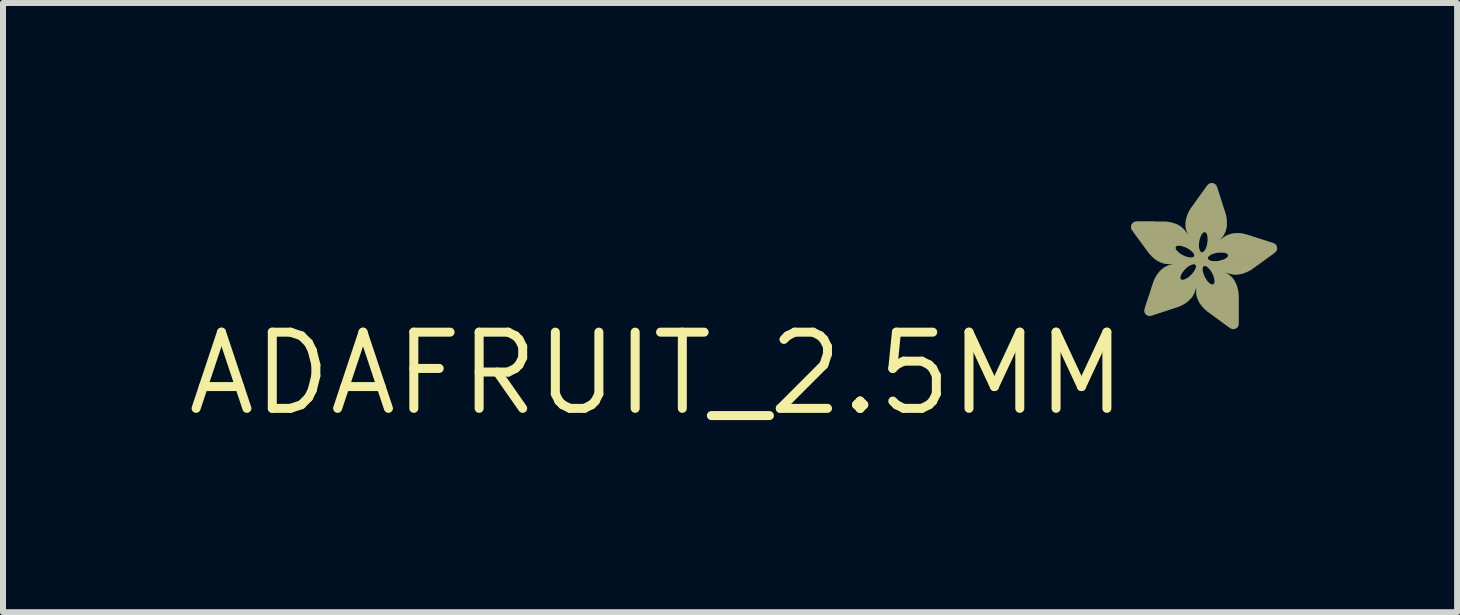
<source format=kicad_pcb>
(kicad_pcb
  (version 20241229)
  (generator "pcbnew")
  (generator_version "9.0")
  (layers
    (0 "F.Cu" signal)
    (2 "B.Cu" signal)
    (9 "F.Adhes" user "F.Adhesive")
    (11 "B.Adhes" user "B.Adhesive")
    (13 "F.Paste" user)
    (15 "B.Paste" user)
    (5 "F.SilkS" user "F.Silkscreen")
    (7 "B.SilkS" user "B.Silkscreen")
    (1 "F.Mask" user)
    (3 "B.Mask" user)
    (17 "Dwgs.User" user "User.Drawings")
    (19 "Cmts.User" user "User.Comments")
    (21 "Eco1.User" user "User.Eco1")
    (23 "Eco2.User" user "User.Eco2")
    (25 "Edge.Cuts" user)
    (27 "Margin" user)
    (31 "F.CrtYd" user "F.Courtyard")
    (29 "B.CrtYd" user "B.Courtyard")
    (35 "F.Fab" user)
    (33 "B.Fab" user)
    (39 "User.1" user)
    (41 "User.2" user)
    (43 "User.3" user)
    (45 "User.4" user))
  (footprint "ADAFRUIT_2.5MM"
    (layer "F.Cu")
    (at 15.799 2.433)
    (property "Reference" "ADAFRUIT_2.5MM" (at 0 0 0) (layer "F.SilkS") (effects (font (size 1.27 1.27) (thickness 0.15)) (justify right top)))
    (attr through_hole)
    (fp_poly (pts (xy -0.002 -1.697) (xy 0.84 -1.697) (xy 0.84 -1.701) (xy -0.002 -1.701)) (stroke (width 0) (type solid)) (fill yes) (layer "F.SilkS"))
    (fp_poly (pts (xy 0.002 -1.72) (xy 0.806 -1.72) (xy 0.806 -1.724) (xy 0.002 -1.724)) (stroke (width 0) (type solid)) (fill yes) (layer "F.SilkS"))
    (fp_poly (pts (xy 0.002 -1.716) (xy 0.813 -1.716) (xy 0.813 -1.72) (xy 0.002 -1.72)) (stroke (width 0) (type solid)) (fill yes) (layer "F.SilkS"))
    (fp_poly (pts (xy 0.002 -1.713) (xy 0.817 -1.713) (xy 0.817 -1.716) (xy 0.002 -1.716)) (stroke (width 0) (type solid)) (fill yes) (layer "F.SilkS"))
    (fp_poly (pts (xy 0.002 -1.709) (xy 0.825 -1.709) (xy 0.825 -1.713) (xy 0.002 -1.713)) (stroke (width 0) (type solid)) (fill yes) (layer "F.SilkS"))
    (fp_poly (pts (xy 0.002 -1.705) (xy 0.829 -1.705) (xy 0.829 -1.709) (xy 0.002 -1.709)) (stroke (width 0) (type solid)) (fill yes) (layer "F.SilkS"))
    (fp_poly (pts (xy 0.002 -1.701) (xy 0.836 -1.701) (xy 0.836 -1.705) (xy 0.002 -1.705)) (stroke (width 0) (type solid)) (fill yes) (layer "F.SilkS"))
    (fp_poly (pts (xy 0.002 -1.694) (xy 0.844 -1.694) (xy 0.844 -1.697) (xy 0.002 -1.697)) (stroke (width 0) (type solid)) (fill yes) (layer "F.SilkS"))
    (fp_poly (pts (xy 0.002 -1.69) (xy 0.848 -1.69) (xy 0.848 -1.694) (xy 0.002 -1.694)) (stroke (width 0) (type solid)) (fill yes) (layer "F.SilkS"))
    (fp_poly (pts (xy 0.002 -1.686) (xy 0.855 -1.686) (xy 0.855 -1.69) (xy 0.002 -1.69)) (stroke (width 0) (type solid)) (fill yes) (layer "F.SilkS"))
    (fp_poly (pts (xy 0.002 -1.682) (xy 0.859 -1.682) (xy 0.859 -1.686) (xy 0.002 -1.686)) (stroke (width 0) (type solid)) (fill yes) (layer "F.SilkS"))
    (fp_poly (pts (xy 0.002 -1.678) (xy 0.863 -1.678) (xy 0.863 -1.682) (xy 0.002 -1.682)) (stroke (width 0) (type solid)) (fill yes) (layer "F.SilkS"))
    (fp_poly (pts (xy 0.006 -1.728) (xy 0.794 -1.728) (xy 0.794 -1.732) (xy 0.006 -1.732)) (stroke (width 0) (type solid)) (fill yes) (layer "F.SilkS"))
    (fp_poly (pts (xy 0.006 -1.724) (xy 0.798 -1.724) (xy 0.798 -1.728) (xy 0.006 -1.728)) (stroke (width 0) (type solid)) (fill yes) (layer "F.SilkS"))
    (fp_poly (pts (xy 0.006 -1.675) (xy 0.867 -1.675) (xy 0.867 -1.678) (xy 0.006 -1.678)) (stroke (width 0) (type solid)) (fill yes) (layer "F.SilkS"))
    (fp_poly (pts (xy 0.006 -1.671) (xy 0.871 -1.671) (xy 0.871 -1.675) (xy 0.006 -1.675)) (stroke (width 0) (type solid)) (fill yes) (layer "F.SilkS"))
    (fp_poly (pts (xy 0.006 -1.667) (xy 0.874 -1.667) (xy 0.874 -1.671) (xy 0.006 -1.671)) (stroke (width 0) (type solid)) (fill yes) (layer "F.SilkS"))
    (fp_poly (pts (xy 0.009 -1.739) (xy 0.771 -1.739) (xy 0.771 -1.743) (xy 0.009 -1.743)) (stroke (width 0) (type solid)) (fill yes) (layer "F.SilkS"))
    (fp_poly (pts (xy 0.009 -1.736) (xy 0.779 -1.736) (xy 0.779 -1.739) (xy 0.009 -1.739)) (stroke (width 0) (type solid)) (fill yes) (layer "F.SilkS"))
    (fp_poly (pts (xy 0.009 -1.732) (xy 0.787 -1.732) (xy 0.787 -1.736) (xy 0.009 -1.736)) (stroke (width 0) (type solid)) (fill yes) (layer "F.SilkS"))
    (fp_poly (pts (xy 0.009 -1.663) (xy 0.878 -1.663) (xy 0.878 -1.667) (xy 0.009 -1.667)) (stroke (width 0) (type solid)) (fill yes) (layer "F.SilkS"))
    (fp_poly (pts (xy 0.009 -1.659) (xy 0.882 -1.659) (xy 0.882 -1.663) (xy 0.009 -1.663)) (stroke (width 0) (type solid)) (fill yes) (layer "F.SilkS"))
    (fp_poly (pts (xy 0.013 -1.743) (xy 0.764 -1.743) (xy 0.764 -1.747) (xy 0.013 -1.747)) (stroke (width 0) (type solid)) (fill yes) (layer "F.SilkS"))
    (fp_poly (pts (xy 0.013 -1.655) (xy 0.886 -1.655) (xy 0.886 -1.659) (xy 0.013 -1.659)) (stroke (width 0) (type solid)) (fill yes) (layer "F.SilkS"))
    (fp_poly (pts (xy 0.013 -1.652) (xy 0.89 -1.652) (xy 0.89 -1.655) (xy 0.013 -1.655)) (stroke (width 0) (type solid)) (fill yes) (layer "F.SilkS"))
    (fp_poly (pts (xy 0.017 -1.751) (xy 0.745 -1.751) (xy 0.745 -1.754) (xy 0.017 -1.754)) (stroke (width 0) (type solid)) (fill yes) (layer "F.SilkS"))
    (fp_poly (pts (xy 0.017 -1.747) (xy 0.752 -1.747) (xy 0.752 -1.751) (xy 0.017 -1.751)) (stroke (width 0) (type solid)) (fill yes) (layer "F.SilkS"))
    (fp_poly (pts (xy 0.017 -1.648) (xy 0.893 -1.648) (xy 0.893 -1.652) (xy 0.017 -1.652)) (stroke (width 0) (type solid)) (fill yes) (layer "F.SilkS"))
    (fp_poly (pts (xy 0.021 -1.754) (xy 0.733 -1.754) (xy 0.733 -1.758) (xy 0.021 -1.758)) (stroke (width 0) (type solid)) (fill yes) (layer "F.SilkS"))
    (fp_poly (pts (xy 0.021 -1.644) (xy 0.897 -1.644) (xy 0.897 -1.648) (xy 0.021 -1.648)) (stroke (width 0) (type solid)) (fill yes) (layer "F.SilkS"))
    (fp_poly (pts (xy 0.021 -1.64) (xy 0.897 -1.64) (xy 0.897 -1.644) (xy 0.021 -1.644)) (stroke (width 0) (type solid)) (fill yes) (layer "F.SilkS"))
    (fp_poly (pts (xy 0.025 -1.762) (xy 0.711 -1.762) (xy 0.711 -1.766) (xy 0.025 -1.766)) (stroke (width 0) (type solid)) (fill yes) (layer "F.SilkS"))
    (fp_poly (pts (xy 0.025 -1.758) (xy 0.722 -1.758) (xy 0.722 -1.762) (xy 0.025 -1.762)) (stroke (width 0) (type solid)) (fill yes) (layer "F.SilkS"))
    (fp_poly (pts (xy 0.025 -1.636) (xy 0.901 -1.636) (xy 0.901 -1.64) (xy 0.025 -1.64)) (stroke (width 0) (type solid)) (fill yes) (layer "F.SilkS"))
    (fp_poly (pts (xy 0.029 -1.766) (xy 0.699 -1.766) (xy 0.699 -1.77) (xy 0.029 -1.77)) (stroke (width 0) (type solid)) (fill yes) (layer "F.SilkS"))
    (fp_poly (pts (xy 0.029 -1.633) (xy 0.905 -1.633) (xy 0.905 -1.636) (xy 0.029 -1.636)) (stroke (width 0) (type solid)) (fill yes) (layer "F.SilkS"))
    (fp_poly (pts (xy 0.029 -1.629) (xy 0.909 -1.629) (xy 0.909 -1.633) (xy 0.029 -1.633)) (stroke (width 0) (type solid)) (fill yes) (layer "F.SilkS"))
    (fp_poly (pts (xy 0.032 -1.625) (xy 0.909 -1.625) (xy 0.909 -1.629) (xy 0.032 -1.629)) (stroke (width 0) (type solid)) (fill yes) (layer "F.SilkS"))
    (fp_poly (pts (xy 0.036 -1.77) (xy 0.684 -1.77) (xy 0.684 -1.774) (xy 0.036 -1.774)) (stroke (width 0) (type solid)) (fill yes) (layer "F.SilkS"))
    (fp_poly (pts (xy 0.036 -1.621) (xy 0.912 -1.621) (xy 0.912 -1.625) (xy 0.036 -1.625)) (stroke (width 0) (type solid)) (fill yes) (layer "F.SilkS"))
    (fp_poly (pts (xy 0.036 -1.617) (xy 0.916 -1.617) (xy 0.916 -1.621) (xy 0.036 -1.621)) (stroke (width 0) (type solid)) (fill yes) (layer "F.SilkS"))
    (fp_poly (pts (xy 0.04 -1.774) (xy 0.669 -1.774) (xy 0.669 -1.777) (xy 0.04 -1.777)) (stroke (width 0) (type solid)) (fill yes) (layer "F.SilkS"))
    (fp_poly (pts (xy 0.04 -1.613) (xy 0.92 -1.613) (xy 0.92 -1.617) (xy 0.04 -1.617)) (stroke (width 0) (type solid)) (fill yes) (layer "F.SilkS"))
    (fp_poly (pts (xy 0.044 -1.61) (xy 0.92 -1.61) (xy 0.92 -1.613) (xy 0.044 -1.613)) (stroke (width 0) (type solid)) (fill yes) (layer "F.SilkS"))
    (fp_poly (pts (xy 0.048 -1.777) (xy 0.653 -1.777) (xy 0.653 -1.781) (xy 0.048 -1.781)) (stroke (width 0) (type solid)) (fill yes) (layer "F.SilkS"))
    (fp_poly (pts (xy 0.048 -1.606) (xy 0.924 -1.606) (xy 0.924 -1.61) (xy 0.048 -1.61)) (stroke (width 0) (type solid)) (fill yes) (layer "F.SilkS"))
    (fp_poly (pts (xy 0.048 -1.602) (xy 0.928 -1.602) (xy 0.928 -1.606) (xy 0.048 -1.606)) (stroke (width 0) (type solid)) (fill yes) (layer "F.SilkS"))
    (fp_poly (pts (xy 0.051 -1.598) (xy 0.928 -1.598) (xy 0.928 -1.602) (xy 0.051 -1.602)) (stroke (width 0) (type solid)) (fill yes) (layer "F.SilkS"))
    (fp_poly (pts (xy 0.055 -1.781) (xy 0.631 -1.781) (xy 0.631 -1.785) (xy 0.055 -1.785)) (stroke (width 0) (type solid)) (fill yes) (layer "F.SilkS"))
    (fp_poly (pts (xy 0.055 -1.595) (xy 0.931 -1.595) (xy 0.931 -1.598) (xy 0.055 -1.598)) (stroke (width 0) (type solid)) (fill yes) (layer "F.SilkS"))
    (fp_poly (pts (xy 0.059 -1.591) (xy 0.935 -1.591) (xy 0.935 -1.595) (xy 0.059 -1.595)) (stroke (width 0) (type solid)) (fill yes) (layer "F.SilkS"))
    (fp_poly (pts (xy 0.059 -1.587) (xy 0.935 -1.587) (xy 0.935 -1.591) (xy 0.059 -1.591)) (stroke (width 0) (type solid)) (fill yes) (layer "F.SilkS"))
    (fp_poly (pts (xy 0.063 -1.583) (xy 0.939 -1.583) (xy 0.939 -1.587) (xy 0.063 -1.587)) (stroke (width 0) (type solid)) (fill yes) (layer "F.SilkS"))
    (fp_poly (pts (xy 0.067 -1.785) (xy 0.604 -1.785) (xy 0.604 -1.789) (xy 0.067 -1.789)) (stroke (width 0) (type solid)) (fill yes) (layer "F.SilkS"))
    (fp_poly (pts (xy 0.067 -1.579) (xy 0.943 -1.579) (xy 0.943 -1.583) (xy 0.067 -1.583)) (stroke (width 0) (type solid)) (fill yes) (layer "F.SilkS"))
    (fp_poly (pts (xy 0.067 -1.575) (xy 0.943 -1.575) (xy 0.943 -1.579) (xy 0.067 -1.579)) (stroke (width 0) (type solid)) (fill yes) (layer "F.SilkS"))
    (fp_poly (pts (xy 0.07 -1.572) (xy 0.947 -1.572) (xy 0.947 -1.575) (xy 0.07 -1.575)) (stroke (width 0) (type solid)) (fill yes) (layer "F.SilkS"))
    (fp_poly (pts (xy 0.074 -1.568) (xy 1.175 -1.568) (xy 1.175 -1.572) (xy 0.074 -1.572)) (stroke (width 0) (type solid)) (fill yes) (layer "F.SilkS"))
    (fp_poly (pts (xy 0.078 -1.564) (xy 1.172 -1.564) (xy 1.172 -1.568) (xy 0.078 -1.568)) (stroke (width 0) (type solid)) (fill yes) (layer "F.SilkS"))
    (fp_poly (pts (xy 0.078 -1.56) (xy 1.172 -1.56) (xy 1.172 -1.564) (xy 0.078 -1.564)) (stroke (width 0) (type solid)) (fill yes) (layer "F.SilkS"))
    (fp_poly (pts (xy 0.082 -1.556) (xy 1.168 -1.556) (xy 1.168 -1.56) (xy 0.082 -1.56)) (stroke (width 0) (type solid)) (fill yes) (layer "F.SilkS"))
    (fp_poly (pts (xy 0.086 -1.553) (xy 1.168 -1.553) (xy 1.168 -1.556) (xy 0.086 -1.556)) (stroke (width 0) (type solid)) (fill yes) (layer "F.SilkS"))
    (fp_poly (pts (xy 0.089 -1.549) (xy 1.164 -1.549) (xy 1.164 -1.553) (xy 0.089 -1.553)) (stroke (width 0) (type solid)) (fill yes) (layer "F.SilkS"))
    (fp_poly (pts (xy 0.089 -1.545) (xy 1.164 -1.545) (xy 1.164 -1.549) (xy 0.089 -1.549)) (stroke (width 0) (type solid)) (fill yes) (layer "F.SilkS"))
    (fp_poly (pts (xy 0.093 -1.541) (xy 1.16 -1.541) (xy 1.16 -1.545) (xy 0.093 -1.545)) (stroke (width 0) (type solid)) (fill yes) (layer "F.SilkS"))
    (fp_poly (pts (xy 0.097 -1.789) (xy 0.398 -1.789) (xy 0.398 -1.793) (xy 0.097 -1.793)) (stroke (width 0) (type solid)) (fill yes) (layer "F.SilkS"))
    (fp_poly (pts (xy 0.097 -1.537) (xy 1.16 -1.537) (xy 1.16 -1.541) (xy 0.097 -1.541)) (stroke (width 0) (type solid)) (fill yes) (layer "F.SilkS"))
    (fp_poly (pts (xy 0.101 -1.534) (xy 1.16 -1.534) (xy 1.16 -1.537) (xy 0.101 -1.537)) (stroke (width 0) (type solid)) (fill yes) (layer "F.SilkS"))
    (fp_poly (pts (xy 0.101 -1.53) (xy 1.156 -1.53) (xy 1.156 -1.534) (xy 0.101 -1.534)) (stroke (width 0) (type solid)) (fill yes) (layer "F.SilkS"))
    (fp_poly (pts (xy 0.105 -1.526) (xy 1.156 -1.526) (xy 1.156 -1.53) (xy 0.105 -1.53)) (stroke (width 0) (type solid)) (fill yes) (layer "F.SilkS"))
    (fp_poly (pts (xy 0.109 -1.522) (xy 1.153 -1.522) (xy 1.153 -1.526) (xy 0.109 -1.526)) (stroke (width 0) (type solid)) (fill yes) (layer "F.SilkS"))
    (fp_poly (pts (xy 0.109 -1.518) (xy 1.153 -1.518) (xy 1.153 -1.522) (xy 0.109 -1.522)) (stroke (width 0) (type solid)) (fill yes) (layer "F.SilkS"))
    (fp_poly (pts (xy 0.112 -1.514) (xy 1.153 -1.514) (xy 1.153 -1.518) (xy 0.112 -1.518)) (stroke (width 0) (type solid)) (fill yes) (layer "F.SilkS"))
    (fp_poly (pts (xy 0.116 -1.511) (xy 1.149 -1.511) (xy 1.149 -1.514) (xy 0.116 -1.514)) (stroke (width 0) (type solid)) (fill yes) (layer "F.SilkS"))
    (fp_poly (pts (xy 0.12 -1.507) (xy 1.149 -1.507) (xy 1.149 -1.511) (xy 0.12 -1.511)) (stroke (width 0) (type solid)) (fill yes) (layer "F.SilkS"))
    (fp_poly (pts (xy 0.12 -1.503) (xy 1.149 -1.503) (xy 1.149 -1.507) (xy 0.12 -1.507)) (stroke (width 0) (type solid)) (fill yes) (layer "F.SilkS"))
    (fp_poly (pts (xy 0.124 -1.499) (xy 1.149 -1.499) (xy 1.149 -1.503) (xy 0.124 -1.503)) (stroke (width 0) (type solid)) (fill yes) (layer "F.SilkS"))
    (fp_poly (pts (xy 0.128 -1.495) (xy 1.145 -1.495) (xy 1.145 -1.499) (xy 0.128 -1.499)) (stroke (width 0) (type solid)) (fill yes) (layer "F.SilkS"))
    (fp_poly (pts (xy 0.131 -1.492) (xy 1.145 -1.492) (xy 1.145 -1.495) (xy 0.131 -1.495)) (stroke (width 0) (type solid)) (fill yes) (layer "F.SilkS"))
    (fp_poly (pts (xy 0.131 -1.488) (xy 1.145 -1.488) (xy 1.145 -1.492) (xy 0.131 -1.492)) (stroke (width 0) (type solid)) (fill yes) (layer "F.SilkS"))
    (fp_poly (pts (xy 0.135 -1.484) (xy 1.145 -1.484) (xy 1.145 -1.488) (xy 0.135 -1.488)) (stroke (width 0) (type solid)) (fill yes) (layer "F.SilkS"))
    (fp_poly (pts (xy 0.139 -1.48) (xy 1.141 -1.48) (xy 1.141 -1.484) (xy 0.139 -1.484)) (stroke (width 0) (type solid)) (fill yes) (layer "F.SilkS"))
    (fp_poly (pts (xy 0.143 -1.476) (xy 1.141 -1.476) (xy 1.141 -1.48) (xy 0.143 -1.48)) (stroke (width 0) (type solid)) (fill yes) (layer "F.SilkS"))
    (fp_poly (pts (xy 0.143 -1.473) (xy 1.141 -1.473) (xy 1.141 -1.476) (xy 0.143 -1.476)) (stroke (width 0) (type solid)) (fill yes) (layer "F.SilkS"))
    (fp_poly (pts (xy 0.147 -1.469) (xy 1.141 -1.469) (xy 1.141 -1.473) (xy 0.147 -1.473)) (stroke (width 0) (type solid)) (fill yes) (layer "F.SilkS"))
    (fp_poly (pts (xy 0.15 -1.465) (xy 1.141 -1.465) (xy 1.141 -1.469) (xy 0.15 -1.469)) (stroke (width 0) (type solid)) (fill yes) (layer "F.SilkS"))
    (fp_poly (pts (xy 0.15 -1.461) (xy 1.137 -1.461) (xy 1.137 -1.465) (xy 0.15 -1.465)) (stroke (width 0) (type solid)) (fill yes) (layer "F.SilkS"))
    (fp_poly (pts (xy 0.154 -1.457) (xy 1.137 -1.457) (xy 1.137 -1.461) (xy 0.154 -1.461)) (stroke (width 0) (type solid)) (fill yes) (layer "F.SilkS"))
    (fp_poly (pts (xy 0.158 -1.454) (xy 1.137 -1.454) (xy 1.137 -1.457) (xy 0.158 -1.457)) (stroke (width 0) (type solid)) (fill yes) (layer "F.SilkS"))
    (fp_poly (pts (xy 0.162 -1.45) (xy 1.137 -1.45) (xy 1.137 -1.454) (xy 0.162 -1.454)) (stroke (width 0) (type solid)) (fill yes) (layer "F.SilkS"))
    (fp_poly (pts (xy 0.162 -1.446) (xy 1.137 -1.446) (xy 1.137 -1.45) (xy 0.162 -1.45)) (stroke (width 0) (type solid)) (fill yes) (layer "F.SilkS"))
    (fp_poly (pts (xy 0.166 -1.442) (xy 1.137 -1.442) (xy 1.137 -1.446) (xy 0.166 -1.446)) (stroke (width 0) (type solid)) (fill yes) (layer "F.SilkS"))
    (fp_poly (pts (xy 0.17 -1.438) (xy 1.137 -1.438) (xy 1.137 -1.442) (xy 0.17 -1.442)) (stroke (width 0) (type solid)) (fill yes) (layer "F.SilkS"))
    (fp_poly (pts (xy 0.173 -1.435) (xy 1.133 -1.435) (xy 1.133 -1.438) (xy 0.173 -1.438)) (stroke (width 0) (type solid)) (fill yes) (layer "F.SilkS"))
    (fp_poly (pts (xy 0.173 -1.431) (xy 1.133 -1.431) (xy 1.133 -1.435) (xy 0.173 -1.435)) (stroke (width 0) (type solid)) (fill yes) (layer "F.SilkS"))
    (fp_poly (pts (xy 0.177 -1.427) (xy 1.133 -1.427) (xy 1.133 -1.431) (xy 0.177 -1.431)) (stroke (width 0) (type solid)) (fill yes) (layer "F.SilkS"))
    (fp_poly (pts (xy 0.181 -1.423) (xy 1.133 -1.423) (xy 1.133 -1.427) (xy 0.181 -1.427)) (stroke (width 0) (type solid)) (fill yes) (layer "F.SilkS"))
    (fp_poly (pts (xy 0.185 -1.419) (xy 1.133 -1.419) (xy 1.133 -1.423) (xy 0.185 -1.423)) (stroke (width 0) (type solid)) (fill yes) (layer "F.SilkS"))
    (fp_poly (pts (xy 0.185 -1.415) (xy 1.133 -1.415) (xy 1.133 -1.419) (xy 0.185 -1.419)) (stroke (width 0) (type solid)) (fill yes) (layer "F.SilkS"))
    (fp_poly (pts (xy 0.189 -1.412) (xy 1.133 -1.412) (xy 1.133 -1.415) (xy 0.189 -1.415)) (stroke (width 0) (type solid)) (fill yes) (layer "F.SilkS"))
    (fp_poly (pts (xy 0.192 -1.408) (xy 1.133 -1.408) (xy 1.133 -1.412) (xy 0.192 -1.412)) (stroke (width 0) (type solid)) (fill yes) (layer "F.SilkS"))
    (fp_poly (pts (xy 0.196 -1.404) (xy 1.133 -1.404) (xy 1.133 -1.408) (xy 0.196 -1.408)) (stroke (width 0) (type solid)) (fill yes) (layer "F.SilkS"))
    (fp_poly (pts (xy 0.196 -1.4) (xy 1.133 -1.4) (xy 1.133 -1.404) (xy 0.196 -1.404)) (stroke (width 0) (type solid)) (fill yes) (layer "F.SilkS"))
    (fp_poly (pts (xy 0.2 -1.396) (xy 1.133 -1.396) (xy 1.133 -1.4) (xy 0.2 -1.4)) (stroke (width 0) (type solid)) (fill yes) (layer "F.SilkS"))
    (fp_poly (pts (xy 0.204 -1.393) (xy 1.133 -1.393) (xy 1.133 -1.396) (xy 0.204 -1.396)) (stroke (width 0) (type solid)) (fill yes) (layer "F.SilkS"))
    (fp_poly (pts (xy 0.204 -1.389) (xy 1.133 -1.389) (xy 1.133 -1.393) (xy 0.204 -1.393)) (stroke (width 0) (type solid)) (fill yes) (layer "F.SilkS"))
    (fp_poly (pts (xy 0.208 -1.385) (xy 0.779 -1.385) (xy 0.779 -1.389) (xy 0.208 -1.389)) (stroke (width 0) (type solid)) (fill yes) (layer "F.SilkS"))
    (fp_poly (pts (xy 0.211 -1.381) (xy 0.764 -1.381) (xy 0.764 -1.385) (xy 0.211 -1.385)) (stroke (width 0) (type solid)) (fill yes) (layer "F.SilkS"))
    (fp_poly (pts (xy 0.215 -1.377) (xy 0.756 -1.377) (xy 0.756 -1.381) (xy 0.215 -1.381)) (stroke (width 0) (type solid)) (fill yes) (layer "F.SilkS"))
    (fp_poly (pts (xy 0.215 -1.373) (xy 0.752 -1.373) (xy 0.752 -1.377) (xy 0.215 -1.377)) (stroke (width 0) (type solid)) (fill yes) (layer "F.SilkS"))
    (fp_poly (pts (xy 0.219 -1.37) (xy 0.749 -1.37) (xy 0.749 -1.373) (xy 0.219 -1.373)) (stroke (width 0) (type solid)) (fill yes) (layer "F.SilkS"))
    (fp_poly (pts (xy 0.223 -1.366) (xy 0.749 -1.366) (xy 0.749 -1.37) (xy 0.223 -1.37)) (stroke (width 0) (type solid)) (fill yes) (layer "F.SilkS"))
    (fp_poly (pts (xy 0.223 -0.318) (xy 0.638 -0.318) (xy 0.638 -0.322) (xy 0.223 -0.322)) (stroke (width 0) (type solid)) (fill yes) (layer "F.SilkS"))
    (fp_poly (pts (xy 0.223 -0.314) (xy 0.627 -0.314) (xy 0.627 -0.318) (xy 0.223 -0.318)) (stroke (width 0) (type solid)) (fill yes) (layer "F.SilkS"))
    (fp_poly (pts (xy 0.223 -0.31) (xy 0.615 -0.31) (xy 0.615 -0.314) (xy 0.223 -0.314)) (stroke (width 0) (type solid)) (fill yes) (layer "F.SilkS"))
    (fp_poly (pts (xy 0.223 -0.307) (xy 0.604 -0.307) (xy 0.604 -0.31) (xy 0.223 -0.31)) (stroke (width 0) (type solid)) (fill yes) (layer "F.SilkS"))
    (fp_poly (pts (xy 0.223 -0.303) (xy 0.593 -0.303) (xy 0.593 -0.307) (xy 0.223 -0.307)) (stroke (width 0) (type solid)) (fill yes) (layer "F.SilkS"))
    (fp_poly (pts (xy 0.223 -0.299) (xy 0.581 -0.299) (xy 0.581 -0.303) (xy 0.223 -0.303)) (stroke (width 0) (type solid)) (fill yes) (layer "F.SilkS"))
    (fp_poly (pts (xy 0.223 -0.295) (xy 0.57 -0.295) (xy 0.57 -0.299) (xy 0.223 -0.299)) (stroke (width 0) (type solid)) (fill yes) (layer "F.SilkS"))
    (fp_poly (pts (xy 0.223 -0.291) (xy 0.558 -0.291) (xy 0.558 -0.295) (xy 0.223 -0.295)) (stroke (width 0) (type solid)) (fill yes) (layer "F.SilkS"))
    (fp_poly (pts (xy 0.223 -0.288) (xy 0.547 -0.288) (xy 0.547 -0.291) (xy 0.223 -0.291)) (stroke (width 0) (type solid)) (fill yes) (layer "F.SilkS"))
    (fp_poly (pts (xy 0.227 -1.362) (xy 0.745 -1.362) (xy 0.745 -1.366) (xy 0.227 -1.366)) (stroke (width 0) (type solid)) (fill yes) (layer "F.SilkS"))
    (fp_poly (pts (xy 0.227 -1.358) (xy 0.745 -1.358) (xy 0.745 -1.362) (xy 0.227 -1.362)) (stroke (width 0) (type solid)) (fill yes) (layer "F.SilkS"))
    (fp_poly (pts (xy 0.227 -0.337) (xy 0.699 -0.337) (xy 0.699 -0.341) (xy 0.227 -0.341)) (stroke (width 0) (type solid)) (fill yes) (layer "F.SilkS"))
    (fp_poly (pts (xy 0.227 -0.333) (xy 0.688 -0.333) (xy 0.688 -0.337) (xy 0.227 -0.337)) (stroke (width 0) (type solid)) (fill yes) (layer "F.SilkS"))
    (fp_poly (pts (xy 0.227 -0.33) (xy 0.672 -0.33) (xy 0.672 -0.333) (xy 0.227 -0.333)) (stroke (width 0) (type solid)) (fill yes) (layer "F.SilkS"))
    (fp_poly (pts (xy 0.227 -0.326) (xy 0.661 -0.326) (xy 0.661 -0.33) (xy 0.227 -0.33)) (stroke (width 0) (type solid)) (fill yes) (layer "F.SilkS"))
    (fp_poly (pts (xy 0.227 -0.322) (xy 0.65 -0.322) (xy 0.65 -0.326) (xy 0.227 -0.326)) (stroke (width 0) (type solid)) (fill yes) (layer "F.SilkS"))
    (fp_poly (pts (xy 0.227 -0.284) (xy 0.535 -0.284) (xy 0.535 -0.288) (xy 0.227 -0.288)) (stroke (width 0) (type solid)) (fill yes) (layer "F.SilkS"))
    (fp_poly (pts (xy 0.227 -0.28) (xy 0.524 -0.28) (xy 0.524 -0.284) (xy 0.227 -0.284)) (stroke (width 0) (type solid)) (fill yes) (layer "F.SilkS"))
    (fp_poly (pts (xy 0.227 -0.276) (xy 0.512 -0.276) (xy 0.512 -0.28) (xy 0.227 -0.28)) (stroke (width 0) (type solid)) (fill yes) (layer "F.SilkS"))
    (fp_poly (pts (xy 0.227 -0.272) (xy 0.501 -0.272) (xy 0.501 -0.276) (xy 0.227 -0.276)) (stroke (width 0) (type solid)) (fill yes) (layer "F.SilkS"))
    (fp_poly (pts (xy 0.231 -1.355) (xy 0.745 -1.355) (xy 0.745 -1.358) (xy 0.231 -1.358)) (stroke (width 0) (type solid)) (fill yes) (layer "F.SilkS"))
    (fp_poly (pts (xy 0.231 -0.349) (xy 0.733 -0.349) (xy 0.733 -0.352) (xy 0.231 -0.352)) (stroke (width 0) (type solid)) (fill yes) (layer "F.SilkS"))
    (fp_poly (pts (xy 0.231 -0.345) (xy 0.722 -0.345) (xy 0.722 -0.349) (xy 0.231 -0.349)) (stroke (width 0) (type solid)) (fill yes) (layer "F.SilkS"))
    (fp_poly (pts (xy 0.231 -0.341) (xy 0.711 -0.341) (xy 0.711 -0.345) (xy 0.231 -0.345)) (stroke (width 0) (type solid)) (fill yes) (layer "F.SilkS"))
    (fp_poly (pts (xy 0.231 -0.269) (xy 0.49 -0.269) (xy 0.49 -0.272) (xy 0.231 -0.272)) (stroke (width 0) (type solid)) (fill yes) (layer "F.SilkS"))
    (fp_poly (pts (xy 0.231 -0.265) (xy 0.478 -0.265) (xy 0.478 -0.269) (xy 0.231 -0.269)) (stroke (width 0) (type solid)) (fill yes) (layer "F.SilkS"))
    (fp_poly (pts (xy 0.234 -1.351) (xy 0.745 -1.351) (xy 0.745 -1.355) (xy 0.234 -1.355)) (stroke (width 0) (type solid)) (fill yes) (layer "F.SilkS"))
    (fp_poly (pts (xy 0.234 -0.36) (xy 0.768 -0.36) (xy 0.768 -0.364) (xy 0.234 -0.364)) (stroke (width 0) (type solid)) (fill yes) (layer "F.SilkS"))
    (fp_poly (pts (xy 0.234 -0.356) (xy 0.756 -0.356) (xy 0.756 -0.36) (xy 0.234 -0.36)) (stroke (width 0) (type solid)) (fill yes) (layer "F.SilkS"))
    (fp_poly (pts (xy 0.234 -0.352) (xy 0.745 -0.352) (xy 0.745 -0.356) (xy 0.234 -0.356)) (stroke (width 0) (type solid)) (fill yes) (layer "F.SilkS"))
    (fp_poly (pts (xy 0.234 -0.261) (xy 0.467 -0.261) (xy 0.467 -0.265) (xy 0.234 -0.265)) (stroke (width 0) (type solid)) (fill yes) (layer "F.SilkS"))
    (fp_poly (pts (xy 0.238 -1.347) (xy 0.745 -1.347) (xy 0.745 -1.351) (xy 0.238 -1.351)) (stroke (width 0) (type solid)) (fill yes) (layer "F.SilkS"))
    (fp_poly (pts (xy 0.238 -1.343) (xy 0.745 -1.343) (xy 0.745 -1.347) (xy 0.238 -1.347)) (stroke (width 0) (type solid)) (fill yes) (layer "F.SilkS"))
    (fp_poly (pts (xy 0.238 -0.375) (xy 0.81 -0.375) (xy 0.81 -0.379) (xy 0.238 -0.379)) (stroke (width 0) (type solid)) (fill yes) (layer "F.SilkS"))
    (fp_poly (pts (xy 0.238 -0.371) (xy 0.798 -0.371) (xy 0.798 -0.375) (xy 0.238 -0.375)) (stroke (width 0) (type solid)) (fill yes) (layer "F.SilkS"))
    (fp_poly (pts (xy 0.238 -0.368) (xy 0.791 -0.368) (xy 0.791 -0.371) (xy 0.238 -0.371)) (stroke (width 0) (type solid)) (fill yes) (layer "F.SilkS"))
    (fp_poly (pts (xy 0.238 -0.364) (xy 0.779 -0.364) (xy 0.779 -0.368) (xy 0.238 -0.368)) (stroke (width 0) (type solid)) (fill yes) (layer "F.SilkS"))
    (fp_poly (pts (xy 0.238 -0.257) (xy 0.455 -0.257) (xy 0.455 -0.261) (xy 0.238 -0.261)) (stroke (width 0) (type solid)) (fill yes) (layer "F.SilkS"))
    (fp_poly (pts (xy 0.238 -0.253) (xy 0.444 -0.253) (xy 0.444 -0.257) (xy 0.238 -0.257)) (stroke (width 0) (type solid)) (fill yes) (layer "F.SilkS"))
    (fp_poly (pts (xy 0.242 -1.339) (xy 0.745 -1.339) (xy 0.745 -1.343) (xy 0.242 -1.343)) (stroke (width 0) (type solid)) (fill yes) (layer "F.SilkS"))
    (fp_poly (pts (xy 0.242 -0.387) (xy 0.836 -0.387) (xy 0.836 -0.391) (xy 0.242 -0.391)) (stroke (width 0) (type solid)) (fill yes) (layer "F.SilkS"))
    (fp_poly (pts (xy 0.242 -0.383) (xy 0.825 -0.383) (xy 0.825 -0.387) (xy 0.242 -0.387)) (stroke (width 0) (type solid)) (fill yes) (layer "F.SilkS"))
    (fp_poly (pts (xy 0.242 -0.379) (xy 0.817 -0.379) (xy 0.817 -0.383) (xy 0.242 -0.383)) (stroke (width 0) (type solid)) (fill yes) (layer "F.SilkS"))
    (fp_poly (pts (xy 0.242 -0.25) (xy 0.432 -0.25) (xy 0.432 -0.253) (xy 0.242 -0.253)) (stroke (width 0) (type solid)) (fill yes) (layer "F.SilkS"))
    (fp_poly (pts (xy 0.246 -1.335) (xy 0.745 -1.335) (xy 0.745 -1.339) (xy 0.246 -1.339)) (stroke (width 0) (type solid)) (fill yes) (layer "F.SilkS"))
    (fp_poly (pts (xy 0.246 -1.332) (xy 0.749 -1.332) (xy 0.749 -1.335) (xy 0.246 -1.335)) (stroke (width 0) (type solid)) (fill yes) (layer "F.SilkS"))
    (fp_poly (pts (xy 0.246 -0.398) (xy 0.859 -0.398) (xy 0.859 -0.402) (xy 0.246 -0.402)) (stroke (width 0) (type solid)) (fill yes) (layer "F.SilkS"))
    (fp_poly (pts (xy 0.246 -0.394) (xy 0.852 -0.394) (xy 0.852 -0.398) (xy 0.246 -0.398)) (stroke (width 0) (type solid)) (fill yes) (layer "F.SilkS"))
    (fp_poly (pts (xy 0.246 -0.391) (xy 0.844 -0.391) (xy 0.844 -0.394) (xy 0.246 -0.394)) (stroke (width 0) (type solid)) (fill yes) (layer "F.SilkS"))
    (fp_poly (pts (xy 0.246 -0.246) (xy 0.421 -0.246) (xy 0.421 -0.25) (xy 0.246 -0.25)) (stroke (width 0) (type solid)) (fill yes) (layer "F.SilkS"))
    (fp_poly (pts (xy 0.25 -1.328) (xy 0.749 -1.328) (xy 0.749 -1.332) (xy 0.25 -1.332)) (stroke (width 0) (type solid)) (fill yes) (layer "F.SilkS"))
    (fp_poly (pts (xy 0.25 -0.41) (xy 0.878 -0.41) (xy 0.878 -0.413) (xy 0.25 -0.413)) (stroke (width 0) (type solid)) (fill yes) (layer "F.SilkS"))
    (fp_poly (pts (xy 0.25 -0.406) (xy 0.871 -0.406) (xy 0.871 -0.41) (xy 0.25 -0.41)) (stroke (width 0) (type solid)) (fill yes) (layer "F.SilkS"))
    (fp_poly (pts (xy 0.25 -0.402) (xy 0.863 -0.402) (xy 0.863 -0.406) (xy 0.25 -0.406)) (stroke (width 0) (type solid)) (fill yes) (layer "F.SilkS"))
    (fp_poly (pts (xy 0.25 -0.242) (xy 0.41 -0.242) (xy 0.41 -0.246) (xy 0.25 -0.246)) (stroke (width 0) (type solid)) (fill yes) (layer "F.SilkS"))
    (fp_poly (pts (xy 0.253 -1.324) (xy 0.752 -1.324) (xy 0.752 -1.328) (xy 0.253 -1.328)) (stroke (width 0) (type solid)) (fill yes) (layer "F.SilkS"))
    (fp_poly (pts (xy 0.253 -0.421) (xy 0.897 -0.421) (xy 0.897 -0.425) (xy 0.253 -0.425)) (stroke (width 0) (type solid)) (fill yes) (layer "F.SilkS"))
    (fp_poly (pts (xy 0.253 -0.417) (xy 0.89 -0.417) (xy 0.89 -0.421) (xy 0.253 -0.421)) (stroke (width 0) (type solid)) (fill yes) (layer "F.SilkS"))
    (fp_poly (pts (xy 0.253 -0.413) (xy 0.886 -0.413) (xy 0.886 -0.417) (xy 0.253 -0.417)) (stroke (width 0) (type solid)) (fill yes) (layer "F.SilkS"))
    (fp_poly (pts (xy 0.253 -0.238) (xy 0.398 -0.238) (xy 0.398 -0.242) (xy 0.253 -0.242)) (stroke (width 0) (type solid)) (fill yes) (layer "F.SilkS"))
    (fp_poly (pts (xy 0.257 -1.32) (xy 0.752 -1.32) (xy 0.752 -1.324) (xy 0.257 -1.324)) (stroke (width 0) (type solid)) (fill yes) (layer "F.SilkS"))
    (fp_poly (pts (xy 0.257 -1.316) (xy 0.756 -1.316) (xy 0.756 -1.32) (xy 0.257 -1.32)) (stroke (width 0) (type solid)) (fill yes) (layer "F.SilkS"))
    (fp_poly (pts (xy 0.257 -0.432) (xy 0.916 -0.432) (xy 0.916 -0.436) (xy 0.257 -0.436)) (stroke (width 0) (type solid)) (fill yes) (layer "F.SilkS"))
    (fp_poly (pts (xy 0.257 -0.429) (xy 0.909 -0.429) (xy 0.909 -0.432) (xy 0.257 -0.432)) (stroke (width 0) (type solid)) (fill yes) (layer "F.SilkS"))
    (fp_poly (pts (xy 0.257 -0.425) (xy 0.905 -0.425) (xy 0.905 -0.429) (xy 0.257 -0.429)) (stroke (width 0) (type solid)) (fill yes) (layer "F.SilkS"))
    (fp_poly (pts (xy 0.257 -0.234) (xy 0.387 -0.234) (xy 0.387 -0.238) (xy 0.257 -0.238)) (stroke (width 0) (type solid)) (fill yes) (layer "F.SilkS"))
    (fp_poly (pts (xy 0.261 -1.312) (xy 0.76 -1.312) (xy 0.76 -1.316) (xy 0.261 -1.316)) (stroke (width 0) (type solid)) (fill yes) (layer "F.SilkS"))
    (fp_poly (pts (xy 0.261 -0.444) (xy 0.931 -0.444) (xy 0.931 -0.448) (xy 0.261 -0.448)) (stroke (width 0) (type solid)) (fill yes) (layer "F.SilkS"))
    (fp_poly (pts (xy 0.261 -0.44) (xy 0.924 -0.44) (xy 0.924 -0.444) (xy 0.261 -0.444)) (stroke (width 0) (type solid)) (fill yes) (layer "F.SilkS"))
    (fp_poly (pts (xy 0.261 -0.436) (xy 0.92 -0.436) (xy 0.92 -0.44) (xy 0.261 -0.44)) (stroke (width 0) (type solid)) (fill yes) (layer "F.SilkS"))
    (fp_poly (pts (xy 0.265 -1.309) (xy 0.76 -1.309) (xy 0.76 -1.312) (xy 0.265 -1.312)) (stroke (width 0) (type solid)) (fill yes) (layer "F.SilkS"))
    (fp_poly (pts (xy 0.265 -0.455) (xy 0.947 -0.455) (xy 0.947 -0.459) (xy 0.265 -0.459)) (stroke (width 0) (type solid)) (fill yes) (layer "F.SilkS"))
    (fp_poly (pts (xy 0.265 -0.452) (xy 0.939 -0.452) (xy 0.939 -0.455) (xy 0.265 -0.455)) (stroke (width 0) (type solid)) (fill yes) (layer "F.SilkS"))
    (fp_poly (pts (xy 0.265 -0.448) (xy 0.935 -0.448) (xy 0.935 -0.452) (xy 0.265 -0.452)) (stroke (width 0) (type solid)) (fill yes) (layer "F.SilkS"))
    (fp_poly (pts (xy 0.265 -0.231) (xy 0.375 -0.231) (xy 0.375 -0.234) (xy 0.265 -0.234)) (stroke (width 0) (type solid)) (fill yes) (layer "F.SilkS"))
    (fp_poly (pts (xy 0.269 -1.305) (xy 0.764 -1.305) (xy 0.764 -1.309) (xy 0.269 -1.309)) (stroke (width 0) (type solid)) (fill yes) (layer "F.SilkS"))
    (fp_poly (pts (xy 0.269 -1.301) (xy 0.768 -1.301) (xy 0.768 -1.305) (xy 0.269 -1.305)) (stroke (width 0) (type solid)) (fill yes) (layer "F.SilkS"))
    (fp_poly (pts (xy 0.269 -0.467) (xy 0.958 -0.467) (xy 0.958 -0.47) (xy 0.269 -0.47)) (stroke (width 0) (type solid)) (fill yes) (layer "F.SilkS"))
    (fp_poly (pts (xy 0.269 -0.463) (xy 0.954 -0.463) (xy 0.954 -0.467) (xy 0.269 -0.467)) (stroke (width 0) (type solid)) (fill yes) (layer "F.SilkS"))
    (fp_poly (pts (xy 0.269 -0.459) (xy 0.951 -0.459) (xy 0.951 -0.463) (xy 0.269 -0.463)) (stroke (width 0) (type solid)) (fill yes) (layer "F.SilkS"))
    (fp_poly (pts (xy 0.269 -0.227) (xy 0.364 -0.227) (xy 0.364 -0.231) (xy 0.269 -0.231)) (stroke (width 0) (type solid)) (fill yes) (layer "F.SilkS"))
    (fp_poly (pts (xy 0.272 -1.297) (xy 0.771 -1.297) (xy 0.771 -1.301) (xy 0.272 -1.301)) (stroke (width 0) (type solid)) (fill yes) (layer "F.SilkS"))
    (fp_poly (pts (xy 0.272 -0.478) (xy 0.97 -0.478) (xy 0.97 -0.482) (xy 0.272 -0.482)) (stroke (width 0) (type solid)) (fill yes) (layer "F.SilkS"))
    (fp_poly (pts (xy 0.272 -0.474) (xy 0.966 -0.474) (xy 0.966 -0.478) (xy 0.272 -0.478)) (stroke (width 0) (type solid)) (fill yes) (layer "F.SilkS"))
    (fp_poly (pts (xy 0.272 -0.47) (xy 0.962 -0.47) (xy 0.962 -0.474) (xy 0.272 -0.474)) (stroke (width 0) (type solid)) (fill yes) (layer "F.SilkS"))
    (fp_poly (pts (xy 0.276 -1.294) (xy 0.775 -1.294) (xy 0.775 -1.297) (xy 0.276 -1.297)) (stroke (width 0) (type solid)) (fill yes) (layer "F.SilkS"))
    (fp_poly (pts (xy 0.276 -0.49) (xy 0.981 -0.49) (xy 0.981 -0.493) (xy 0.276 -0.493)) (stroke (width 0) (type solid)) (fill yes) (layer "F.SilkS"))
    (fp_poly (pts (xy 0.276 -0.486) (xy 0.977 -0.486) (xy 0.977 -0.49) (xy 0.276 -0.49)) (stroke (width 0) (type solid)) (fill yes) (layer "F.SilkS"))
    (fp_poly (pts (xy 0.276 -0.482) (xy 0.974 -0.482) (xy 0.974 -0.486) (xy 0.276 -0.486)) (stroke (width 0) (type solid)) (fill yes) (layer "F.SilkS"))
    (fp_poly (pts (xy 0.276 -0.223) (xy 0.349 -0.223) (xy 0.349 -0.227) (xy 0.276 -0.227)) (stroke (width 0) (type solid)) (fill yes) (layer "F.SilkS"))
    (fp_poly (pts (xy 0.28 -1.29) (xy 0.779 -1.29) (xy 0.779 -1.294) (xy 0.28 -1.294)) (stroke (width 0) (type solid)) (fill yes) (layer "F.SilkS"))
    (fp_poly (pts (xy 0.28 -1.286) (xy 0.783 -1.286) (xy 0.783 -1.29) (xy 0.28 -1.29)) (stroke (width 0) (type solid)) (fill yes) (layer "F.SilkS"))
    (fp_poly (pts (xy 0.28 -0.501) (xy 0.993 -0.501) (xy 0.993 -0.505) (xy 0.28 -0.505)) (stroke (width 0) (type solid)) (fill yes) (layer "F.SilkS"))
    (fp_poly (pts (xy 0.28 -0.497) (xy 0.989 -0.497) (xy 0.989 -0.501) (xy 0.28 -0.501)) (stroke (width 0) (type solid)) (fill yes) (layer "F.SilkS"))
    (fp_poly (pts (xy 0.28 -0.493) (xy 0.985 -0.493) (xy 0.985 -0.497) (xy 0.28 -0.497)) (stroke (width 0) (type solid)) (fill yes) (layer "F.SilkS"))
    (fp_poly (pts (xy 0.284 -1.282) (xy 0.787 -1.282) (xy 0.787 -1.286) (xy 0.284 -1.286)) (stroke (width 0) (type solid)) (fill yes) (layer "F.SilkS"))
    (fp_poly (pts (xy 0.284 -0.512) (xy 1.004 -0.512) (xy 1.004 -0.516) (xy 0.284 -0.516)) (stroke (width 0) (type solid)) (fill yes) (layer "F.SilkS"))
    (fp_poly (pts (xy 0.284 -0.509) (xy 1 -0.509) (xy 1 -0.512) (xy 0.284 -0.512)) (stroke (width 0) (type solid)) (fill yes) (layer "F.SilkS"))
    (fp_poly (pts (xy 0.284 -0.505) (xy 0.996 -0.505) (xy 0.996 -0.509) (xy 0.284 -0.509)) (stroke (width 0) (type solid)) (fill yes) (layer "F.SilkS"))
    (fp_poly (pts (xy 0.288 -1.278) (xy 0.791 -1.278) (xy 0.791 -1.282) (xy 0.288 -1.282)) (stroke (width 0) (type solid)) (fill yes) (layer "F.SilkS"))
    (fp_poly (pts (xy 0.288 -1.274) (xy 0.794 -1.274) (xy 0.794 -1.278) (xy 0.288 -1.278)) (stroke (width 0) (type solid)) (fill yes) (layer "F.SilkS"))
    (fp_poly (pts (xy 0.288 -0.524) (xy 1.012 -0.524) (xy 1.012 -0.528) (xy 0.288 -0.528)) (stroke (width 0) (type solid)) (fill yes) (layer "F.SilkS"))
    (fp_poly (pts (xy 0.288 -0.52) (xy 1.012 -0.52) (xy 1.012 -0.524) (xy 0.288 -0.524)) (stroke (width 0) (type solid)) (fill yes) (layer "F.SilkS"))
    (fp_poly (pts (xy 0.288 -0.516) (xy 1.008 -0.516) (xy 1.008 -0.52) (xy 0.288 -0.52)) (stroke (width 0) (type solid)) (fill yes) (layer "F.SilkS"))
    (fp_poly (pts (xy 0.288 -0.219) (xy 0.333 -0.219) (xy 0.333 -0.223) (xy 0.288 -0.223)) (stroke (width 0) (type solid)) (fill yes) (layer "F.SilkS"))
    (fp_poly (pts (xy 0.291 -1.271) (xy 0.798 -1.271) (xy 0.798 -1.274) (xy 0.291 -1.274)) (stroke (width 0) (type solid)) (fill yes) (layer "F.SilkS"))
    (fp_poly (pts (xy 0.291 -0.535) (xy 1.023 -0.535) (xy 1.023 -0.539) (xy 0.291 -0.539)) (stroke (width 0) (type solid)) (fill yes) (layer "F.SilkS"))
    (fp_poly (pts (xy 0.291 -0.531) (xy 1.019 -0.531) (xy 1.019 -0.535) (xy 0.291 -0.535)) (stroke (width 0) (type solid)) (fill yes) (layer "F.SilkS"))
    (fp_poly (pts (xy 0.291 -0.528) (xy 1.015 -0.528) (xy 1.015 -0.531) (xy 0.291 -0.531)) (stroke (width 0) (type solid)) (fill yes) (layer "F.SilkS"))
    (fp_poly (pts (xy 0.295 -1.267) (xy 0.802 -1.267) (xy 0.802 -1.271) (xy 0.295 -1.271)) (stroke (width 0) (type solid)) (fill yes) (layer "F.SilkS"))
    (fp_poly (pts (xy 0.295 -0.547) (xy 1.031 -0.547) (xy 1.031 -0.55) (xy 0.295 -0.55)) (stroke (width 0) (type solid)) (fill yes) (layer "F.SilkS"))
    (fp_poly (pts (xy 0.295 -0.543) (xy 1.027 -0.543) (xy 1.027 -0.547) (xy 0.295 -0.547)) (stroke (width 0) (type solid)) (fill yes) (layer "F.SilkS"))
    (fp_poly (pts (xy 0.295 -0.539) (xy 1.023 -0.539) (xy 1.023 -0.543) (xy 0.295 -0.543)) (stroke (width 0) (type solid)) (fill yes) (layer "F.SilkS"))
    (fp_poly (pts (xy 0.299 -1.263) (xy 0.81 -1.263) (xy 0.81 -1.267) (xy 0.299 -1.267)) (stroke (width 0) (type solid)) (fill yes) (layer "F.SilkS"))
    (fp_poly (pts (xy 0.299 -0.558) (xy 1.034 -0.558) (xy 1.034 -0.562) (xy 0.299 -0.562)) (stroke (width 0) (type solid)) (fill yes) (layer "F.SilkS"))
    (fp_poly (pts (xy 0.299 -0.554) (xy 1.034 -0.554) (xy 1.034 -0.558) (xy 0.299 -0.558)) (stroke (width 0) (type solid)) (fill yes) (layer "F.SilkS"))
    (fp_poly (pts (xy 0.299 -0.55) (xy 1.031 -0.55) (xy 1.031 -0.554) (xy 0.299 -0.554)) (stroke (width 0) (type solid)) (fill yes) (layer "F.SilkS"))
    (fp_poly (pts (xy 0.303 -1.259) (xy 0.813 -1.259) (xy 0.813 -1.263) (xy 0.303 -1.263)) (stroke (width 0) (type solid)) (fill yes) (layer "F.SilkS"))
    (fp_poly (pts (xy 0.303 -1.255) (xy 0.821 -1.255) (xy 0.821 -1.259) (xy 0.303 -1.259)) (stroke (width 0) (type solid)) (fill yes) (layer "F.SilkS"))
    (fp_poly (pts (xy 0.303 -0.57) (xy 1.042 -0.57) (xy 1.042 -0.573) (xy 0.303 -0.573)) (stroke (width 0) (type solid)) (fill yes) (layer "F.SilkS"))
    (fp_poly (pts (xy 0.303 -0.566) (xy 1.042 -0.566) (xy 1.042 -0.57) (xy 0.303 -0.57)) (stroke (width 0) (type solid)) (fill yes) (layer "F.SilkS"))
    (fp_poly (pts (xy 0.303 -0.562) (xy 1.038 -0.562) (xy 1.038 -0.566) (xy 0.303 -0.566)) (stroke (width 0) (type solid)) (fill yes) (layer "F.SilkS"))
    (fp_poly (pts (xy 0.307 -1.252) (xy 0.825 -1.252) (xy 0.825 -1.255) (xy 0.307 -1.255)) (stroke (width 0) (type solid)) (fill yes) (layer "F.SilkS"))
    (fp_poly (pts (xy 0.307 -0.581) (xy 1.05 -0.581) (xy 1.05 -0.585) (xy 0.307 -0.585)) (stroke (width 0) (type solid)) (fill yes) (layer "F.SilkS"))
    (fp_poly (pts (xy 0.307 -0.577) (xy 1.046 -0.577) (xy 1.046 -0.581) (xy 0.307 -0.581)) (stroke (width 0) (type solid)) (fill yes) (layer "F.SilkS"))
    (fp_poly (pts (xy 0.307 -0.573) (xy 1.046 -0.573) (xy 1.046 -0.577) (xy 0.307 -0.577)) (stroke (width 0) (type solid)) (fill yes) (layer "F.SilkS"))
    (fp_poly (pts (xy 0.31 -1.248) (xy 0.833 -1.248) (xy 0.833 -1.252) (xy 0.31 -1.252)) (stroke (width 0) (type solid)) (fill yes) (layer "F.SilkS"))
    (fp_poly (pts (xy 0.31 -0.593) (xy 1.054 -0.593) (xy 1.054 -0.596) (xy 0.31 -0.596)) (stroke (width 0) (type solid)) (fill yes) (layer "F.SilkS"))
    (fp_poly (pts (xy 0.31 -0.589) (xy 1.054 -0.589) (xy 1.054 -0.593) (xy 0.31 -0.593)) (stroke (width 0) (type solid)) (fill yes) (layer "F.SilkS"))
    (fp_poly (pts (xy 0.31 -0.585) (xy 1.05 -0.585) (xy 1.05 -0.589) (xy 0.31 -0.589)) (stroke (width 0) (type solid)) (fill yes) (layer "F.SilkS"))
    (fp_poly (pts (xy 0.314 -1.244) (xy 0.836 -1.244) (xy 0.836 -1.248) (xy 0.314 -1.248)) (stroke (width 0) (type solid)) (fill yes) (layer "F.SilkS"))
    (fp_poly (pts (xy 0.314 -0.604) (xy 1.057 -0.604) (xy 1.057 -0.608) (xy 0.314 -0.608)) (stroke (width 0) (type solid)) (fill yes) (layer "F.SilkS"))
    (fp_poly (pts (xy 0.314 -0.6) (xy 1.057 -0.6) (xy 1.057 -0.604) (xy 0.314 -0.604)) (stroke (width 0) (type solid)) (fill yes) (layer "F.SilkS"))
    (fp_poly (pts (xy 0.314 -0.596) (xy 1.057 -0.596) (xy 1.057 -0.6) (xy 0.314 -0.6)) (stroke (width 0) (type solid)) (fill yes) (layer "F.SilkS"))
    (fp_poly (pts (xy 0.318 -1.24) (xy 0.844 -1.24) (xy 0.844 -1.244) (xy 0.318 -1.244)) (stroke (width 0) (type solid)) (fill yes) (layer "F.SilkS"))
    (fp_poly (pts (xy 0.318 -0.615) (xy 1.065 -0.615) (xy 1.065 -0.619) (xy 0.318 -0.619)) (stroke (width 0) (type solid)) (fill yes) (layer "F.SilkS"))
    (fp_poly (pts (xy 0.318 -0.612) (xy 1.061 -0.612) (xy 1.061 -0.615) (xy 0.318 -0.615)) (stroke (width 0) (type solid)) (fill yes) (layer "F.SilkS"))
    (fp_poly (pts (xy 0.318 -0.608) (xy 1.061 -0.608) (xy 1.061 -0.612) (xy 0.318 -0.612)) (stroke (width 0) (type solid)) (fill yes) (layer "F.SilkS"))
    (fp_poly (pts (xy 0.322 -1.236) (xy 0.848 -1.236) (xy 0.848 -1.24) (xy 0.322 -1.24)) (stroke (width 0) (type solid)) (fill yes) (layer "F.SilkS"))
    (fp_poly (pts (xy 0.322 -0.627) (xy 1.069 -0.627) (xy 1.069 -0.631) (xy 0.322 -0.631)) (stroke (width 0) (type solid)) (fill yes) (layer "F.SilkS"))
    (fp_poly (pts (xy 0.322 -0.623) (xy 1.065 -0.623) (xy 1.065 -0.627) (xy 0.322 -0.627)) (stroke (width 0) (type solid)) (fill yes) (layer "F.SilkS"))
    (fp_poly (pts (xy 0.322 -0.619) (xy 1.065 -0.619) (xy 1.065 -0.623) (xy 0.322 -0.623)) (stroke (width 0) (type solid)) (fill yes) (layer "F.SilkS"))
    (fp_poly (pts (xy 0.326 -1.232) (xy 0.855 -1.232) (xy 0.855 -1.236) (xy 0.326 -1.236)) (stroke (width 0) (type solid)) (fill yes) (layer "F.SilkS"))
    (fp_poly (pts (xy 0.326 -0.638) (xy 1.073 -0.638) (xy 1.073 -0.642) (xy 0.326 -0.642)) (stroke (width 0) (type solid)) (fill yes) (layer "F.SilkS"))
    (fp_poly (pts (xy 0.326 -0.634) (xy 1.069 -0.634) (xy 1.069 -0.638) (xy 0.326 -0.638)) (stroke (width 0) (type solid)) (fill yes) (layer "F.SilkS"))
    (fp_poly (pts (xy 0.326 -0.631) (xy 1.069 -0.631) (xy 1.069 -0.634) (xy 0.326 -0.634)) (stroke (width 0) (type solid)) (fill yes) (layer "F.SilkS"))
    (fp_poly (pts (xy 0.33 -1.229) (xy 0.863 -1.229) (xy 0.863 -1.232) (xy 0.33 -1.232)) (stroke (width 0) (type solid)) (fill yes) (layer "F.SilkS"))
    (fp_poly (pts (xy 0.33 -0.653) (xy 1.076 -0.653) (xy 1.076 -0.657) (xy 0.33 -0.657)) (stroke (width 0) (type solid)) (fill yes) (layer "F.SilkS"))
    (fp_poly (pts (xy 0.33 -0.65) (xy 1.073 -0.65) (xy 1.073 -0.653) (xy 0.33 -0.653)) (stroke (width 0) (type solid)) (fill yes) (layer "F.SilkS"))
    (fp_poly (pts (xy 0.33 -0.646) (xy 1.073 -0.646) (xy 1.073 -0.65) (xy 0.33 -0.65)) (stroke (width 0) (type solid)) (fill yes) (layer "F.SilkS"))
    (fp_poly (pts (xy 0.33 -0.642) (xy 1.073 -0.642) (xy 1.073 -0.646) (xy 0.33 -0.646)) (stroke (width 0) (type solid)) (fill yes) (layer "F.SilkS"))
    (fp_poly (pts (xy 0.333 -1.225) (xy 0.871 -1.225) (xy 0.871 -1.229) (xy 0.333 -1.229)) (stroke (width 0) (type solid)) (fill yes) (layer "F.SilkS"))
    (fp_poly (pts (xy 0.333 -0.665) (xy 1.08 -0.665) (xy 1.08 -0.669) (xy 0.333 -0.669)) (stroke (width 0) (type solid)) (fill yes) (layer "F.SilkS"))
    (fp_poly (pts (xy 0.333 -0.661) (xy 1.076 -0.661) (xy 1.076 -0.665) (xy 0.333 -0.665)) (stroke (width 0) (type solid)) (fill yes) (layer "F.SilkS"))
    (fp_poly (pts (xy 0.333 -0.657) (xy 1.076 -0.657) (xy 1.076 -0.661) (xy 0.333 -0.661)) (stroke (width 0) (type solid)) (fill yes) (layer "F.SilkS"))
    (fp_poly (pts (xy 0.337 -1.221) (xy 0.878 -1.221) (xy 0.878 -1.225) (xy 0.337 -1.225)) (stroke (width 0) (type solid)) (fill yes) (layer "F.SilkS"))
    (fp_poly (pts (xy 0.337 -1.217) (xy 0.886 -1.217) (xy 0.886 -1.221) (xy 0.337 -1.221)) (stroke (width 0) (type solid)) (fill yes) (layer "F.SilkS"))
    (fp_poly (pts (xy 0.337 -0.676) (xy 1.084 -0.676) (xy 1.084 -0.68) (xy 0.337 -0.68)) (stroke (width 0) (type solid)) (fill yes) (layer "F.SilkS"))
    (fp_poly (pts (xy 0.337 -0.672) (xy 1.08 -0.672) (xy 1.08 -0.676) (xy 0.337 -0.676)) (stroke (width 0) (type solid)) (fill yes) (layer "F.SilkS"))
    (fp_poly (pts (xy 0.337 -0.669) (xy 1.08 -0.669) (xy 1.08 -0.672) (xy 0.337 -0.672)) (stroke (width 0) (type solid)) (fill yes) (layer "F.SilkS"))
    (fp_poly (pts (xy 0.341 -1.214) (xy 0.897 -1.214) (xy 0.897 -1.217) (xy 0.341 -1.217)) (stroke (width 0) (type solid)) (fill yes) (layer "F.SilkS"))
    (fp_poly (pts (xy 0.341 -0.688) (xy 1.084 -0.688) (xy 1.084 -0.692) (xy 0.341 -0.692)) (stroke (width 0) (type solid)) (fill yes) (layer "F.SilkS"))
    (fp_poly (pts (xy 0.341 -0.684) (xy 1.084 -0.684) (xy 1.084 -0.688) (xy 0.341 -0.688)) (stroke (width 0) (type solid)) (fill yes) (layer "F.SilkS"))
    (fp_poly (pts (xy 0.341 -0.68) (xy 1.084 -0.68) (xy 1.084 -0.684) (xy 0.341 -0.684)) (stroke (width 0) (type solid)) (fill yes) (layer "F.SilkS"))
    (fp_poly (pts (xy 0.345 -1.21) (xy 0.905 -1.21) (xy 0.905 -1.214) (xy 0.345 -1.214)) (stroke (width 0) (type solid)) (fill yes) (layer "F.SilkS"))
    (fp_poly (pts (xy 0.345 -0.699) (xy 1.77 -0.699) (xy 1.77 -0.703) (xy 0.345 -0.703)) (stroke (width 0) (type solid)) (fill yes) (layer "F.SilkS"))
    (fp_poly (pts (xy 0.345 -0.695) (xy 1.774 -0.695) (xy 1.774 -0.699) (xy 0.345 -0.699)) (stroke (width 0) (type solid)) (fill yes) (layer "F.SilkS"))
    (fp_poly (pts (xy 0.345 -0.692) (xy 1.774 -0.692) (xy 1.774 -0.695) (xy 0.345 -0.695)) (stroke (width 0) (type solid)) (fill yes) (layer "F.SilkS"))
    (fp_poly (pts (xy 0.349 -0.711) (xy 1.766 -0.711) (xy 1.766 -0.714) (xy 0.349 -0.714)) (stroke (width 0) (type solid)) (fill yes) (layer "F.SilkS"))
    (fp_poly (pts (xy 0.349 -0.707) (xy 1.77 -0.707) (xy 1.77 -0.711) (xy 0.349 -0.711)) (stroke (width 0) (type solid)) (fill yes) (layer "F.SilkS"))
    (fp_poly (pts (xy 0.349 -0.703) (xy 1.77 -0.703) (xy 1.77 -0.707) (xy 0.349 -0.707)) (stroke (width 0) (type solid)) (fill yes) (layer "F.SilkS"))
    (fp_poly (pts (xy 0.352 -1.206) (xy 0.916 -1.206) (xy 0.916 -1.21) (xy 0.352 -1.21)) (stroke (width 0) (type solid)) (fill yes) (layer "F.SilkS"))
    (fp_poly (pts (xy 0.352 -0.722) (xy 1.762 -0.722) (xy 1.762 -0.726) (xy 0.352 -0.726)) (stroke (width 0) (type solid)) (fill yes) (layer "F.SilkS"))
    (fp_poly (pts (xy 0.352 -0.718) (xy 1.766 -0.718) (xy 1.766 -0.722) (xy 0.352 -0.722)) (stroke (width 0) (type solid)) (fill yes) (layer "F.SilkS"))
    (fp_poly (pts (xy 0.352 -0.714) (xy 1.766 -0.714) (xy 1.766 -0.718) (xy 0.352 -0.718)) (stroke (width 0) (type solid)) (fill yes) (layer "F.SilkS"))
    (fp_poly (pts (xy 0.356 -1.202) (xy 0.924 -1.202) (xy 0.924 -1.206) (xy 0.356 -1.206)) (stroke (width 0) (type solid)) (fill yes) (layer "F.SilkS"))
    (fp_poly (pts (xy 0.356 -0.733) (xy 1.758 -0.733) (xy 1.758 -0.737) (xy 0.356 -0.737)) (stroke (width 0) (type solid)) (fill yes) (layer "F.SilkS"))
    (fp_poly (pts (xy 0.356 -0.73) (xy 1.762 -0.73) (xy 1.762 -0.733) (xy 0.356 -0.733)) (stroke (width 0) (type solid)) (fill yes) (layer "F.SilkS"))
    (fp_poly (pts (xy 0.356 -0.726) (xy 1.762 -0.726) (xy 1.762 -0.73) (xy 0.356 -0.73)) (stroke (width 0) (type solid)) (fill yes) (layer "F.SilkS"))
    (fp_poly (pts (xy 0.36 -1.198) (xy 0.939 -1.198) (xy 0.939 -1.202) (xy 0.36 -1.202)) (stroke (width 0) (type solid)) (fill yes) (layer "F.SilkS"))
    (fp_poly (pts (xy 0.36 -0.745) (xy 1.332 -0.745) (xy 1.332 -0.749) (xy 0.36 -0.749)) (stroke (width 0) (type solid)) (fill yes) (layer "F.SilkS"))
    (fp_poly (pts (xy 0.36 -0.741) (xy 1.343 -0.741) (xy 1.343 -0.745) (xy 0.36 -0.745)) (stroke (width 0) (type solid)) (fill yes) (layer "F.SilkS"))
    (fp_poly (pts (xy 0.36 -0.737) (xy 1.758 -0.737) (xy 1.758 -0.741) (xy 0.36 -0.741)) (stroke (width 0) (type solid)) (fill yes) (layer "F.SilkS"))
    (fp_poly (pts (xy 0.364 -1.194) (xy 0.954 -1.194) (xy 0.954 -1.198) (xy 0.364 -1.198)) (stroke (width 0) (type solid)) (fill yes) (layer "F.SilkS"))
    (fp_poly (pts (xy 0.364 -0.756) (xy 1.316 -0.756) (xy 1.316 -0.76) (xy 0.364 -0.76)) (stroke (width 0) (type solid)) (fill yes) (layer "F.SilkS"))
    (fp_poly (pts (xy 0.364 -0.752) (xy 1.32 -0.752) (xy 1.32 -0.756) (xy 0.364 -0.756)) (stroke (width 0) (type solid)) (fill yes) (layer "F.SilkS"))
    (fp_poly (pts (xy 0.364 -0.749) (xy 1.328 -0.749) (xy 1.328 -0.752) (xy 0.364 -0.752)) (stroke (width 0) (type solid)) (fill yes) (layer "F.SilkS"))
    (fp_poly (pts (xy 0.368 -1.191) (xy 0.977 -1.191) (xy 0.977 -1.194) (xy 0.368 -1.194)) (stroke (width 0) (type solid)) (fill yes) (layer "F.SilkS"))
    (fp_poly (pts (xy 0.368 -0.768) (xy 1.301 -0.768) (xy 1.301 -0.771) (xy 0.368 -0.771)) (stroke (width 0) (type solid)) (fill yes) (layer "F.SilkS"))
    (fp_poly (pts (xy 0.368 -0.764) (xy 1.305 -0.764) (xy 1.305 -0.768) (xy 0.368 -0.768)) (stroke (width 0) (type solid)) (fill yes) (layer "F.SilkS"))
    (fp_poly (pts (xy 0.368 -0.76) (xy 1.309 -0.76) (xy 1.309 -0.764) (xy 0.368 -0.764)) (stroke (width 0) (type solid)) (fill yes) (layer "F.SilkS"))
    (fp_poly (pts (xy 0.371 -1.187) (xy 1.282 -1.187) (xy 1.282 -1.191) (xy 0.371 -1.191)) (stroke (width 0) (type solid)) (fill yes) (layer "F.SilkS"))
    (fp_poly (pts (xy 0.371 -0.779) (xy 1.29 -0.779) (xy 1.29 -0.783) (xy 0.371 -0.783)) (stroke (width 0) (type solid)) (fill yes) (layer "F.SilkS"))
    (fp_poly (pts (xy 0.371 -0.775) (xy 1.294 -0.775) (xy 1.294 -0.779) (xy 0.371 -0.779)) (stroke (width 0) (type solid)) (fill yes) (layer "F.SilkS"))
    (fp_poly (pts (xy 0.371 -0.771) (xy 1.297 -0.771) (xy 1.297 -0.775) (xy 0.371 -0.775)) (stroke (width 0) (type solid)) (fill yes) (layer "F.SilkS"))
    (fp_poly (pts (xy 0.375 -1.183) (xy 1.282 -1.183) (xy 1.282 -1.187) (xy 0.375 -1.187)) (stroke (width 0) (type solid)) (fill yes) (layer "F.SilkS"))
    (fp_poly (pts (xy 0.375 -0.791) (xy 1.278 -0.791) (xy 1.278 -0.794) (xy 0.375 -0.794)) (stroke (width 0) (type solid)) (fill yes) (layer "F.SilkS"))
    (fp_poly (pts (xy 0.375 -0.787) (xy 1.282 -0.787) (xy 1.282 -0.791) (xy 0.375 -0.791)) (stroke (width 0) (type solid)) (fill yes) (layer "F.SilkS"))
    (fp_poly (pts (xy 0.375 -0.783) (xy 1.286 -0.783) (xy 1.286 -0.787) (xy 0.375 -0.787)) (stroke (width 0) (type solid)) (fill yes) (layer "F.SilkS"))
    (fp_poly (pts (xy 0.379 -1.179) (xy 1.282 -1.179) (xy 1.282 -1.183) (xy 0.379 -1.183)) (stroke (width 0) (type solid)) (fill yes) (layer "F.SilkS"))
    (fp_poly (pts (xy 0.379 -0.798) (xy 1.274 -0.798) (xy 1.274 -0.802) (xy 0.379 -0.802)) (stroke (width 0) (type solid)) (fill yes) (layer "F.SilkS"))
    (fp_poly (pts (xy 0.379 -0.794) (xy 1.274 -0.794) (xy 1.274 -0.798) (xy 0.379 -0.798)) (stroke (width 0) (type solid)) (fill yes) (layer "F.SilkS"))
    (fp_poly (pts (xy 0.383 -0.81) (xy 1.263 -0.81) (xy 1.263 -0.813) (xy 0.383 -0.813)) (stroke (width 0) (type solid)) (fill yes) (layer "F.SilkS"))
    (fp_poly (pts (xy 0.383 -0.806) (xy 1.267 -0.806) (xy 1.267 -0.81) (xy 0.383 -0.81)) (stroke (width 0) (type solid)) (fill yes) (layer "F.SilkS"))
    (fp_poly (pts (xy 0.383 -0.802) (xy 1.271 -0.802) (xy 1.271 -0.806) (xy 0.383 -0.806)) (stroke (width 0) (type solid)) (fill yes) (layer "F.SilkS"))
    (fp_poly (pts (xy 0.387 -1.175) (xy 1.282 -1.175) (xy 1.282 -1.179) (xy 0.387 -1.179)) (stroke (width 0) (type solid)) (fill yes) (layer "F.SilkS"))
    (fp_poly (pts (xy 0.387 -0.817) (xy 0.855 -0.817) (xy 0.855 -0.821) (xy 0.387 -0.821)) (stroke (width 0) (type solid)) (fill yes) (layer "F.SilkS"))
    (fp_poly (pts (xy 0.387 -0.813) (xy 1.263 -0.813) (xy 1.263 -0.817) (xy 0.387 -0.817)) (stroke (width 0) (type solid)) (fill yes) (layer "F.SilkS"))
    (fp_poly (pts (xy 0.391 -1.172) (xy 1.282 -1.172) (xy 1.282 -1.175) (xy 0.391 -1.175)) (stroke (width 0) (type solid)) (fill yes) (layer "F.SilkS"))
    (fp_poly (pts (xy 0.391 -0.825) (xy 0.833 -0.825) (xy 0.833 -0.829) (xy 0.391 -0.829)) (stroke (width 0) (type solid)) (fill yes) (layer "F.SilkS"))
    (fp_poly (pts (xy 0.391 -0.821) (xy 0.84 -0.821) (xy 0.84 -0.825) (xy 0.391 -0.825)) (stroke (width 0) (type solid)) (fill yes) (layer "F.SilkS"))
    (fp_poly (pts (xy 0.394 -1.168) (xy 1.282 -1.168) (xy 1.282 -1.172) (xy 0.394 -1.172)) (stroke (width 0) (type solid)) (fill yes) (layer "F.SilkS"))
    (fp_poly (pts (xy 0.394 -0.833) (xy 0.829 -0.833) (xy 0.829 -0.836) (xy 0.394 -0.836)) (stroke (width 0) (type solid)) (fill yes) (layer "F.SilkS"))
    (fp_poly (pts (xy 0.394 -0.829) (xy 0.829 -0.829) (xy 0.829 -0.833) (xy 0.394 -0.833)) (stroke (width 0) (type solid)) (fill yes) (layer "F.SilkS"))
    (fp_poly (pts (xy 0.398 -1.164) (xy 1.286 -1.164) (xy 1.286 -1.168) (xy 0.398 -1.168)) (stroke (width 0) (type solid)) (fill yes) (layer "F.SilkS"))
    (fp_poly (pts (xy 0.398 -0.84) (xy 0.825 -0.84) (xy 0.825 -0.844) (xy 0.398 -0.844)) (stroke (width 0) (type solid)) (fill yes) (layer "F.SilkS"))
    (fp_poly (pts (xy 0.398 -0.836) (xy 0.825 -0.836) (xy 0.825 -0.84) (xy 0.398 -0.84)) (stroke (width 0) (type solid)) (fill yes) (layer "F.SilkS"))
    (fp_poly (pts (xy 0.402 -0.848) (xy 0.825 -0.848) (xy 0.825 -0.852) (xy 0.402 -0.852)) (stroke (width 0) (type solid)) (fill yes) (layer "F.SilkS"))
    (fp_poly (pts (xy 0.402 -0.844) (xy 0.825 -0.844) (xy 0.825 -0.848) (xy 0.402 -0.848)) (stroke (width 0) (type solid)) (fill yes) (layer "F.SilkS"))
    (fp_poly (pts (xy 0.406 -1.16) (xy 1.286 -1.16) (xy 1.286 -1.164) (xy 0.406 -1.164)) (stroke (width 0) (type solid)) (fill yes) (layer "F.SilkS"))
    (fp_poly (pts (xy 0.406 -0.855) (xy 0.825 -0.855) (xy 0.825 -0.859) (xy 0.406 -0.859)) (stroke (width 0) (type solid)) (fill yes) (layer "F.SilkS"))
    (fp_poly (pts (xy 0.406 -0.852) (xy 0.825 -0.852) (xy 0.825 -0.855) (xy 0.406 -0.855)) (stroke (width 0) (type solid)) (fill yes) (layer "F.SilkS"))
    (fp_poly (pts (xy 0.41 -1.156) (xy 1.29 -1.156) (xy 1.29 -1.16) (xy 0.41 -1.16)) (stroke (width 0) (type solid)) (fill yes) (layer "F.SilkS"))
    (fp_poly (pts (xy 0.41 -0.863) (xy 0.825 -0.863) (xy 0.825 -0.867) (xy 0.41 -0.867)) (stroke (width 0) (type solid)) (fill yes) (layer "F.SilkS"))
    (fp_poly (pts (xy 0.41 -0.859) (xy 0.825 -0.859) (xy 0.825 -0.863) (xy 0.41 -0.863)) (stroke (width 0) (type solid)) (fill yes) (layer "F.SilkS"))
    (fp_poly (pts (xy 0.413 -1.153) (xy 1.294 -1.153) (xy 1.294 -1.156) (xy 0.413 -1.156)) (stroke (width 0) (type solid)) (fill yes) (layer "F.SilkS"))
    (fp_poly (pts (xy 0.413 -0.871) (xy 0.825 -0.871) (xy 0.825 -0.874) (xy 0.413 -0.874)) (stroke (width 0) (type solid)) (fill yes) (layer "F.SilkS"))
    (fp_poly (pts (xy 0.413 -0.867) (xy 0.825 -0.867) (xy 0.825 -0.871) (xy 0.413 -0.871)) (stroke (width 0) (type solid)) (fill yes) (layer "F.SilkS"))
    (fp_poly (pts (xy 0.417 -0.874) (xy 0.825 -0.874) (xy 0.825 -0.878) (xy 0.417 -0.878)) (stroke (width 0) (type solid)) (fill yes) (layer "F.SilkS"))
    (fp_poly (pts (xy 0.421 -1.149) (xy 1.301 -1.149) (xy 1.301 -1.153) (xy 0.421 -1.153)) (stroke (width 0) (type solid)) (fill yes) (layer "F.SilkS"))
    (fp_poly (pts (xy 0.421 -0.882) (xy 0.829 -0.882) (xy 0.829 -0.886) (xy 0.421 -0.886)) (stroke (width 0) (type solid)) (fill yes) (layer "F.SilkS"))
    (fp_poly (pts (xy 0.421 -0.878) (xy 0.829 -0.878) (xy 0.829 -0.882) (xy 0.421 -0.882)) (stroke (width 0) (type solid)) (fill yes) (layer "F.SilkS"))
    (fp_poly (pts (xy 0.425 -1.145) (xy 1.309 -1.145) (xy 1.309 -1.149) (xy 0.425 -1.149)) (stroke (width 0) (type solid)) (fill yes) (layer "F.SilkS"))
    (fp_poly (pts (xy 0.425 -0.89) (xy 0.833 -0.89) (xy 0.833 -0.893) (xy 0.425 -0.893)) (stroke (width 0) (type solid)) (fill yes) (layer "F.SilkS"))
    (fp_poly (pts (xy 0.425 -0.886) (xy 0.829 -0.886) (xy 0.829 -0.89) (xy 0.425 -0.89)) (stroke (width 0) (type solid)) (fill yes) (layer "F.SilkS"))
    (fp_poly (pts (xy 0.429 -0.893) (xy 0.833 -0.893) (xy 0.833 -0.897) (xy 0.429 -0.897)) (stroke (width 0) (type solid)) (fill yes) (layer "F.SilkS"))
    (fp_poly (pts (xy 0.432 -1.141) (xy 1.316 -1.141) (xy 1.316 -1.145) (xy 0.432 -1.145)) (stroke (width 0) (type solid)) (fill yes) (layer "F.SilkS"))
    (fp_poly (pts (xy 0.432 -0.901) (xy 0.836 -0.901) (xy 0.836 -0.905) (xy 0.432 -0.905)) (stroke (width 0) (type solid)) (fill yes) (layer "F.SilkS"))
    (fp_poly (pts (xy 0.432 -0.897) (xy 0.833 -0.897) (xy 0.833 -0.901) (xy 0.432 -0.901)) (stroke (width 0) (type solid)) (fill yes) (layer "F.SilkS"))
    (fp_poly (pts (xy 0.436 -0.905) (xy 0.836 -0.905) (xy 0.836 -0.909) (xy 0.436 -0.909)) (stroke (width 0) (type solid)) (fill yes) (layer "F.SilkS"))
    (fp_poly (pts (xy 0.44 -1.137) (xy 1.324 -1.137) (xy 1.324 -1.141) (xy 0.44 -1.141)) (stroke (width 0) (type solid)) (fill yes) (layer "F.SilkS"))
    (fp_poly (pts (xy 0.44 -0.912) (xy 0.84 -0.912) (xy 0.84 -0.916) (xy 0.44 -0.916)) (stroke (width 0) (type solid)) (fill yes) (layer "F.SilkS"))
    (fp_poly (pts (xy 0.44 -0.909) (xy 0.84 -0.909) (xy 0.84 -0.912) (xy 0.44 -0.912)) (stroke (width 0) (type solid)) (fill yes) (layer "F.SilkS"))
    (fp_poly (pts (xy 0.444 -1.133) (xy 1.339 -1.133) (xy 1.339 -1.137) (xy 0.444 -1.137)) (stroke (width 0) (type solid)) (fill yes) (layer "F.SilkS"))
    (fp_poly (pts (xy 0.444 -0.916) (xy 0.844 -0.916) (xy 0.844 -0.92) (xy 0.444 -0.92)) (stroke (width 0) (type solid)) (fill yes) (layer "F.SilkS"))
    (fp_poly (pts (xy 0.448 -0.92) (xy 0.844 -0.92) (xy 0.844 -0.924) (xy 0.448 -0.924)) (stroke (width 0) (type solid)) (fill yes) (layer "F.SilkS"))
    (fp_poly (pts (xy 0.452 -1.13) (xy 1.366 -1.13) (xy 1.366 -1.133) (xy 0.452 -1.133)) (stroke (width 0) (type solid)) (fill yes) (layer "F.SilkS"))
    (fp_poly (pts (xy 0.452 -0.928) (xy 0.852 -0.928) (xy 0.852 -0.931) (xy 0.452 -0.931)) (stroke (width 0) (type solid)) (fill yes) (layer "F.SilkS"))
    (fp_poly (pts (xy 0.452 -0.924) (xy 0.848 -0.924) (xy 0.848 -0.928) (xy 0.452 -0.928)) (stroke (width 0) (type solid)) (fill yes) (layer "F.SilkS"))
    (fp_poly (pts (xy 0.455 -0.931) (xy 0.852 -0.931) (xy 0.852 -0.935) (xy 0.455 -0.935)) (stroke (width 0) (type solid)) (fill yes) (layer "F.SilkS"))
    (fp_poly (pts (xy 0.459 -1.126) (xy 2.2 -1.126) (xy 2.2 -1.13) (xy 0.459 -1.13)) (stroke (width 0) (type solid)) (fill yes) (layer "F.SilkS"))
    (fp_poly (pts (xy 0.459 -0.935) (xy 0.855 -0.935) (xy 0.855 -0.939) (xy 0.459 -0.939)) (stroke (width 0) (type solid)) (fill yes) (layer "F.SilkS"))
    (fp_poly (pts (xy 0.463 -0.939) (xy 0.859 -0.939) (xy 0.859 -0.943) (xy 0.463 -0.943)) (stroke (width 0) (type solid)) (fill yes) (layer "F.SilkS"))
    (fp_poly (pts (xy 0.467 -1.122) (xy 2.193 -1.122) (xy 2.193 -1.126) (xy 0.467 -1.126)) (stroke (width 0) (type solid)) (fill yes) (layer "F.SilkS"))
    (fp_poly (pts (xy 0.467 -0.947) (xy 0.863 -0.947) (xy 0.863 -0.951) (xy 0.467 -0.951)) (stroke (width 0) (type solid)) (fill yes) (layer "F.SilkS"))
    (fp_poly (pts (xy 0.467 -0.943) (xy 0.859 -0.943) (xy 0.859 -0.947) (xy 0.467 -0.947)) (stroke (width 0) (type solid)) (fill yes) (layer "F.SilkS"))
    (fp_poly (pts (xy 0.47 -0.951) (xy 0.867 -0.951) (xy 0.867 -0.954) (xy 0.47 -0.954)) (stroke (width 0) (type solid)) (fill yes) (layer "F.SilkS"))
    (fp_poly (pts (xy 0.474 -1.118) (xy 2.189 -1.118) (xy 2.189 -1.122) (xy 0.474 -1.122)) (stroke (width 0) (type solid)) (fill yes) (layer "F.SilkS"))
    (fp_poly (pts (xy 0.474 -0.954) (xy 0.867 -0.954) (xy 0.867 -0.958) (xy 0.474 -0.958)) (stroke (width 0) (type solid)) (fill yes) (layer "F.SilkS"))
    (fp_poly (pts (xy 0.478 -0.958) (xy 0.871 -0.958) (xy 0.871 -0.962) (xy 0.478 -0.962)) (stroke (width 0) (type solid)) (fill yes) (layer "F.SilkS"))
    (fp_poly (pts (xy 0.482 -1.114) (xy 2.185 -1.114) (xy 2.185 -1.118) (xy 0.482 -1.118)) (stroke (width 0) (type solid)) (fill yes) (layer "F.SilkS"))
    (fp_poly (pts (xy 0.482 -0.962) (xy 0.874 -0.962) (xy 0.874 -0.966) (xy 0.482 -0.966)) (stroke (width 0) (type solid)) (fill yes) (layer "F.SilkS"))
    (fp_poly (pts (xy 0.486 -0.966) (xy 0.878 -0.966) (xy 0.878 -0.97) (xy 0.486 -0.97)) (stroke (width 0) (type solid)) (fill yes) (layer "F.SilkS"))
    (fp_poly (pts (xy 0.49 -1.111) (xy 2.177 -1.111) (xy 2.177 -1.114) (xy 0.49 -1.114)) (stroke (width 0) (type solid)) (fill yes) (layer "F.SilkS"))
    (fp_poly (pts (xy 0.49 -0.97) (xy 0.882 -0.97) (xy 0.882 -0.974) (xy 0.49 -0.974)) (stroke (width 0) (type solid)) (fill yes) (layer "F.SilkS"))
    (fp_poly (pts (xy 0.493 -0.974) (xy 0.882 -0.974) (xy 0.882 -0.977) (xy 0.493 -0.977)) (stroke (width 0) (type solid)) (fill yes) (layer "F.SilkS"))
    (fp_poly (pts (xy 0.497 -1.107) (xy 2.174 -1.107) (xy 2.174 -1.111) (xy 0.497 -1.111)) (stroke (width 0) (type solid)) (fill yes) (layer "F.SilkS"))
    (fp_poly (pts (xy 0.497 -0.977) (xy 0.886 -0.977) (xy 0.886 -0.981) (xy 0.497 -0.981)) (stroke (width 0) (type solid)) (fill yes) (layer "F.SilkS"))
    (fp_poly (pts (xy 0.501 -0.981) (xy 0.89 -0.981) (xy 0.89 -0.985) (xy 0.501 -0.985)) (stroke (width 0) (type solid)) (fill yes) (layer "F.SilkS"))
    (fp_poly (pts (xy 0.505 -0.985) (xy 0.893 -0.985) (xy 0.893 -0.989) (xy 0.505 -0.989)) (stroke (width 0) (type solid)) (fill yes) (layer "F.SilkS"))
    (fp_poly (pts (xy 0.509 -1.103) (xy 2.166 -1.103) (xy 2.166 -1.107) (xy 0.509 -1.107)) (stroke (width 0) (type solid)) (fill yes) (layer "F.SilkS"))
    (fp_poly (pts (xy 0.509 -0.989) (xy 0.897 -0.989) (xy 0.897 -0.993) (xy 0.509 -0.993)) (stroke (width 0) (type solid)) (fill yes) (layer "F.SilkS"))
    (fp_poly (pts (xy 0.512 -0.993) (xy 0.901 -0.993) (xy 0.901 -0.996) (xy 0.512 -0.996)) (stroke (width 0) (type solid)) (fill yes) (layer "F.SilkS"))
    (fp_poly (pts (xy 0.516 -0.996) (xy 0.905 -0.996) (xy 0.905 -1) (xy 0.516 -1)) (stroke (width 0) (type solid)) (fill yes) (layer "F.SilkS"))
    (fp_poly (pts (xy 0.52 -1.099) (xy 2.162 -1.099) (xy 2.162 -1.103) (xy 0.52 -1.103)) (stroke (width 0) (type solid)) (fill yes) (layer "F.SilkS"))
    (fp_poly (pts (xy 0.524 -1) (xy 0.909 -1) (xy 0.909 -1.004) (xy 0.524 -1.004)) (stroke (width 0) (type solid)) (fill yes) (layer "F.SilkS"))
    (fp_poly (pts (xy 0.528 -1.004) (xy 0.912 -1.004) (xy 0.912 -1.008) (xy 0.528 -1.008)) (stroke (width 0) (type solid)) (fill yes) (layer "F.SilkS"))
    (fp_poly (pts (xy 0.531 -1.095) (xy 2.158 -1.095) (xy 2.158 -1.099) (xy 0.531 -1.099)) (stroke (width 0) (type solid)) (fill yes) (layer "F.SilkS"))
    (fp_poly (pts (xy 0.531 -1.008) (xy 0.916 -1.008) (xy 0.916 -1.012) (xy 0.531 -1.012)) (stroke (width 0) (type solid)) (fill yes) (layer "F.SilkS"))
    (fp_poly (pts (xy 0.535 -1.012) (xy 0.92 -1.012) (xy 0.92 -1.015) (xy 0.535 -1.015)) (stroke (width 0) (type solid)) (fill yes) (layer "F.SilkS"))
    (fp_poly (pts (xy 0.543 -1.092) (xy 2.151 -1.092) (xy 2.151 -1.095) (xy 0.543 -1.095)) (stroke (width 0) (type solid)) (fill yes) (layer "F.SilkS"))
    (fp_poly (pts (xy 0.543 -1.015) (xy 0.924 -1.015) (xy 0.924 -1.019) (xy 0.543 -1.019)) (stroke (width 0) (type solid)) (fill yes) (layer "F.SilkS"))
    (fp_poly (pts (xy 0.547 -1.019) (xy 0.928 -1.019) (xy 0.928 -1.023) (xy 0.547 -1.023)) (stroke (width 0) (type solid)) (fill yes) (layer "F.SilkS"))
    (fp_poly (pts (xy 0.554 -1.023) (xy 0.935 -1.023) (xy 0.935 -1.027) (xy 0.554 -1.027)) (stroke (width 0) (type solid)) (fill yes) (layer "F.SilkS"))
    (fp_poly (pts (xy 0.558 -1.088) (xy 2.147 -1.088) (xy 2.147 -1.092) (xy 0.558 -1.092)) (stroke (width 0) (type solid)) (fill yes) (layer "F.SilkS"))
    (fp_poly (pts (xy 0.558 -1.027) (xy 0.939 -1.027) (xy 0.939 -1.031) (xy 0.558 -1.031)) (stroke (width 0) (type solid)) (fill yes) (layer "F.SilkS"))
    (fp_poly (pts (xy 0.566 -1.031) (xy 0.943 -1.031) (xy 0.943 -1.034) (xy 0.566 -1.034)) (stroke (width 0) (type solid)) (fill yes) (layer "F.SilkS"))
    (fp_poly (pts (xy 0.573 -1.034) (xy 0.947 -1.034) (xy 0.947 -1.038) (xy 0.573 -1.038)) (stroke (width 0) (type solid)) (fill yes) (layer "F.SilkS"))
    (fp_poly (pts (xy 0.577 -1.084) (xy 2.139 -1.084) (xy 2.139 -1.088) (xy 0.577 -1.088)) (stroke (width 0) (type solid)) (fill yes) (layer "F.SilkS"))
    (fp_poly (pts (xy 0.581 -1.038) (xy 0.954 -1.038) (xy 0.954 -1.042) (xy 0.581 -1.042)) (stroke (width 0) (type solid)) (fill yes) (layer "F.SilkS"))
    (fp_poly (pts (xy 0.585 -1.042) (xy 0.958 -1.042) (xy 0.958 -1.046) (xy 0.585 -1.046)) (stroke (width 0) (type solid)) (fill yes) (layer "F.SilkS"))
    (fp_poly (pts (xy 0.596 -1.046) (xy 0.966 -1.046) (xy 0.966 -1.05) (xy 0.596 -1.05)) (stroke (width 0) (type solid)) (fill yes) (layer "F.SilkS"))
    (fp_poly (pts (xy 0.604 -1.05) (xy 0.97 -1.05) (xy 0.97 -1.054) (xy 0.604 -1.054)) (stroke (width 0) (type solid)) (fill yes) (layer "F.SilkS"))
    (fp_poly (pts (xy 0.612 -1.054) (xy 0.977 -1.054) (xy 0.977 -1.057) (xy 0.612 -1.057)) (stroke (width 0) (type solid)) (fill yes) (layer "F.SilkS"))
    (fp_poly (pts (xy 0.619 -1.08) (xy 0.65 -1.08) (xy 0.65 -1.084) (xy 0.619 -1.084)) (stroke (width 0) (type solid)) (fill yes) (layer "F.SilkS"))
    (fp_poly (pts (xy 0.623 -1.057) (xy 0.985 -1.057) (xy 0.985 -1.061) (xy 0.623 -1.061)) (stroke (width 0) (type solid)) (fill yes) (layer "F.SilkS"))
    (fp_poly (pts (xy 0.634 -1.061) (xy 0.993 -1.061) (xy 0.993 -1.065) (xy 0.634 -1.065)) (stroke (width 0) (type solid)) (fill yes) (layer "F.SilkS"))
    (fp_poly (pts (xy 0.646 -1.065) (xy 1 -1.065) (xy 1 -1.069) (xy 0.646 -1.069)) (stroke (width 0) (type solid)) (fill yes) (layer "F.SilkS"))
    (fp_poly (pts (xy 0.657 -1.069) (xy 1.008 -1.069) (xy 1.008 -1.073) (xy 0.657 -1.073)) (stroke (width 0) (type solid)) (fill yes) (layer "F.SilkS"))
    (fp_poly (pts (xy 0.672 -1.073) (xy 1.019 -1.073) (xy 1.019 -1.076) (xy 0.672 -1.076)) (stroke (width 0) (type solid)) (fill yes) (layer "F.SilkS"))
    (fp_poly (pts (xy 0.684 -1.076) (xy 1.031 -1.076) (xy 1.031 -1.08) (xy 0.684 -1.08)) (stroke (width 0) (type solid)) (fill yes) (layer "F.SilkS"))
    (fp_poly (pts (xy 0.699 -1.08) (xy 2.135 -1.08) (xy 2.135 -1.084) (xy 0.699 -1.084)) (stroke (width 0) (type solid)) (fill yes) (layer "F.SilkS"))
    (fp_poly (pts (xy 0.821 -1.385) (xy 1.133 -1.385) (xy 1.133 -1.389) (xy 0.821 -1.389)) (stroke (width 0) (type solid)) (fill yes) (layer "F.SilkS"))
    (fp_poly (pts (xy 0.844 -1.381) (xy 1.133 -1.381) (xy 1.133 -1.385) (xy 0.844 -1.385)) (stroke (width 0) (type solid)) (fill yes) (layer "F.SilkS"))
    (fp_poly (pts (xy 0.859 -1.377) (xy 1.133 -1.377) (xy 1.133 -1.381) (xy 0.859 -1.381)) (stroke (width 0) (type solid)) (fill yes) (layer "F.SilkS"))
    (fp_poly (pts (xy 0.863 -0.817) (xy 1.259 -0.817) (xy 1.259 -0.821) (xy 0.863 -0.821)) (stroke (width 0) (type solid)) (fill yes) (layer "F.SilkS"))
    (fp_poly (pts (xy 0.871 -1.373) (xy 1.133 -1.373) (xy 1.133 -1.377) (xy 0.871 -1.377)) (stroke (width 0) (type solid)) (fill yes) (layer "F.SilkS"))
    (fp_poly (pts (xy 0.882 -1.37) (xy 1.133 -1.37) (xy 1.133 -1.373) (xy 0.882 -1.373)) (stroke (width 0) (type solid)) (fill yes) (layer "F.SilkS"))
    (fp_poly (pts (xy 0.886 -0.821) (xy 1.255 -0.821) (xy 1.255 -0.825) (xy 0.886 -0.825)) (stroke (width 0) (type solid)) (fill yes) (layer "F.SilkS"))
    (fp_poly (pts (xy 0.893 -1.366) (xy 1.133 -1.366) (xy 1.133 -1.37) (xy 0.893 -1.37)) (stroke (width 0) (type solid)) (fill yes) (layer "F.SilkS"))
    (fp_poly (pts (xy 0.897 -0.825) (xy 1.255 -0.825) (xy 1.255 -0.829) (xy 0.897 -0.829)) (stroke (width 0) (type solid)) (fill yes) (layer "F.SilkS"))
    (fp_poly (pts (xy 0.901 -1.362) (xy 1.133 -1.362) (xy 1.133 -1.366) (xy 0.901 -1.366)) (stroke (width 0) (type solid)) (fill yes) (layer "F.SilkS"))
    (fp_poly (pts (xy 0.905 -0.829) (xy 1.252 -0.829) (xy 1.252 -0.833) (xy 0.905 -0.833)) (stroke (width 0) (type solid)) (fill yes) (layer "F.SilkS"))
    (fp_poly (pts (xy 0.909 -1.777) (xy 1.598 -1.777) (xy 1.598 -1.781) (xy 0.909 -1.781)) (stroke (width 0) (type solid)) (fill yes) (layer "F.SilkS"))
    (fp_poly (pts (xy 0.909 -1.774) (xy 1.598 -1.774) (xy 1.598 -1.777) (xy 0.909 -1.777)) (stroke (width 0) (type solid)) (fill yes) (layer "F.SilkS"))
    (fp_poly (pts (xy 0.909 -1.77) (xy 1.598 -1.77) (xy 1.598 -1.774) (xy 0.909 -1.774)) (stroke (width 0) (type solid)) (fill yes) (layer "F.SilkS"))
    (fp_poly (pts (xy 0.909 -1.766) (xy 1.598 -1.766) (xy 1.598 -1.77) (xy 0.909 -1.77)) (stroke (width 0) (type solid)) (fill yes) (layer "F.SilkS"))
    (fp_poly (pts (xy 0.909 -1.762) (xy 1.598 -1.762) (xy 1.598 -1.766) (xy 0.909 -1.766)) (stroke (width 0) (type solid)) (fill yes) (layer "F.SilkS"))
    (fp_poly (pts (xy 0.909 -1.758) (xy 1.598 -1.758) (xy 1.598 -1.762) (xy 0.909 -1.762)) (stroke (width 0) (type solid)) (fill yes) (layer "F.SilkS"))
    (fp_poly (pts (xy 0.909 -1.754) (xy 1.598 -1.754) (xy 1.598 -1.758) (xy 0.909 -1.758)) (stroke (width 0) (type solid)) (fill yes) (layer "F.SilkS"))
    (fp_poly (pts (xy 0.909 -1.751) (xy 1.598 -1.751) (xy 1.598 -1.754) (xy 0.909 -1.754)) (stroke (width 0) (type solid)) (fill yes) (layer "F.SilkS"))
    (fp_poly (pts (xy 0.909 -1.747) (xy 1.598 -1.747) (xy 1.598 -1.751) (xy 0.909 -1.751)) (stroke (width 0) (type solid)) (fill yes) (layer "F.SilkS"))
    (fp_poly (pts (xy 0.909 -1.743) (xy 1.598 -1.743) (xy 1.598 -1.747) (xy 0.909 -1.747)) (stroke (width 0) (type solid)) (fill yes) (layer "F.SilkS"))
    (fp_poly (pts (xy 0.909 -1.739) (xy 1.598 -1.739) (xy 1.598 -1.743) (xy 0.909 -1.743)) (stroke (width 0) (type solid)) (fill yes) (layer "F.SilkS"))
    (fp_poly (pts (xy 0.909 -1.736) (xy 1.598 -1.736) (xy 1.598 -1.739) (xy 0.909 -1.739)) (stroke (width 0) (type solid)) (fill yes) (layer "F.SilkS"))
    (fp_poly (pts (xy 0.909 -1.732) (xy 1.598 -1.732) (xy 1.598 -1.736) (xy 0.909 -1.736)) (stroke (width 0) (type solid)) (fill yes) (layer "F.SilkS"))
    (fp_poly (pts (xy 0.909 -1.728) (xy 1.598 -1.728) (xy 1.598 -1.732) (xy 0.909 -1.732)) (stroke (width 0) (type solid)) (fill yes) (layer "F.SilkS"))
    (fp_poly (pts (xy 0.909 -1.724) (xy 1.598 -1.724) (xy 1.598 -1.728) (xy 0.909 -1.728)) (stroke (width 0) (type solid)) (fill yes) (layer "F.SilkS"))
    (fp_poly (pts (xy 0.909 -1.72) (xy 1.598 -1.72) (xy 1.598 -1.724) (xy 0.909 -1.724)) (stroke (width 0) (type solid)) (fill yes) (layer "F.SilkS"))
    (fp_poly (pts (xy 0.909 -1.716) (xy 1.598 -1.716) (xy 1.598 -1.72) (xy 0.909 -1.72)) (stroke (width 0) (type solid)) (fill yes) (layer "F.SilkS"))
    (fp_poly (pts (xy 0.909 -1.713) (xy 1.598 -1.713) (xy 1.598 -1.716) (xy 0.909 -1.716)) (stroke (width 0) (type solid)) (fill yes) (layer "F.SilkS"))
    (fp_poly (pts (xy 0.909 -1.709) (xy 1.595 -1.709) (xy 1.595 -1.713) (xy 0.909 -1.713)) (stroke (width 0) (type solid)) (fill yes) (layer "F.SilkS"))
    (fp_poly (pts (xy 0.912 -1.804) (xy 1.598 -1.804) (xy 1.598 -1.808) (xy 0.912 -1.808)) (stroke (width 0) (type solid)) (fill yes) (layer "F.SilkS"))
    (fp_poly (pts (xy 0.912 -1.8) (xy 1.598 -1.8) (xy 1.598 -1.804) (xy 0.912 -1.804)) (stroke (width 0) (type solid)) (fill yes) (layer "F.SilkS"))
    (fp_poly (pts (xy 0.912 -1.796) (xy 1.598 -1.796) (xy 1.598 -1.8) (xy 0.912 -1.8)) (stroke (width 0) (type solid)) (fill yes) (layer "F.SilkS"))
    (fp_poly (pts (xy 0.912 -1.793) (xy 1.598 -1.793) (xy 1.598 -1.796) (xy 0.912 -1.796)) (stroke (width 0) (type solid)) (fill yes) (layer "F.SilkS"))
    (fp_poly (pts (xy 0.912 -1.789) (xy 1.598 -1.789) (xy 1.598 -1.793) (xy 0.912 -1.793)) (stroke (width 0) (type solid)) (fill yes) (layer "F.SilkS"))
    (fp_poly (pts (xy 0.912 -1.785) (xy 1.598 -1.785) (xy 1.598 -1.789) (xy 0.912 -1.789)) (stroke (width 0) (type solid)) (fill yes) (layer "F.SilkS"))
    (fp_poly (pts (xy 0.912 -1.781) (xy 1.598 -1.781) (xy 1.598 -1.785) (xy 0.912 -1.785)) (stroke (width 0) (type solid)) (fill yes) (layer "F.SilkS"))
    (fp_poly (pts (xy 0.912 -1.705) (xy 1.595 -1.705) (xy 1.595 -1.709) (xy 0.912 -1.709)) (stroke (width 0) (type solid)) (fill yes) (layer "F.SilkS"))
    (fp_poly (pts (xy 0.912 -1.701) (xy 1.595 -1.701) (xy 1.595 -1.705) (xy 0.912 -1.705)) (stroke (width 0) (type solid)) (fill yes) (layer "F.SilkS"))
    (fp_poly (pts (xy 0.912 -1.697) (xy 1.595 -1.697) (xy 1.595 -1.701) (xy 0.912 -1.701)) (stroke (width 0) (type solid)) (fill yes) (layer "F.SilkS"))
    (fp_poly (pts (xy 0.912 -1.694) (xy 1.595 -1.694) (xy 1.595 -1.697) (xy 0.912 -1.697)) (stroke (width 0) (type solid)) (fill yes) (layer "F.SilkS"))
    (fp_poly (pts (xy 0.912 -1.69) (xy 1.595 -1.69) (xy 1.595 -1.694) (xy 0.912 -1.694)) (stroke (width 0) (type solid)) (fill yes) (layer "F.SilkS"))
    (fp_poly (pts (xy 0.912 -1.686) (xy 1.591 -1.686) (xy 1.591 -1.69) (xy 0.912 -1.69)) (stroke (width 0) (type solid)) (fill yes) (layer "F.SilkS"))
    (fp_poly (pts (xy 0.912 -1.682) (xy 1.591 -1.682) (xy 1.591 -1.686) (xy 0.912 -1.686)) (stroke (width 0) (type solid)) (fill yes) (layer "F.SilkS"))
    (fp_poly (pts (xy 0.912 -1.358) (xy 1.133 -1.358) (xy 1.133 -1.362) (xy 0.912 -1.362)) (stroke (width 0) (type solid)) (fill yes) (layer "F.SilkS"))
    (fp_poly (pts (xy 0.912 -0.833) (xy 1.248 -0.833) (xy 1.248 -0.836) (xy 0.912 -0.836)) (stroke (width 0) (type solid)) (fill yes) (layer "F.SilkS"))
    (fp_poly (pts (xy 0.916 -1.823) (xy 1.595 -1.823) (xy 1.595 -1.827) (xy 0.916 -1.827)) (stroke (width 0) (type solid)) (fill yes) (layer "F.SilkS"))
    (fp_poly (pts (xy 0.916 -1.819) (xy 1.598 -1.819) (xy 1.598 -1.823) (xy 0.916 -1.823)) (stroke (width 0) (type solid)) (fill yes) (layer "F.SilkS"))
    (fp_poly (pts (xy 0.916 -1.815) (xy 1.598 -1.815) (xy 1.598 -1.819) (xy 0.916 -1.819)) (stroke (width 0) (type solid)) (fill yes) (layer "F.SilkS"))
    (fp_poly (pts (xy 0.916 -1.812) (xy 1.598 -1.812) (xy 1.598 -1.815) (xy 0.916 -1.815)) (stroke (width 0) (type solid)) (fill yes) (layer "F.SilkS"))
    (fp_poly (pts (xy 0.916 -1.808) (xy 1.598 -1.808) (xy 1.598 -1.812) (xy 0.916 -1.812)) (stroke (width 0) (type solid)) (fill yes) (layer "F.SilkS"))
    (fp_poly (pts (xy 0.916 -1.678) (xy 1.591 -1.678) (xy 1.591 -1.682) (xy 0.916 -1.682)) (stroke (width 0) (type solid)) (fill yes) (layer "F.SilkS"))
    (fp_poly (pts (xy 0.916 -1.675) (xy 1.591 -1.675) (xy 1.591 -1.678) (xy 0.916 -1.678)) (stroke (width 0) (type solid)) (fill yes) (layer "F.SilkS"))
    (fp_poly (pts (xy 0.916 -1.671) (xy 1.591 -1.671) (xy 1.591 -1.675) (xy 0.916 -1.675)) (stroke (width 0) (type solid)) (fill yes) (layer "F.SilkS"))
    (fp_poly (pts (xy 0.916 -1.667) (xy 1.587 -1.667) (xy 1.587 -1.671) (xy 0.916 -1.671)) (stroke (width 0) (type solid)) (fill yes) (layer "F.SilkS"))
    (fp_poly (pts (xy 0.916 -1.663) (xy 1.587 -1.663) (xy 1.587 -1.667) (xy 0.916 -1.667)) (stroke (width 0) (type solid)) (fill yes) (layer "F.SilkS"))
    (fp_poly (pts (xy 0.92 -1.838) (xy 1.595 -1.838) (xy 1.595 -1.842) (xy 0.92 -1.842)) (stroke (width 0) (type solid)) (fill yes) (layer "F.SilkS"))
    (fp_poly (pts (xy 0.92 -1.835) (xy 1.595 -1.835) (xy 1.595 -1.838) (xy 0.92 -1.838)) (stroke (width 0) (type solid)) (fill yes) (layer "F.SilkS"))
    (fp_poly (pts (xy 0.92 -1.831) (xy 1.595 -1.831) (xy 1.595 -1.835) (xy 0.92 -1.835)) (stroke (width 0) (type solid)) (fill yes) (layer "F.SilkS"))
    (fp_poly (pts (xy 0.92 -1.827) (xy 1.595 -1.827) (xy 1.595 -1.831) (xy 0.92 -1.831)) (stroke (width 0) (type solid)) (fill yes) (layer "F.SilkS"))
    (fp_poly (pts (xy 0.92 -1.659) (xy 1.587 -1.659) (xy 1.587 -1.663) (xy 0.92 -1.663)) (stroke (width 0) (type solid)) (fill yes) (layer "F.SilkS"))
    (fp_poly (pts (xy 0.92 -1.655) (xy 1.587 -1.655) (xy 1.587 -1.659) (xy 0.92 -1.659)) (stroke (width 0) (type solid)) (fill yes) (layer "F.SilkS"))
    (fp_poly (pts (xy 0.92 -1.652) (xy 1.583 -1.652) (xy 1.583 -1.655) (xy 0.92 -1.655)) (stroke (width 0) (type solid)) (fill yes) (layer "F.SilkS"))
    (fp_poly (pts (xy 0.92 -1.355) (xy 1.133 -1.355) (xy 1.133 -1.358) (xy 0.92 -1.358)) (stroke (width 0) (type solid)) (fill yes) (layer "F.SilkS"))
    (fp_poly (pts (xy 0.92 -0.836) (xy 1.248 -0.836) (xy 1.248 -0.84) (xy 0.92 -0.84)) (stroke (width 0) (type solid)) (fill yes) (layer "F.SilkS"))
    (fp_poly (pts (xy 0.924 -1.854) (xy 1.591 -1.854) (xy 1.591 -1.857) (xy 0.924 -1.857)) (stroke (width 0) (type solid)) (fill yes) (layer "F.SilkS"))
    (fp_poly (pts (xy 0.924 -1.85) (xy 1.595 -1.85) (xy 1.595 -1.854) (xy 0.924 -1.854)) (stroke (width 0) (type solid)) (fill yes) (layer "F.SilkS"))
    (fp_poly (pts (xy 0.924 -1.846) (xy 1.595 -1.846) (xy 1.595 -1.85) (xy 0.924 -1.85)) (stroke (width 0) (type solid)) (fill yes) (layer "F.SilkS"))
    (fp_poly (pts (xy 0.924 -1.842) (xy 1.595 -1.842) (xy 1.595 -1.846) (xy 0.924 -1.846)) (stroke (width 0) (type solid)) (fill yes) (layer "F.SilkS"))
    (fp_poly (pts (xy 0.924 -1.648) (xy 1.583 -1.648) (xy 1.583 -1.652) (xy 0.924 -1.652)) (stroke (width 0) (type solid)) (fill yes) (layer "F.SilkS"))
    (fp_poly (pts (xy 0.924 -1.644) (xy 1.583 -1.644) (xy 1.583 -1.648) (xy 0.924 -1.648)) (stroke (width 0) (type solid)) (fill yes) (layer "F.SilkS"))
    (fp_poly (pts (xy 0.924 -1.64) (xy 1.583 -1.64) (xy 1.583 -1.644) (xy 0.924 -1.644)) (stroke (width 0) (type solid)) (fill yes) (layer "F.SilkS"))
    (fp_poly (pts (xy 0.924 -1.636) (xy 1.579 -1.636) (xy 1.579 -1.64) (xy 0.924 -1.64)) (stroke (width 0) (type solid)) (fill yes) (layer "F.SilkS"))
    (fp_poly (pts (xy 0.928 -1.865) (xy 1.591 -1.865) (xy 1.591 -1.869) (xy 0.928 -1.869)) (stroke (width 0) (type solid)) (fill yes) (layer "F.SilkS"))
    (fp_poly (pts (xy 0.928 -1.861) (xy 1.591 -1.861) (xy 1.591 -1.865) (xy 0.928 -1.865)) (stroke (width 0) (type solid)) (fill yes) (layer "F.SilkS"))
    (fp_poly (pts (xy 0.928 -1.857) (xy 1.591 -1.857) (xy 1.591 -1.861) (xy 0.928 -1.861)) (stroke (width 0) (type solid)) (fill yes) (layer "F.SilkS"))
    (fp_poly (pts (xy 0.928 -1.633) (xy 1.579 -1.633) (xy 1.579 -1.636) (xy 0.928 -1.636)) (stroke (width 0) (type solid)) (fill yes) (layer "F.SilkS"))
    (fp_poly (pts (xy 0.928 -1.629) (xy 1.579 -1.629) (xy 1.579 -1.633) (xy 0.928 -1.633)) (stroke (width 0) (type solid)) (fill yes) (layer "F.SilkS"))
    (fp_poly (pts (xy 0.928 -1.625) (xy 1.575 -1.625) (xy 1.575 -1.629) (xy 0.928 -1.629)) (stroke (width 0) (type solid)) (fill yes) (layer "F.SilkS"))
    (fp_poly (pts (xy 0.928 -1.351) (xy 1.137 -1.351) (xy 1.137 -1.355) (xy 0.928 -1.355)) (stroke (width 0) (type solid)) (fill yes) (layer "F.SilkS"))
    (fp_poly (pts (xy 0.928 -0.84) (xy 1.244 -0.84) (xy 1.244 -0.844) (xy 0.928 -0.844)) (stroke (width 0) (type solid)) (fill yes) (layer "F.SilkS"))
    (fp_poly (pts (xy 0.931 -1.876) (xy 1.587 -1.876) (xy 1.587 -1.88) (xy 0.931 -1.88)) (stroke (width 0) (type solid)) (fill yes) (layer "F.SilkS"))
    (fp_poly (pts (xy 0.931 -1.873) (xy 1.587 -1.873) (xy 1.587 -1.876) (xy 0.931 -1.876)) (stroke (width 0) (type solid)) (fill yes) (layer "F.SilkS"))
    (fp_poly (pts (xy 0.931 -1.869) (xy 1.591 -1.869) (xy 1.591 -1.873) (xy 0.931 -1.873)) (stroke (width 0) (type solid)) (fill yes) (layer "F.SilkS"))
    (fp_poly (pts (xy 0.931 -1.621) (xy 1.575 -1.621) (xy 1.575 -1.625) (xy 0.931 -1.625)) (stroke (width 0) (type solid)) (fill yes) (layer "F.SilkS"))
    (fp_poly (pts (xy 0.931 -1.617) (xy 1.572 -1.617) (xy 1.572 -1.621) (xy 0.931 -1.621)) (stroke (width 0) (type solid)) (fill yes) (layer "F.SilkS"))
    (fp_poly (pts (xy 0.931 -1.613) (xy 1.572 -1.613) (xy 1.572 -1.617) (xy 0.931 -1.617)) (stroke (width 0) (type solid)) (fill yes) (layer "F.SilkS"))
    (fp_poly (pts (xy 0.935 -1.888) (xy 1.587 -1.888) (xy 1.587 -1.892) (xy 0.935 -1.892)) (stroke (width 0) (type solid)) (fill yes) (layer "F.SilkS"))
    (fp_poly (pts (xy 0.935 -1.884) (xy 1.587 -1.884) (xy 1.587 -1.888) (xy 0.935 -1.888)) (stroke (width 0) (type solid)) (fill yes) (layer "F.SilkS"))
    (fp_poly (pts (xy 0.935 -1.88) (xy 1.587 -1.88) (xy 1.587 -1.884) (xy 0.935 -1.884)) (stroke (width 0) (type solid)) (fill yes) (layer "F.SilkS"))
    (fp_poly (pts (xy 0.935 -1.61) (xy 1.214 -1.61) (xy 1.214 -1.613) (xy 0.935 -1.613)) (stroke (width 0) (type solid)) (fill yes) (layer "F.SilkS"))
    (fp_poly (pts (xy 0.935 -1.606) (xy 1.206 -1.606) (xy 1.206 -1.61) (xy 0.935 -1.61)) (stroke (width 0) (type solid)) (fill yes) (layer "F.SilkS"))
    (fp_poly (pts (xy 0.935 -1.347) (xy 1.137 -1.347) (xy 1.137 -1.351) (xy 0.935 -1.351)) (stroke (width 0) (type solid)) (fill yes) (layer "F.SilkS"))
    (fp_poly (pts (xy 0.935 -0.844) (xy 1.244 -0.844) (xy 1.244 -0.848) (xy 0.935 -0.848)) (stroke (width 0) (type solid)) (fill yes) (layer "F.SilkS"))
    (fp_poly (pts (xy 0.939 -1.899) (xy 1.583 -1.899) (xy 1.583 -1.903) (xy 0.939 -1.903)) (stroke (width 0) (type solid)) (fill yes) (layer "F.SilkS"))
    (fp_poly (pts (xy 0.939 -1.895) (xy 1.583 -1.895) (xy 1.583 -1.899) (xy 0.939 -1.899)) (stroke (width 0) (type solid)) (fill yes) (layer "F.SilkS"))
    (fp_poly (pts (xy 0.939 -1.892) (xy 1.583 -1.892) (xy 1.583 -1.895) (xy 0.939 -1.895)) (stroke (width 0) (type solid)) (fill yes) (layer "F.SilkS"))
    (fp_poly (pts (xy 0.939 -1.602) (xy 1.202 -1.602) (xy 1.202 -1.606) (xy 0.939 -1.606)) (stroke (width 0) (type solid)) (fill yes) (layer "F.SilkS"))
    (fp_poly (pts (xy 0.939 -1.598) (xy 1.198 -1.598) (xy 1.198 -1.602) (xy 0.939 -1.602)) (stroke (width 0) (type solid)) (fill yes) (layer "F.SilkS"))
    (fp_poly (pts (xy 0.939 -1.595) (xy 1.194 -1.595) (xy 1.194 -1.598) (xy 0.939 -1.598)) (stroke (width 0) (type solid)) (fill yes) (layer "F.SilkS"))
    (fp_poly (pts (xy 0.939 -0.848) (xy 1.24 -0.848) (xy 1.24 -0.852) (xy 0.939 -0.852)) (stroke (width 0) (type solid)) (fill yes) (layer "F.SilkS"))
    (fp_poly (pts (xy 0.943 -1.907) (xy 1.579 -1.907) (xy 1.579 -1.911) (xy 0.943 -1.911)) (stroke (width 0) (type solid)) (fill yes) (layer "F.SilkS"))
    (fp_poly (pts (xy 0.943 -1.903) (xy 1.583 -1.903) (xy 1.583 -1.907) (xy 0.943 -1.907)) (stroke (width 0) (type solid)) (fill yes) (layer "F.SilkS"))
    (fp_poly (pts (xy 0.943 -1.591) (xy 1.191 -1.591) (xy 1.191 -1.595) (xy 0.943 -1.595)) (stroke (width 0) (type solid)) (fill yes) (layer "F.SilkS"))
    (fp_poly (pts (xy 0.943 -1.587) (xy 1.187 -1.587) (xy 1.187 -1.591) (xy 0.943 -1.591)) (stroke (width 0) (type solid)) (fill yes) (layer "F.SilkS"))
    (fp_poly (pts (xy 0.943 -1.583) (xy 1.183 -1.583) (xy 1.183 -1.587) (xy 0.943 -1.587)) (stroke (width 0) (type solid)) (fill yes) (layer "F.SilkS"))
    (fp_poly (pts (xy 0.943 -1.343) (xy 1.137 -1.343) (xy 1.137 -1.347) (xy 0.943 -1.347)) (stroke (width 0) (type solid)) (fill yes) (layer "F.SilkS"))
    (fp_poly (pts (xy 0.947 -1.918) (xy 1.579 -1.918) (xy 1.579 -1.922) (xy 0.947 -1.922)) (stroke (width 0) (type solid)) (fill yes) (layer "F.SilkS"))
    (fp_poly (pts (xy 0.947 -1.915) (xy 1.579 -1.915) (xy 1.579 -1.918) (xy 0.947 -1.918)) (stroke (width 0) (type solid)) (fill yes) (layer "F.SilkS"))
    (fp_poly (pts (xy 0.947 -1.911) (xy 1.579 -1.911) (xy 1.579 -1.915) (xy 0.947 -1.915)) (stroke (width 0) (type solid)) (fill yes) (layer "F.SilkS"))
    (fp_poly (pts (xy 0.947 -1.579) (xy 1.183 -1.579) (xy 1.183 -1.583) (xy 0.947 -1.583)) (stroke (width 0) (type solid)) (fill yes) (layer "F.SilkS"))
    (fp_poly (pts (xy 0.947 -1.575) (xy 1.179 -1.575) (xy 1.179 -1.579) (xy 0.947 -1.579)) (stroke (width 0) (type solid)) (fill yes) (layer "F.SilkS"))
    (fp_poly (pts (xy 0.947 -1.339) (xy 1.137 -1.339) (xy 1.137 -1.343) (xy 0.947 -1.343)) (stroke (width 0) (type solid)) (fill yes) (layer "F.SilkS"))
    (fp_poly (pts (xy 0.947 -0.852) (xy 1.24 -0.852) (xy 1.24 -0.855) (xy 0.947 -0.855)) (stroke (width 0) (type solid)) (fill yes) (layer "F.SilkS"))
    (fp_poly (pts (xy 0.951 -1.926) (xy 1.575 -1.926) (xy 1.575 -1.93) (xy 0.951 -1.93)) (stroke (width 0) (type solid)) (fill yes) (layer "F.SilkS"))
    (fp_poly (pts (xy 0.951 -1.922) (xy 1.575 -1.922) (xy 1.575 -1.926) (xy 0.951 -1.926)) (stroke (width 0) (type solid)) (fill yes) (layer "F.SilkS"))
    (fp_poly (pts (xy 0.951 -1.572) (xy 1.175 -1.572) (xy 1.175 -1.575) (xy 0.951 -1.575)) (stroke (width 0) (type solid)) (fill yes) (layer "F.SilkS"))
    (fp_poly (pts (xy 0.951 -0.855) (xy 1.236 -0.855) (xy 1.236 -0.859) (xy 0.951 -0.859)) (stroke (width 0) (type solid)) (fill yes) (layer "F.SilkS"))
    (fp_poly (pts (xy 0.954 -1.934) (xy 1.572 -1.934) (xy 1.572 -1.937) (xy 0.954 -1.937)) (stroke (width 0) (type solid)) (fill yes) (layer "F.SilkS"))
    (fp_poly (pts (xy 0.954 -1.93) (xy 1.575 -1.93) (xy 1.575 -1.934) (xy 0.954 -1.934)) (stroke (width 0) (type solid)) (fill yes) (layer "F.SilkS"))
    (fp_poly (pts (xy 0.954 -1.335) (xy 1.137 -1.335) (xy 1.137 -1.339) (xy 0.954 -1.339)) (stroke (width 0) (type solid)) (fill yes) (layer "F.SilkS"))
    (fp_poly (pts (xy 0.958 -1.941) (xy 1.572 -1.941) (xy 1.572 -1.945) (xy 0.958 -1.945)) (stroke (width 0) (type solid)) (fill yes) (layer "F.SilkS"))
    (fp_poly (pts (xy 0.958 -1.937) (xy 1.572 -1.937) (xy 1.572 -1.941) (xy 0.958 -1.941)) (stroke (width 0) (type solid)) (fill yes) (layer "F.SilkS"))
    (fp_poly (pts (xy 0.958 -0.859) (xy 1.232 -0.859) (xy 1.232 -0.863) (xy 0.958 -0.863)) (stroke (width 0) (type solid)) (fill yes) (layer "F.SilkS"))
    (fp_poly (pts (xy 0.962 -1.949) (xy 1.568 -1.949) (xy 1.568 -1.953) (xy 0.962 -1.953)) (stroke (width 0) (type solid)) (fill yes) (layer "F.SilkS"))
    (fp_poly (pts (xy 0.962 -1.945) (xy 1.568 -1.945) (xy 1.568 -1.949) (xy 0.962 -1.949)) (stroke (width 0) (type solid)) (fill yes) (layer "F.SilkS"))
    (fp_poly (pts (xy 0.962 -1.332) (xy 1.141 -1.332) (xy 1.141 -1.335) (xy 0.962 -1.335)) (stroke (width 0) (type solid)) (fill yes) (layer "F.SilkS"))
    (fp_poly (pts (xy 0.962 -0.863) (xy 1.232 -0.863) (xy 1.232 -0.867) (xy 0.962 -0.867)) (stroke (width 0) (type solid)) (fill yes) (layer "F.SilkS"))
    (fp_poly (pts (xy 0.966 -1.956) (xy 1.564 -1.956) (xy 1.564 -1.96) (xy 0.966 -1.96)) (stroke (width 0) (type solid)) (fill yes) (layer "F.SilkS"))
    (fp_poly (pts (xy 0.966 -1.953) (xy 1.568 -1.953) (xy 1.568 -1.956) (xy 0.966 -1.956)) (stroke (width 0) (type solid)) (fill yes) (layer "F.SilkS"))
    (fp_poly (pts (xy 0.966 -1.328) (xy 1.141 -1.328) (xy 1.141 -1.332) (xy 0.966 -1.332)) (stroke (width 0) (type solid)) (fill yes) (layer "F.SilkS"))
    (fp_poly (pts (xy 0.966 -0.867) (xy 1.229 -0.867) (xy 1.229 -0.871) (xy 0.966 -0.871)) (stroke (width 0) (type solid)) (fill yes) (layer "F.SilkS"))
    (fp_poly (pts (xy 0.97 -1.964) (xy 1.564 -1.964) (xy 1.564 -1.968) (xy 0.97 -1.968)) (stroke (width 0) (type solid)) (fill yes) (layer "F.SilkS"))
    (fp_poly (pts (xy 0.97 -1.96) (xy 1.564 -1.96) (xy 1.564 -1.964) (xy 0.97 -1.964)) (stroke (width 0) (type solid)) (fill yes) (layer "F.SilkS"))
    (fp_poly (pts (xy 0.97 -0.871) (xy 1.229 -0.871) (xy 1.229 -0.874) (xy 0.97 -0.874)) (stroke (width 0) (type solid)) (fill yes) (layer "F.SilkS"))
    (fp_poly (pts (xy 0.974 -1.972) (xy 1.56 -1.972) (xy 1.56 -1.976) (xy 0.974 -1.976)) (stroke (width 0) (type solid)) (fill yes) (layer "F.SilkS"))
    (fp_poly (pts (xy 0.974 -1.968) (xy 1.56 -1.968) (xy 1.56 -1.972) (xy 0.974 -1.972)) (stroke (width 0) (type solid)) (fill yes) (layer "F.SilkS"))
    (fp_poly (pts (xy 0.974 -1.324) (xy 1.141 -1.324) (xy 1.141 -1.328) (xy 0.974 -1.328)) (stroke (width 0) (type solid)) (fill yes) (layer "F.SilkS"))
    (fp_poly (pts (xy 0.977 -1.979) (xy 1.56 -1.979) (xy 1.56 -1.983) (xy 0.977 -1.983)) (stroke (width 0) (type solid)) (fill yes) (layer "F.SilkS"))
    (fp_poly (pts (xy 0.977 -1.976) (xy 1.56 -1.976) (xy 1.56 -1.979) (xy 0.977 -1.979)) (stroke (width 0) (type solid)) (fill yes) (layer "F.SilkS"))
    (fp_poly (pts (xy 0.977 -1.32) (xy 1.141 -1.32) (xy 1.141 -1.324) (xy 0.977 -1.324)) (stroke (width 0) (type solid)) (fill yes) (layer "F.SilkS"))
    (fp_poly (pts (xy 0.977 -0.874) (xy 1.225 -0.874) (xy 1.225 -0.878) (xy 0.977 -0.878)) (stroke (width 0) (type solid)) (fill yes) (layer "F.SilkS"))
    (fp_poly (pts (xy 0.981 -1.983) (xy 1.556 -1.983) (xy 1.556 -1.987) (xy 0.981 -1.987)) (stroke (width 0) (type solid)) (fill yes) (layer "F.SilkS"))
    (fp_poly (pts (xy 0.981 -0.878) (xy 1.225 -0.878) (xy 1.225 -0.882) (xy 0.981 -0.882)) (stroke (width 0) (type solid)) (fill yes) (layer "F.SilkS"))
    (fp_poly (pts (xy 0.985 -1.991) (xy 1.556 -1.991) (xy 1.556 -1.994) (xy 0.985 -1.994)) (stroke (width 0) (type solid)) (fill yes) (layer "F.SilkS"))
    (fp_poly (pts (xy 0.985 -1.987) (xy 1.556 -1.987) (xy 1.556 -1.991) (xy 0.985 -1.991)) (stroke (width 0) (type solid)) (fill yes) (layer "F.SilkS"))
    (fp_poly (pts (xy 0.985 -1.316) (xy 1.145 -1.316) (xy 1.145 -1.32) (xy 0.985 -1.32)) (stroke (width 0) (type solid)) (fill yes) (layer "F.SilkS"))
    (fp_poly (pts (xy 0.985 -0.882) (xy 1.225 -0.882) (xy 1.225 -0.886) (xy 0.985 -0.886)) (stroke (width 0) (type solid)) (fill yes) (layer "F.SilkS"))
    (fp_poly (pts (xy 0.989 -1.998) (xy 1.553 -1.998) (xy 1.553 -2.002) (xy 0.989 -2.002)) (stroke (width 0) (type solid)) (fill yes) (layer "F.SilkS"))
    (fp_poly (pts (xy 0.989 -1.994) (xy 1.553 -1.994) (xy 1.553 -1.998) (xy 0.989 -1.998)) (stroke (width 0) (type solid)) (fill yes) (layer "F.SilkS"))
    (fp_poly (pts (xy 0.989 -1.312) (xy 1.145 -1.312) (xy 1.145 -1.316) (xy 0.989 -1.316)) (stroke (width 0) (type solid)) (fill yes) (layer "F.SilkS"))
    (fp_poly (pts (xy 0.989 -0.886) (xy 1.221 -0.886) (xy 1.221 -0.89) (xy 0.989 -0.89)) (stroke (width 0) (type solid)) (fill yes) (layer "F.SilkS"))
    (fp_poly (pts (xy 0.993 -2.002) (xy 1.553 -2.002) (xy 1.553 -2.006) (xy 0.993 -2.006)) (stroke (width 0) (type solid)) (fill yes) (layer "F.SilkS"))
    (fp_poly (pts (xy 0.993 -1.309) (xy 1.145 -1.309) (xy 1.145 -1.312) (xy 0.993 -1.312)) (stroke (width 0) (type solid)) (fill yes) (layer "F.SilkS"))
    (fp_poly (pts (xy 0.993 -0.89) (xy 1.221 -0.89) (xy 1.221 -0.893) (xy 0.993 -0.893)) (stroke (width 0) (type solid)) (fill yes) (layer "F.SilkS"))
    (fp_poly (pts (xy 0.996 -2.01) (xy 1.549 -2.01) (xy 1.549 -2.014) (xy 0.996 -2.014)) (stroke (width 0) (type solid)) (fill yes) (layer "F.SilkS"))
    (fp_poly (pts (xy 0.996 -2.006) (xy 1.549 -2.006) (xy 1.549 -2.01) (xy 0.996 -2.01)) (stroke (width 0) (type solid)) (fill yes) (layer "F.SilkS"))
    (fp_poly (pts (xy 0.996 -0.893) (xy 1.217 -0.893) (xy 1.217 -0.897) (xy 0.996 -0.897)) (stroke (width 0) (type solid)) (fill yes) (layer "F.SilkS"))
    (fp_poly (pts (xy 1 -2.014) (xy 1.549 -2.014) (xy 1.549 -2.017) (xy 1 -2.017)) (stroke (width 0) (type solid)) (fill yes) (layer "F.SilkS"))
    (fp_poly (pts (xy 1 -1.305) (xy 1.149 -1.305) (xy 1.149 -1.309) (xy 1 -1.309)) (stroke (width 0) (type solid)) (fill yes) (layer "F.SilkS"))
    (fp_poly (pts (xy 1 -0.897) (xy 1.217 -0.897) (xy 1.217 -0.901) (xy 1 -0.901)) (stroke (width 0) (type solid)) (fill yes) (layer "F.SilkS"))
    (fp_poly (pts (xy 1.004 -2.021) (xy 1.545 -2.021) (xy 1.545 -2.025) (xy 1.004 -2.025)) (stroke (width 0) (type solid)) (fill yes) (layer "F.SilkS"))
    (fp_poly (pts (xy 1.004 -2.017) (xy 1.545 -2.017) (xy 1.545 -2.021) (xy 1.004 -2.021)) (stroke (width 0) (type solid)) (fill yes) (layer "F.SilkS"))
    (fp_poly (pts (xy 1.004 -1.301) (xy 1.149 -1.301) (xy 1.149 -1.305) (xy 1.004 -1.305)) (stroke (width 0) (type solid)) (fill yes) (layer "F.SilkS"))
    (fp_poly (pts (xy 1.004 -0.901) (xy 1.214 -0.901) (xy 1.214 -0.905) (xy 1.004 -0.905)) (stroke (width 0) (type solid)) (fill yes) (layer "F.SilkS"))
    (fp_poly (pts (xy 1.008 -2.025) (xy 1.545 -2.025) (xy 1.545 -2.029) (xy 1.008 -2.029)) (stroke (width 0) (type solid)) (fill yes) (layer "F.SilkS"))
    (fp_poly (pts (xy 1.008 -1.297) (xy 1.153 -1.297) (xy 1.153 -1.301) (xy 1.008 -1.301)) (stroke (width 0) (type solid)) (fill yes) (layer "F.SilkS"))
    (fp_poly (pts (xy 1.008 -0.905) (xy 1.214 -0.905) (xy 1.214 -0.909) (xy 1.008 -0.909)) (stroke (width 0) (type solid)) (fill yes) (layer "F.SilkS"))
    (fp_poly (pts (xy 1.012 -2.029) (xy 1.541 -2.029) (xy 1.541 -2.033) (xy 1.012 -2.033)) (stroke (width 0) (type solid)) (fill yes) (layer "F.SilkS"))
    (fp_poly (pts (xy 1.012 -1.294) (xy 1.156 -1.294) (xy 1.156 -1.297) (xy 1.012 -1.297)) (stroke (width 0) (type solid)) (fill yes) (layer "F.SilkS"))
    (fp_poly (pts (xy 1.012 -0.909) (xy 1.214 -0.909) (xy 1.214 -0.912) (xy 1.012 -0.912)) (stroke (width 0) (type solid)) (fill yes) (layer "F.SilkS"))
    (fp_poly (pts (xy 1.015 -2.036) (xy 1.541 -2.036) (xy 1.541 -2.04) (xy 1.015 -2.04)) (stroke (width 0) (type solid)) (fill yes) (layer "F.SilkS"))
    (fp_poly (pts (xy 1.015 -2.033) (xy 1.541 -2.033) (xy 1.541 -2.036) (xy 1.015 -2.036)) (stroke (width 0) (type solid)) (fill yes) (layer "F.SilkS"))
    (fp_poly (pts (xy 1.015 -1.29) (xy 1.156 -1.29) (xy 1.156 -1.294) (xy 1.015 -1.294)) (stroke (width 0) (type solid)) (fill yes) (layer "F.SilkS"))
    (fp_poly (pts (xy 1.015 -0.912) (xy 1.21 -0.912) (xy 1.21 -0.916) (xy 1.015 -0.916)) (stroke (width 0) (type solid)) (fill yes) (layer "F.SilkS"))
    (fp_poly (pts (xy 1.019 -2.04) (xy 1.537 -2.04) (xy 1.537 -2.044) (xy 1.019 -2.044)) (stroke (width 0) (type solid)) (fill yes) (layer "F.SilkS"))
    (fp_poly (pts (xy 1.019 -1.286) (xy 1.16 -1.286) (xy 1.16 -1.29) (xy 1.019 -1.29)) (stroke (width 0) (type solid)) (fill yes) (layer "F.SilkS"))
    (fp_poly (pts (xy 1.019 -1.191) (xy 1.282 -1.191) (xy 1.282 -1.194) (xy 1.019 -1.194)) (stroke (width 0) (type solid)) (fill yes) (layer "F.SilkS"))
    (fp_poly (pts (xy 1.019 -0.916) (xy 1.21 -0.916) (xy 1.21 -0.92) (xy 1.019 -0.92)) (stroke (width 0) (type solid)) (fill yes) (layer "F.SilkS"))
    (fp_poly (pts (xy 1.023 -2.044) (xy 1.537 -2.044) (xy 1.537 -2.048) (xy 1.023 -2.048)) (stroke (width 0) (type solid)) (fill yes) (layer "F.SilkS"))
    (fp_poly (pts (xy 1.023 -1.282) (xy 1.164 -1.282) (xy 1.164 -1.286) (xy 1.023 -1.286)) (stroke (width 0) (type solid)) (fill yes) (layer "F.SilkS"))
    (fp_poly (pts (xy 1.023 -0.92) (xy 1.21 -0.92) (xy 1.21 -0.924) (xy 1.023 -0.924)) (stroke (width 0) (type solid)) (fill yes) (layer "F.SilkS"))
    (fp_poly (pts (xy 1.027 -2.052) (xy 1.534 -2.052) (xy 1.534 -2.055) (xy 1.027 -2.055)) (stroke (width 0) (type solid)) (fill yes) (layer "F.SilkS"))
    (fp_poly (pts (xy 1.027 -2.048) (xy 1.537 -2.048) (xy 1.537 -2.052) (xy 1.027 -2.052)) (stroke (width 0) (type solid)) (fill yes) (layer "F.SilkS"))
    (fp_poly (pts (xy 1.027 -1.278) (xy 1.172 -1.278) (xy 1.172 -1.282) (xy 1.027 -1.282)) (stroke (width 0) (type solid)) (fill yes) (layer "F.SilkS"))
    (fp_poly (pts (xy 1.027 -0.928) (xy 1.206 -0.928) (xy 1.206 -0.931) (xy 1.027 -0.931)) (stroke (width 0) (type solid)) (fill yes) (layer "F.SilkS"))
    (fp_poly (pts (xy 1.027 -0.924) (xy 1.206 -0.924) (xy 1.206 -0.928) (xy 1.027 -0.928)) (stroke (width 0) (type solid)) (fill yes) (layer "F.SilkS"))
    (fp_poly (pts (xy 1.031 -2.055) (xy 1.534 -2.055) (xy 1.534 -2.059) (xy 1.031 -2.059)) (stroke (width 0) (type solid)) (fill yes) (layer "F.SilkS"))
    (fp_poly (pts (xy 1.031 -1.274) (xy 2.402 -1.274) (xy 2.402 -1.278) (xy 1.031 -1.278)) (stroke (width 0) (type solid)) (fill yes) (layer "F.SilkS"))
    (fp_poly (pts (xy 1.031 -0.931) (xy 1.206 -0.931) (xy 1.206 -0.935) (xy 1.031 -0.935)) (stroke (width 0) (type solid)) (fill yes) (layer "F.SilkS"))
    (fp_poly (pts (xy 1.034 -2.063) (xy 1.53 -2.063) (xy 1.53 -2.067) (xy 1.034 -2.067)) (stroke (width 0) (type solid)) (fill yes) (layer "F.SilkS"))
    (fp_poly (pts (xy 1.034 -2.059) (xy 1.534 -2.059) (xy 1.534 -2.063) (xy 1.034 -2.063)) (stroke (width 0) (type solid)) (fill yes) (layer "F.SilkS"))
    (fp_poly (pts (xy 1.034 -1.271) (xy 1.45 -1.271) (xy 1.45 -1.274) (xy 1.034 -1.274)) (stroke (width 0) (type solid)) (fill yes) (layer "F.SilkS"))
    (fp_poly (pts (xy 1.034 -1.194) (xy 1.286 -1.194) (xy 1.286 -1.198) (xy 1.034 -1.198)) (stroke (width 0) (type solid)) (fill yes) (layer "F.SilkS"))
    (fp_poly (pts (xy 1.034 -0.935) (xy 1.202 -0.935) (xy 1.202 -0.939) (xy 1.034 -0.939)) (stroke (width 0) (type solid)) (fill yes) (layer "F.SilkS"))
    (fp_poly (pts (xy 1.038 -2.067) (xy 1.53 -2.067) (xy 1.53 -2.071) (xy 1.038 -2.071)) (stroke (width 0) (type solid)) (fill yes) (layer "F.SilkS"))
    (fp_poly (pts (xy 1.038 -1.267) (xy 1.427 -1.267) (xy 1.427 -1.271) (xy 1.038 -1.271)) (stroke (width 0) (type solid)) (fill yes) (layer "F.SilkS"))
    (fp_poly (pts (xy 1.038 -1.263) (xy 1.408 -1.263) (xy 1.408 -1.267) (xy 1.038 -1.267)) (stroke (width 0) (type solid)) (fill yes) (layer "F.SilkS"))
    (fp_poly (pts (xy 1.038 -0.939) (xy 1.202 -0.939) (xy 1.202 -0.943) (xy 1.038 -0.943)) (stroke (width 0) (type solid)) (fill yes) (layer "F.SilkS"))
    (fp_poly (pts (xy 1.042 -2.071) (xy 1.53 -2.071) (xy 1.53 -2.075) (xy 1.042 -2.075)) (stroke (width 0) (type solid)) (fill yes) (layer "F.SilkS"))
    (fp_poly (pts (xy 1.042 -1.259) (xy 1.393 -1.259) (xy 1.393 -1.263) (xy 1.042 -1.263)) (stroke (width 0) (type solid)) (fill yes) (layer "F.SilkS"))
    (fp_poly (pts (xy 1.042 -1.198) (xy 1.286 -1.198) (xy 1.286 -1.202) (xy 1.042 -1.202)) (stroke (width 0) (type solid)) (fill yes) (layer "F.SilkS"))
    (fp_poly (pts (xy 1.042 -0.947) (xy 1.202 -0.947) (xy 1.202 -0.951) (xy 1.042 -0.951)) (stroke (width 0) (type solid)) (fill yes) (layer "F.SilkS"))
    (fp_poly (pts (xy 1.042 -0.943) (xy 1.202 -0.943) (xy 1.202 -0.947) (xy 1.042 -0.947)) (stroke (width 0) (type solid)) (fill yes) (layer "F.SilkS"))
    (fp_poly (pts (xy 1.046 -2.078) (xy 1.526 -2.078) (xy 1.526 -2.082) (xy 1.046 -2.082)) (stroke (width 0) (type solid)) (fill yes) (layer "F.SilkS"))
    (fp_poly (pts (xy 1.046 -2.075) (xy 1.526 -2.075) (xy 1.526 -2.078) (xy 1.046 -2.078)) (stroke (width 0) (type solid)) (fill yes) (layer "F.SilkS"))
    (fp_poly (pts (xy 1.046 -1.255) (xy 1.381 -1.255) (xy 1.381 -1.259) (xy 1.046 -1.259)) (stroke (width 0) (type solid)) (fill yes) (layer "F.SilkS"))
    (fp_poly (pts (xy 1.046 -1.252) (xy 1.37 -1.252) (xy 1.37 -1.255) (xy 1.046 -1.255)) (stroke (width 0) (type solid)) (fill yes) (layer "F.SilkS"))
    (fp_poly (pts (xy 1.046 -1.202) (xy 1.29 -1.202) (xy 1.29 -1.206) (xy 1.046 -1.206)) (stroke (width 0) (type solid)) (fill yes) (layer "F.SilkS"))
    (fp_poly (pts (xy 1.046 -0.951) (xy 1.198 -0.951) (xy 1.198 -0.954) (xy 1.046 -0.954)) (stroke (width 0) (type solid)) (fill yes) (layer "F.SilkS"))
    (fp_poly (pts (xy 1.05 -2.082) (xy 1.526 -2.082) (xy 1.526 -2.086) (xy 1.05 -2.086)) (stroke (width 0) (type solid)) (fill yes) (layer "F.SilkS"))
    (fp_poly (pts (xy 1.05 -1.248) (xy 1.358 -1.248) (xy 1.358 -1.252) (xy 1.05 -1.252)) (stroke (width 0) (type solid)) (fill yes) (layer "F.SilkS"))
    (fp_poly (pts (xy 1.05 -1.244) (xy 1.351 -1.244) (xy 1.351 -1.248) (xy 1.05 -1.248)) (stroke (width 0) (type solid)) (fill yes) (layer "F.SilkS"))
    (fp_poly (pts (xy 1.05 -1.21) (xy 1.297 -1.21) (xy 1.297 -1.214) (xy 1.05 -1.214)) (stroke (width 0) (type solid)) (fill yes) (layer "F.SilkS"))
    (fp_poly (pts (xy 1.05 -1.206) (xy 1.294 -1.206) (xy 1.294 -1.21) (xy 1.05 -1.21)) (stroke (width 0) (type solid)) (fill yes) (layer "F.SilkS"))
    (fp_poly (pts (xy 1.05 -0.958) (xy 1.198 -0.958) (xy 1.198 -0.962) (xy 1.05 -0.962)) (stroke (width 0) (type solid)) (fill yes) (layer "F.SilkS"))
    (fp_poly (pts (xy 1.05 -0.954) (xy 1.198 -0.954) (xy 1.198 -0.958) (xy 1.05 -0.958)) (stroke (width 0) (type solid)) (fill yes) (layer "F.SilkS"))
    (fp_poly (pts (xy 1.054 -2.09) (xy 1.522 -2.09) (xy 1.522 -2.094) (xy 1.054 -2.094)) (stroke (width 0) (type solid)) (fill yes) (layer "F.SilkS"))
    (fp_poly (pts (xy 1.054 -2.086) (xy 1.526 -2.086) (xy 1.526 -2.09) (xy 1.054 -2.09)) (stroke (width 0) (type solid)) (fill yes) (layer "F.SilkS"))
    (fp_poly (pts (xy 1.054 -1.24) (xy 1.343 -1.24) (xy 1.343 -1.244) (xy 1.054 -1.244)) (stroke (width 0) (type solid)) (fill yes) (layer "F.SilkS"))
    (fp_poly (pts (xy 1.054 -1.236) (xy 1.335 -1.236) (xy 1.335 -1.24) (xy 1.054 -1.24)) (stroke (width 0) (type solid)) (fill yes) (layer "F.SilkS"))
    (fp_poly (pts (xy 1.054 -1.232) (xy 1.328 -1.232) (xy 1.328 -1.236) (xy 1.054 -1.236)) (stroke (width 0) (type solid)) (fill yes) (layer "F.SilkS"))
    (fp_poly (pts (xy 1.054 -1.229) (xy 1.32 -1.229) (xy 1.32 -1.232) (xy 1.054 -1.232)) (stroke (width 0) (type solid)) (fill yes) (layer "F.SilkS"))
    (fp_poly (pts (xy 1.054 -1.225) (xy 1.316 -1.225) (xy 1.316 -1.229) (xy 1.054 -1.229)) (stroke (width 0) (type solid)) (fill yes) (layer "F.SilkS"))
    (fp_poly (pts (xy 1.054 -1.221) (xy 1.309 -1.221) (xy 1.309 -1.225) (xy 1.054 -1.225)) (stroke (width 0) (type solid)) (fill yes) (layer "F.SilkS"))
    (fp_poly (pts (xy 1.054 -1.217) (xy 1.305 -1.217) (xy 1.305 -1.221) (xy 1.054 -1.221)) (stroke (width 0) (type solid)) (fill yes) (layer "F.SilkS"))
    (fp_poly (pts (xy 1.054 -1.214) (xy 1.301 -1.214) (xy 1.301 -1.217) (xy 1.054 -1.217)) (stroke (width 0) (type solid)) (fill yes) (layer "F.SilkS"))
    (fp_poly (pts (xy 1.054 -0.962) (xy 1.198 -0.962) (xy 1.198 -0.966) (xy 1.054 -0.966)) (stroke (width 0) (type solid)) (fill yes) (layer "F.SilkS"))
    (fp_poly (pts (xy 1.057 -2.094) (xy 1.522 -2.094) (xy 1.522 -2.097) (xy 1.057 -2.097)) (stroke (width 0) (type solid)) (fill yes) (layer "F.SilkS"))
    (fp_poly (pts (xy 1.057 -0.97) (xy 1.198 -0.97) (xy 1.198 -0.974) (xy 1.057 -0.974)) (stroke (width 0) (type solid)) (fill yes) (layer "F.SilkS"))
    (fp_poly (pts (xy 1.057 -0.966) (xy 1.198 -0.966) (xy 1.198 -0.97) (xy 1.057 -0.97)) (stroke (width 0) (type solid)) (fill yes) (layer "F.SilkS"))
    (fp_poly (pts (xy 1.061 -2.097) (xy 1.522 -2.097) (xy 1.522 -2.101) (xy 1.061 -2.101)) (stroke (width 0) (type solid)) (fill yes) (layer "F.SilkS"))
    (fp_poly (pts (xy 1.061 -1.076) (xy 2.132 -1.076) (xy 2.132 -1.08) (xy 1.061 -1.08)) (stroke (width 0) (type solid)) (fill yes) (layer "F.SilkS"))
    (fp_poly (pts (xy 1.061 -0.977) (xy 1.194 -0.977) (xy 1.194 -0.981) (xy 1.061 -0.981)) (stroke (width 0) (type solid)) (fill yes) (layer "F.SilkS"))
    (fp_poly (pts (xy 1.061 -0.974) (xy 1.194 -0.974) (xy 1.194 -0.977) (xy 1.061 -0.977)) (stroke (width 0) (type solid)) (fill yes) (layer "F.SilkS"))
    (fp_poly (pts (xy 1.065 -2.105) (xy 1.518 -2.105) (xy 1.518 -2.109) (xy 1.065 -2.109)) (stroke (width 0) (type solid)) (fill yes) (layer "F.SilkS"))
    (fp_poly (pts (xy 1.065 -2.101) (xy 1.518 -2.101) (xy 1.518 -2.105) (xy 1.065 -2.105)) (stroke (width 0) (type solid)) (fill yes) (layer "F.SilkS"))
    (fp_poly (pts (xy 1.065 -0.985) (xy 1.194 -0.985) (xy 1.194 -0.989) (xy 1.065 -0.989)) (stroke (width 0) (type solid)) (fill yes) (layer "F.SilkS"))
    (fp_poly (pts (xy 1.065 -0.981) (xy 1.194 -0.981) (xy 1.194 -0.985) (xy 1.065 -0.985)) (stroke (width 0) (type solid)) (fill yes) (layer "F.SilkS"))
    (fp_poly (pts (xy 1.069 -2.109) (xy 1.518 -2.109) (xy 1.518 -2.113) (xy 1.069 -2.113)) (stroke (width 0) (type solid)) (fill yes) (layer "F.SilkS"))
    (fp_poly (pts (xy 1.069 -1.073) (xy 2.124 -1.073) (xy 2.124 -1.076) (xy 1.069 -1.076)) (stroke (width 0) (type solid)) (fill yes) (layer "F.SilkS"))
    (fp_poly (pts (xy 1.069 -0.993) (xy 1.194 -0.993) (xy 1.194 -0.996) (xy 1.069 -0.996)) (stroke (width 0) (type solid)) (fill yes) (layer "F.SilkS"))
    (fp_poly (pts (xy 1.069 -0.989) (xy 1.194 -0.989) (xy 1.194 -0.993) (xy 1.069 -0.993)) (stroke (width 0) (type solid)) (fill yes) (layer "F.SilkS"))
    (fp_poly (pts (xy 1.073 -2.116) (xy 1.514 -2.116) (xy 1.514 -2.12) (xy 1.073 -2.12)) (stroke (width 0) (type solid)) (fill yes) (layer "F.SilkS"))
    (fp_poly (pts (xy 1.073 -2.113) (xy 1.514 -2.113) (xy 1.514 -2.116) (xy 1.073 -2.116)) (stroke (width 0) (type solid)) (fill yes) (layer "F.SilkS"))
    (fp_poly (pts (xy 1.073 -1.069) (xy 2.12 -1.069) (xy 2.12 -1.073) (xy 1.073 -1.073)) (stroke (width 0) (type solid)) (fill yes) (layer "F.SilkS"))
    (fp_poly (pts (xy 1.073 -1) (xy 1.194 -1) (xy 1.194 -1.004) (xy 1.073 -1.004)) (stroke (width 0) (type solid)) (fill yes) (layer "F.SilkS"))
    (fp_poly (pts (xy 1.073 -0.996) (xy 1.194 -0.996) (xy 1.194 -1) (xy 1.073 -1)) (stroke (width 0) (type solid)) (fill yes) (layer "F.SilkS"))
    (fp_poly (pts (xy 1.076 -2.12) (xy 1.514 -2.12) (xy 1.514 -2.124) (xy 1.076 -2.124)) (stroke (width 0) (type solid)) (fill yes) (layer "F.SilkS"))
    (fp_poly (pts (xy 1.076 -1.065) (xy 2.113 -1.065) (xy 2.113 -1.069) (xy 1.076 -1.069)) (stroke (width 0) (type solid)) (fill yes) (layer "F.SilkS"))
    (fp_poly (pts (xy 1.076 -1.008) (xy 1.194 -1.008) (xy 1.194 -1.012) (xy 1.076 -1.012)) (stroke (width 0) (type solid)) (fill yes) (layer "F.SilkS"))
    (fp_poly (pts (xy 1.076 -1.004) (xy 1.194 -1.004) (xy 1.194 -1.008) (xy 1.076 -1.008)) (stroke (width 0) (type solid)) (fill yes) (layer "F.SilkS"))
    (fp_poly (pts (xy 1.08 -2.124) (xy 1.511 -2.124) (xy 1.511 -2.128) (xy 1.08 -2.128)) (stroke (width 0) (type solid)) (fill yes) (layer "F.SilkS"))
    (fp_poly (pts (xy 1.08 -1.061) (xy 2.109 -1.061) (xy 2.109 -1.065) (xy 1.08 -1.065)) (stroke (width 0) (type solid)) (fill yes) (layer "F.SilkS"))
    (fp_poly (pts (xy 1.08 -1.057) (xy 2.105 -1.057) (xy 2.105 -1.061) (xy 1.08 -1.061)) (stroke (width 0) (type solid)) (fill yes) (layer "F.SilkS"))
    (fp_poly (pts (xy 1.08 -1.023) (xy 1.198 -1.023) (xy 1.198 -1.027) (xy 1.08 -1.027)) (stroke (width 0) (type solid)) (fill yes) (layer "F.SilkS"))
    (fp_poly (pts (xy 1.08 -1.019) (xy 1.198 -1.019) (xy 1.198 -1.023) (xy 1.08 -1.023)) (stroke (width 0) (type solid)) (fill yes) (layer "F.SilkS"))
    (fp_poly (pts (xy 1.08 -1.015) (xy 1.198 -1.015) (xy 1.198 -1.019) (xy 1.08 -1.019)) (stroke (width 0) (type solid)) (fill yes) (layer "F.SilkS"))
    (fp_poly (pts (xy 1.08 -1.012) (xy 1.194 -1.012) (xy 1.194 -1.015) (xy 1.08 -1.015)) (stroke (width 0) (type solid)) (fill yes) (layer "F.SilkS"))
    (fp_poly (pts (xy 1.084 -2.132) (xy 1.511 -2.132) (xy 1.511 -2.135) (xy 1.084 -2.135)) (stroke (width 0) (type solid)) (fill yes) (layer "F.SilkS"))
    (fp_poly (pts (xy 1.084 -2.128) (xy 1.511 -2.128) (xy 1.511 -2.132) (xy 1.084 -2.132)) (stroke (width 0) (type solid)) (fill yes) (layer "F.SilkS"))
    (fp_poly (pts (xy 1.084 -1.054) (xy 2.097 -1.054) (xy 2.097 -1.057) (xy 1.084 -1.057)) (stroke (width 0) (type solid)) (fill yes) (layer "F.SilkS"))
    (fp_poly (pts (xy 1.084 -1.05) (xy 2.094 -1.05) (xy 2.094 -1.054) (xy 1.084 -1.054)) (stroke (width 0) (type solid)) (fill yes) (layer "F.SilkS"))
    (fp_poly (pts (xy 1.084 -1.046) (xy 1.217 -1.046) (xy 1.217 -1.05) (xy 1.084 -1.05)) (stroke (width 0) (type solid)) (fill yes) (layer "F.SilkS"))
    (fp_poly (pts (xy 1.084 -1.042) (xy 1.21 -1.042) (xy 1.21 -1.046) (xy 1.084 -1.046)) (stroke (width 0) (type solid)) (fill yes) (layer "F.SilkS"))
    (fp_poly (pts (xy 1.084 -1.038) (xy 1.206 -1.038) (xy 1.206 -1.042) (xy 1.084 -1.042)) (stroke (width 0) (type solid)) (fill yes) (layer "F.SilkS"))
    (fp_poly (pts (xy 1.084 -1.034) (xy 1.202 -1.034) (xy 1.202 -1.038) (xy 1.084 -1.038)) (stroke (width 0) (type solid)) (fill yes) (layer "F.SilkS"))
    (fp_poly (pts (xy 1.084 -1.031) (xy 1.202 -1.031) (xy 1.202 -1.034) (xy 1.084 -1.034)) (stroke (width 0) (type solid)) (fill yes) (layer "F.SilkS"))
    (fp_poly (pts (xy 1.084 -1.027) (xy 1.198 -1.027) (xy 1.198 -1.031) (xy 1.084 -1.031)) (stroke (width 0) (type solid)) (fill yes) (layer "F.SilkS"))
    (fp_poly (pts (xy 1.088 -2.135) (xy 1.507 -2.135) (xy 1.507 -2.139) (xy 1.088 -2.139)) (stroke (width 0) (type solid)) (fill yes) (layer "F.SilkS"))
    (fp_poly (pts (xy 1.088 -0.688) (xy 1.774 -0.688) (xy 1.774 -0.692) (xy 1.088 -0.692)) (stroke (width 0) (type solid)) (fill yes) (layer "F.SilkS"))
    (fp_poly (pts (xy 1.088 -0.684) (xy 1.774 -0.684) (xy 1.774 -0.688) (xy 1.088 -0.688)) (stroke (width 0) (type solid)) (fill yes) (layer "F.SilkS"))
    (fp_poly (pts (xy 1.088 -0.68) (xy 1.777 -0.68) (xy 1.777 -0.684) (xy 1.088 -0.684)) (stroke (width 0) (type solid)) (fill yes) (layer "F.SilkS"))
    (fp_poly (pts (xy 1.088 -0.676) (xy 1.777 -0.676) (xy 1.777 -0.68) (xy 1.088 -0.68)) (stroke (width 0) (type solid)) (fill yes) (layer "F.SilkS"))
    (fp_poly (pts (xy 1.088 -0.672) (xy 1.777 -0.672) (xy 1.777 -0.676) (xy 1.088 -0.676)) (stroke (width 0) (type solid)) (fill yes) (layer "F.SilkS"))
    (fp_poly (pts (xy 1.088 -0.669) (xy 1.777 -0.669) (xy 1.777 -0.672) (xy 1.088 -0.672)) (stroke (width 0) (type solid)) (fill yes) (layer "F.SilkS"))
    (fp_poly (pts (xy 1.088 -0.665) (xy 1.781 -0.665) (xy 1.781 -0.669) (xy 1.088 -0.669)) (stroke (width 0) (type solid)) (fill yes) (layer "F.SilkS"))
    (fp_poly (pts (xy 1.088 -0.661) (xy 1.781 -0.661) (xy 1.781 -0.665) (xy 1.088 -0.665)) (stroke (width 0) (type solid)) (fill yes) (layer "F.SilkS"))
    (fp_poly (pts (xy 1.088 -0.657) (xy 1.781 -0.657) (xy 1.781 -0.661) (xy 1.088 -0.661)) (stroke (width 0) (type solid)) (fill yes) (layer "F.SilkS"))
    (fp_poly (pts (xy 1.088 -0.653) (xy 1.781 -0.653) (xy 1.781 -0.657) (xy 1.088 -0.657)) (stroke (width 0) (type solid)) (fill yes) (layer "F.SilkS"))
    (fp_poly (pts (xy 1.088 -0.65) (xy 1.785 -0.65) (xy 1.785 -0.653) (xy 1.088 -0.653)) (stroke (width 0) (type solid)) (fill yes) (layer "F.SilkS"))
    (fp_poly (pts (xy 1.088 -0.646) (xy 1.785 -0.646) (xy 1.785 -0.65) (xy 1.088 -0.65)) (stroke (width 0) (type solid)) (fill yes) (layer "F.SilkS"))
    (fp_poly (pts (xy 1.088 -0.642) (xy 1.785 -0.642) (xy 1.785 -0.646) (xy 1.088 -0.646)) (stroke (width 0) (type solid)) (fill yes) (layer "F.SilkS"))
    (fp_poly (pts (xy 1.088 -0.638) (xy 1.785 -0.638) (xy 1.785 -0.642) (xy 1.088 -0.642)) (stroke (width 0) (type solid)) (fill yes) (layer "F.SilkS"))
    (fp_poly (pts (xy 1.088 -0.634) (xy 1.785 -0.634) (xy 1.785 -0.638) (xy 1.088 -0.638)) (stroke (width 0) (type solid)) (fill yes) (layer "F.SilkS"))
    (fp_poly (pts (xy 1.088 -0.631) (xy 1.789 -0.631) (xy 1.789 -0.634) (xy 1.088 -0.634)) (stroke (width 0) (type solid)) (fill yes) (layer "F.SilkS"))
    (fp_poly (pts (xy 1.088 -0.627) (xy 1.789 -0.627) (xy 1.789 -0.631) (xy 1.088 -0.631)) (stroke (width 0) (type solid)) (fill yes) (layer "F.SilkS"))
    (fp_poly (pts (xy 1.088 -0.623) (xy 1.789 -0.623) (xy 1.789 -0.627) (xy 1.088 -0.627)) (stroke (width 0) (type solid)) (fill yes) (layer "F.SilkS"))
    (fp_poly (pts (xy 1.088 -0.619) (xy 1.789 -0.619) (xy 1.789 -0.623) (xy 1.088 -0.623)) (stroke (width 0) (type solid)) (fill yes) (layer "F.SilkS"))
    (fp_poly (pts (xy 1.088 -0.615) (xy 1.789 -0.615) (xy 1.789 -0.619) (xy 1.088 -0.619)) (stroke (width 0) (type solid)) (fill yes) (layer "F.SilkS"))
    (fp_poly (pts (xy 1.088 -0.612) (xy 1.789 -0.612) (xy 1.789 -0.615) (xy 1.088 -0.615)) (stroke (width 0) (type solid)) (fill yes) (layer "F.SilkS"))
    (fp_poly (pts (xy 1.088 -0.608) (xy 1.789 -0.608) (xy 1.789 -0.612) (xy 1.088 -0.612)) (stroke (width 0) (type solid)) (fill yes) (layer "F.SilkS"))
    (fp_poly (pts (xy 1.088 -0.604) (xy 1.793 -0.604) (xy 1.793 -0.608) (xy 1.088 -0.608)) (stroke (width 0) (type solid)) (fill yes) (layer "F.SilkS"))
    (fp_poly (pts (xy 1.088 -0.6) (xy 1.793 -0.6) (xy 1.793 -0.604) (xy 1.088 -0.604)) (stroke (width 0) (type solid)) (fill yes) (layer "F.SilkS"))
    (fp_poly (pts (xy 1.088 -0.596) (xy 1.793 -0.596) (xy 1.793 -0.6) (xy 1.088 -0.6)) (stroke (width 0) (type solid)) (fill yes) (layer "F.SilkS"))
    (fp_poly (pts (xy 1.088 -0.593) (xy 1.793 -0.593) (xy 1.793 -0.596) (xy 1.088 -0.596)) (stroke (width 0) (type solid)) (fill yes) (layer "F.SilkS"))
    (fp_poly (pts (xy 1.088 -0.589) (xy 1.793 -0.589) (xy 1.793 -0.593) (xy 1.088 -0.593)) (stroke (width 0) (type solid)) (fill yes) (layer "F.SilkS"))
    (fp_poly (pts (xy 1.088 -0.585) (xy 1.793 -0.585) (xy 1.793 -0.589) (xy 1.088 -0.589)) (stroke (width 0) (type solid)) (fill yes) (layer "F.SilkS"))
    (fp_poly (pts (xy 1.088 -0.581) (xy 1.793 -0.581) (xy 1.793 -0.585) (xy 1.088 -0.585)) (stroke (width 0) (type solid)) (fill yes) (layer "F.SilkS"))
    (fp_poly (pts (xy 1.092 -2.143) (xy 1.507 -2.143) (xy 1.507 -2.147) (xy 1.092 -2.147)) (stroke (width 0) (type solid)) (fill yes) (layer "F.SilkS"))
    (fp_poly (pts (xy 1.092 -2.139) (xy 1.507 -2.139) (xy 1.507 -2.143) (xy 1.092 -2.143)) (stroke (width 0) (type solid)) (fill yes) (layer "F.SilkS"))
    (fp_poly (pts (xy 1.092 -0.577) (xy 1.793 -0.577) (xy 1.793 -0.581) (xy 1.092 -0.581)) (stroke (width 0) (type solid)) (fill yes) (layer "F.SilkS"))
    (fp_poly (pts (xy 1.092 -0.573) (xy 1.793 -0.573) (xy 1.793 -0.577) (xy 1.092 -0.577)) (stroke (width 0) (type solid)) (fill yes) (layer "F.SilkS"))
    (fp_poly (pts (xy 1.092 -0.57) (xy 1.793 -0.57) (xy 1.793 -0.573) (xy 1.092 -0.573)) (stroke (width 0) (type solid)) (fill yes) (layer "F.SilkS"))
    (fp_poly (pts (xy 1.092 -0.566) (xy 1.793 -0.566) (xy 1.793 -0.57) (xy 1.092 -0.57)) (stroke (width 0) (type solid)) (fill yes) (layer "F.SilkS"))
    (fp_poly (pts (xy 1.092 -0.562) (xy 1.793 -0.562) (xy 1.793 -0.566) (xy 1.092 -0.566)) (stroke (width 0) (type solid)) (fill yes) (layer "F.SilkS"))
    (fp_poly (pts (xy 1.092 -0.558) (xy 1.796 -0.558) (xy 1.796 -0.562) (xy 1.092 -0.562)) (stroke (width 0) (type solid)) (fill yes) (layer "F.SilkS"))
    (fp_poly (pts (xy 1.095 -2.147) (xy 1.503 -2.147) (xy 1.503 -2.151) (xy 1.095 -2.151)) (stroke (width 0) (type solid)) (fill yes) (layer "F.SilkS"))
    (fp_poly (pts (xy 1.095 -0.554) (xy 1.796 -0.554) (xy 1.796 -0.558) (xy 1.095 -0.558)) (stroke (width 0) (type solid)) (fill yes) (layer "F.SilkS"))
    (fp_poly (pts (xy 1.095 -0.55) (xy 1.796 -0.55) (xy 1.796 -0.554) (xy 1.095 -0.554)) (stroke (width 0) (type solid)) (fill yes) (layer "F.SilkS"))
    (fp_poly (pts (xy 1.095 -0.547) (xy 1.796 -0.547) (xy 1.796 -0.55) (xy 1.095 -0.55)) (stroke (width 0) (type solid)) (fill yes) (layer "F.SilkS"))
    (fp_poly (pts (xy 1.095 -0.543) (xy 1.796 -0.543) (xy 1.796 -0.547) (xy 1.095 -0.547)) (stroke (width 0) (type solid)) (fill yes) (layer "F.SilkS"))
    (fp_poly (pts (xy 1.099 -2.151) (xy 1.503 -2.151) (xy 1.503 -2.155) (xy 1.099 -2.155)) (stroke (width 0) (type solid)) (fill yes) (layer "F.SilkS"))
    (fp_poly (pts (xy 1.099 -0.539) (xy 1.796 -0.539) (xy 1.796 -0.543) (xy 1.099 -0.543)) (stroke (width 0) (type solid)) (fill yes) (layer "F.SilkS"))
    (fp_poly (pts (xy 1.099 -0.535) (xy 1.796 -0.535) (xy 1.796 -0.539) (xy 1.099 -0.539)) (stroke (width 0) (type solid)) (fill yes) (layer "F.SilkS"))
    (fp_poly (pts (xy 1.099 -0.531) (xy 1.796 -0.531) (xy 1.796 -0.535) (xy 1.099 -0.535)) (stroke (width 0) (type solid)) (fill yes) (layer "F.SilkS"))
    (fp_poly (pts (xy 1.103 -2.158) (xy 1.499 -2.158) (xy 1.499 -2.162) (xy 1.103 -2.162)) (stroke (width 0) (type solid)) (fill yes) (layer "F.SilkS"))
    (fp_poly (pts (xy 1.103 -2.155) (xy 1.503 -2.155) (xy 1.503 -2.158) (xy 1.103 -2.158)) (stroke (width 0) (type solid)) (fill yes) (layer "F.SilkS"))
    (fp_poly (pts (xy 1.103 -0.528) (xy 1.796 -0.528) (xy 1.796 -0.531) (xy 1.103 -0.531)) (stroke (width 0) (type solid)) (fill yes) (layer "F.SilkS"))
    (fp_poly (pts (xy 1.103 -0.524) (xy 1.796 -0.524) (xy 1.796 -0.528) (xy 1.103 -0.528)) (stroke (width 0) (type solid)) (fill yes) (layer "F.SilkS"))
    (fp_poly (pts (xy 1.103 -0.52) (xy 1.796 -0.52) (xy 1.796 -0.524) (xy 1.103 -0.524)) (stroke (width 0) (type solid)) (fill yes) (layer "F.SilkS"))
    (fp_poly (pts (xy 1.103 -0.516) (xy 1.796 -0.516) (xy 1.796 -0.52) (xy 1.103 -0.52)) (stroke (width 0) (type solid)) (fill yes) (layer "F.SilkS"))
    (fp_poly (pts (xy 1.107 -2.162) (xy 1.499 -2.162) (xy 1.499 -2.166) (xy 1.107 -2.166)) (stroke (width 0) (type solid)) (fill yes) (layer "F.SilkS"))
    (fp_poly (pts (xy 1.107 -0.512) (xy 1.796 -0.512) (xy 1.796 -0.516) (xy 1.107 -0.516)) (stroke (width 0) (type solid)) (fill yes) (layer "F.SilkS"))
    (fp_poly (pts (xy 1.107 -0.509) (xy 1.796 -0.509) (xy 1.796 -0.512) (xy 1.107 -0.512)) (stroke (width 0) (type solid)) (fill yes) (layer "F.SilkS"))
    (fp_poly (pts (xy 1.111 -2.166) (xy 1.499 -2.166) (xy 1.499 -2.17) (xy 1.111 -2.17)) (stroke (width 0) (type solid)) (fill yes) (layer "F.SilkS"))
    (fp_poly (pts (xy 1.111 -0.505) (xy 1.796 -0.505) (xy 1.796 -0.509) (xy 1.111 -0.509)) (stroke (width 0) (type solid)) (fill yes) (layer "F.SilkS"))
    (fp_poly (pts (xy 1.111 -0.501) (xy 1.796 -0.501) (xy 1.796 -0.505) (xy 1.111 -0.505)) (stroke (width 0) (type solid)) (fill yes) (layer "F.SilkS"))
    (fp_poly (pts (xy 1.111 -0.497) (xy 1.796 -0.497) (xy 1.796 -0.501) (xy 1.111 -0.501)) (stroke (width 0) (type solid)) (fill yes) (layer "F.SilkS"))
    (fp_poly (pts (xy 1.114 -2.174) (xy 1.495 -2.174) (xy 1.495 -2.177) (xy 1.114 -2.177)) (stroke (width 0) (type solid)) (fill yes) (layer "F.SilkS"))
    (fp_poly (pts (xy 1.114 -2.17) (xy 1.495 -2.17) (xy 1.495 -2.174) (xy 1.114 -2.174)) (stroke (width 0) (type solid)) (fill yes) (layer "F.SilkS"))
    (fp_poly (pts (xy 1.114 -0.493) (xy 1.796 -0.493) (xy 1.796 -0.497) (xy 1.114 -0.497)) (stroke (width 0) (type solid)) (fill yes) (layer "F.SilkS"))
    (fp_poly (pts (xy 1.114 -0.49) (xy 1.796 -0.49) (xy 1.796 -0.493) (xy 1.114 -0.493)) (stroke (width 0) (type solid)) (fill yes) (layer "F.SilkS"))
    (fp_poly (pts (xy 1.118 -2.177) (xy 1.495 -2.177) (xy 1.495 -2.181) (xy 1.118 -2.181)) (stroke (width 0) (type solid)) (fill yes) (layer "F.SilkS"))
    (fp_poly (pts (xy 1.118 -0.486) (xy 1.796 -0.486) (xy 1.796 -0.49) (xy 1.118 -0.49)) (stroke (width 0) (type solid)) (fill yes) (layer "F.SilkS"))
    (fp_poly (pts (xy 1.118 -0.482) (xy 1.796 -0.482) (xy 1.796 -0.486) (xy 1.118 -0.486)) (stroke (width 0) (type solid)) (fill yes) (layer "F.SilkS"))
    (fp_poly (pts (xy 1.118 -0.478) (xy 1.796 -0.478) (xy 1.796 -0.482) (xy 1.118 -0.482)) (stroke (width 0) (type solid)) (fill yes) (layer "F.SilkS"))
    (fp_poly (pts (xy 1.122 -2.185) (xy 1.492 -2.185) (xy 1.492 -2.189) (xy 1.122 -2.189)) (stroke (width 0) (type solid)) (fill yes) (layer "F.SilkS"))
    (fp_poly (pts (xy 1.122 -2.181) (xy 1.495 -2.181) (xy 1.495 -2.185) (xy 1.122 -2.185)) (stroke (width 0) (type solid)) (fill yes) (layer "F.SilkS"))
    (fp_poly (pts (xy 1.122 -0.474) (xy 1.796 -0.474) (xy 1.796 -0.478) (xy 1.122 -0.478)) (stroke (width 0) (type solid)) (fill yes) (layer "F.SilkS"))
    (fp_poly (pts (xy 1.122 -0.47) (xy 1.796 -0.47) (xy 1.796 -0.474) (xy 1.122 -0.474)) (stroke (width 0) (type solid)) (fill yes) (layer "F.SilkS"))
    (fp_poly (pts (xy 1.126 -2.189) (xy 1.492 -2.189) (xy 1.492 -2.193) (xy 1.126 -2.193)) (stroke (width 0) (type solid)) (fill yes) (layer "F.SilkS"))
    (fp_poly (pts (xy 1.126 -0.467) (xy 1.796 -0.467) (xy 1.796 -0.47) (xy 1.126 -0.47)) (stroke (width 0) (type solid)) (fill yes) (layer "F.SilkS"))
    (fp_poly (pts (xy 1.126 -0.463) (xy 1.796 -0.463) (xy 1.796 -0.467) (xy 1.126 -0.467)) (stroke (width 0) (type solid)) (fill yes) (layer "F.SilkS"))
    (fp_poly (pts (xy 1.13 -2.193) (xy 1.492 -2.193) (xy 1.492 -2.196) (xy 1.13 -2.196)) (stroke (width 0) (type solid)) (fill yes) (layer "F.SilkS"))
    (fp_poly (pts (xy 1.13 -0.459) (xy 1.796 -0.459) (xy 1.796 -0.463) (xy 1.13 -0.463)) (stroke (width 0) (type solid)) (fill yes) (layer "F.SilkS"))
    (fp_poly (pts (xy 1.13 -0.455) (xy 1.796 -0.455) (xy 1.796 -0.459) (xy 1.13 -0.459)) (stroke (width 0) (type solid)) (fill yes) (layer "F.SilkS"))
    (fp_poly (pts (xy 1.133 -2.2) (xy 1.488 -2.2) (xy 1.488 -2.204) (xy 1.133 -2.204)) (stroke (width 0) (type solid)) (fill yes) (layer "F.SilkS"))
    (fp_poly (pts (xy 1.133 -2.196) (xy 1.488 -2.196) (xy 1.488 -2.2) (xy 1.133 -2.2)) (stroke (width 0) (type solid)) (fill yes) (layer "F.SilkS"))
    (fp_poly (pts (xy 1.133 -0.452) (xy 1.796 -0.452) (xy 1.796 -0.455) (xy 1.133 -0.455)) (stroke (width 0) (type solid)) (fill yes) (layer "F.SilkS"))
    (fp_poly (pts (xy 1.133 -0.448) (xy 1.796 -0.448) (xy 1.796 -0.452) (xy 1.133 -0.452)) (stroke (width 0) (type solid)) (fill yes) (layer "F.SilkS"))
    (fp_poly (pts (xy 1.137 -2.204) (xy 1.488 -2.204) (xy 1.488 -2.208) (xy 1.137 -2.208)) (stroke (width 0) (type solid)) (fill yes) (layer "F.SilkS"))
    (fp_poly (pts (xy 1.137 -0.444) (xy 1.796 -0.444) (xy 1.796 -0.448) (xy 1.137 -0.448)) (stroke (width 0) (type solid)) (fill yes) (layer "F.SilkS"))
    (fp_poly (pts (xy 1.141 -2.212) (xy 1.484 -2.212) (xy 1.484 -2.216) (xy 1.141 -2.216)) (stroke (width 0) (type solid)) (fill yes) (layer "F.SilkS"))
    (fp_poly (pts (xy 1.141 -2.208) (xy 1.484 -2.208) (xy 1.484 -2.212) (xy 1.141 -2.212)) (stroke (width 0) (type solid)) (fill yes) (layer "F.SilkS"))
    (fp_poly (pts (xy 1.141 -0.44) (xy 1.796 -0.44) (xy 1.796 -0.444) (xy 1.141 -0.444)) (stroke (width 0) (type solid)) (fill yes) (layer "F.SilkS"))
    (fp_poly (pts (xy 1.141 -0.436) (xy 1.796 -0.436) (xy 1.796 -0.44) (xy 1.141 -0.44)) (stroke (width 0) (type solid)) (fill yes) (layer "F.SilkS"))
    (fp_poly (pts (xy 1.145 -2.216) (xy 1.484 -2.216) (xy 1.484 -2.219) (xy 1.145 -2.219)) (stroke (width 0) (type solid)) (fill yes) (layer "F.SilkS"))
    (fp_poly (pts (xy 1.145 -0.432) (xy 1.796 -0.432) (xy 1.796 -0.436) (xy 1.145 -0.436)) (stroke (width 0) (type solid)) (fill yes) (layer "F.SilkS"))
    (fp_poly (pts (xy 1.145 -0.429) (xy 1.796 -0.429) (xy 1.796 -0.432) (xy 1.145 -0.432)) (stroke (width 0) (type solid)) (fill yes) (layer "F.SilkS"))
    (fp_poly (pts (xy 1.149 -2.219) (xy 1.48 -2.219) (xy 1.48 -2.223) (xy 1.149 -2.223)) (stroke (width 0) (type solid)) (fill yes) (layer "F.SilkS"))
    (fp_poly (pts (xy 1.149 -0.425) (xy 1.796 -0.425) (xy 1.796 -0.429) (xy 1.149 -0.429)) (stroke (width 0) (type solid)) (fill yes) (layer "F.SilkS"))
    (fp_poly (pts (xy 1.153 -2.227) (xy 1.48 -2.227) (xy 1.48 -2.231) (xy 1.153 -2.231)) (stroke (width 0) (type solid)) (fill yes) (layer "F.SilkS"))
    (fp_poly (pts (xy 1.153 -2.223) (xy 1.48 -2.223) (xy 1.48 -2.227) (xy 1.153 -2.227)) (stroke (width 0) (type solid)) (fill yes) (layer "F.SilkS"))
    (fp_poly (pts (xy 1.153 -0.421) (xy 1.796 -0.421) (xy 1.796 -0.425) (xy 1.153 -0.425)) (stroke (width 0) (type solid)) (fill yes) (layer "F.SilkS"))
    (fp_poly (pts (xy 1.153 -0.417) (xy 1.796 -0.417) (xy 1.796 -0.421) (xy 1.153 -0.421)) (stroke (width 0) (type solid)) (fill yes) (layer "F.SilkS"))
    (fp_poly (pts (xy 1.156 -2.231) (xy 1.476 -2.231) (xy 1.476 -2.235) (xy 1.156 -2.235)) (stroke (width 0) (type solid)) (fill yes) (layer "F.SilkS"))
    (fp_poly (pts (xy 1.156 -0.413) (xy 1.796 -0.413) (xy 1.796 -0.417) (xy 1.156 -0.417)) (stroke (width 0) (type solid)) (fill yes) (layer "F.SilkS"))
    (fp_poly (pts (xy 1.16 -2.238) (xy 1.476 -2.238) (xy 1.476 -2.242) (xy 1.16 -2.242)) (stroke (width 0) (type solid)) (fill yes) (layer "F.SilkS"))
    (fp_poly (pts (xy 1.16 -2.235) (xy 1.476 -2.235) (xy 1.476 -2.238) (xy 1.16 -2.238)) (stroke (width 0) (type solid)) (fill yes) (layer "F.SilkS"))
    (fp_poly (pts (xy 1.16 -0.41) (xy 1.796 -0.41) (xy 1.796 -0.413) (xy 1.16 -0.413)) (stroke (width 0) (type solid)) (fill yes) (layer "F.SilkS"))
    (fp_poly (pts (xy 1.164 -2.242) (xy 1.473 -2.242) (xy 1.473 -2.246) (xy 1.164 -2.246)) (stroke (width 0) (type solid)) (fill yes) (layer "F.SilkS"))
    (fp_poly (pts (xy 1.164 -0.406) (xy 1.796 -0.406) (xy 1.796 -0.41) (xy 1.164 -0.41)) (stroke (width 0) (type solid)) (fill yes) (layer "F.SilkS"))
    (fp_poly (pts (xy 1.164 -0.402) (xy 1.796 -0.402) (xy 1.796 -0.406) (xy 1.164 -0.406)) (stroke (width 0) (type solid)) (fill yes) (layer "F.SilkS"))
    (fp_poly (pts (xy 1.168 -2.246) (xy 1.473 -2.246) (xy 1.473 -2.25) (xy 1.168 -2.25)) (stroke (width 0) (type solid)) (fill yes) (layer "F.SilkS"))
    (fp_poly (pts (xy 1.168 -0.398) (xy 1.796 -0.398) (xy 1.796 -0.402) (xy 1.168 -0.402)) (stroke (width 0) (type solid)) (fill yes) (layer "F.SilkS"))
    (fp_poly (pts (xy 1.172 -2.254) (xy 1.469 -2.254) (xy 1.469 -2.257) (xy 1.172 -2.257)) (stroke (width 0) (type solid)) (fill yes) (layer "F.SilkS"))
    (fp_poly (pts (xy 1.172 -2.25) (xy 1.473 -2.25) (xy 1.473 -2.254) (xy 1.172 -2.254)) (stroke (width 0) (type solid)) (fill yes) (layer "F.SilkS"))
    (fp_poly (pts (xy 1.172 -0.394) (xy 1.796 -0.394) (xy 1.796 -0.398) (xy 1.172 -0.398)) (stroke (width 0) (type solid)) (fill yes) (layer "F.SilkS"))
    (fp_poly (pts (xy 1.175 -2.257) (xy 1.469 -2.257) (xy 1.469 -2.261) (xy 1.175 -2.261)) (stroke (width 0) (type solid)) (fill yes) (layer "F.SilkS"))
    (fp_poly (pts (xy 1.175 -0.391) (xy 1.796 -0.391) (xy 1.796 -0.394) (xy 1.175 -0.394)) (stroke (width 0) (type solid)) (fill yes) (layer "F.SilkS"))
    (fp_poly (pts (xy 1.175 -0.387) (xy 1.796 -0.387) (xy 1.796 -0.391) (xy 1.175 -0.391)) (stroke (width 0) (type solid)) (fill yes) (layer "F.SilkS"))
    (fp_poly (pts (xy 1.179 -2.265) (xy 1.465 -2.265) (xy 1.465 -2.269) (xy 1.179 -2.269)) (stroke (width 0) (type solid)) (fill yes) (layer "F.SilkS"))
    (fp_poly (pts (xy 1.179 -2.261) (xy 1.469 -2.261) (xy 1.469 -2.265) (xy 1.179 -2.265)) (stroke (width 0) (type solid)) (fill yes) (layer "F.SilkS"))
    (fp_poly (pts (xy 1.179 -0.383) (xy 1.796 -0.383) (xy 1.796 -0.387) (xy 1.179 -0.387)) (stroke (width 0) (type solid)) (fill yes) (layer "F.SilkS"))
    (fp_poly (pts (xy 1.183 -2.269) (xy 1.465 -2.269) (xy 1.465 -2.273) (xy 1.183 -2.273)) (stroke (width 0) (type solid)) (fill yes) (layer "F.SilkS"))
    (fp_poly (pts (xy 1.183 -0.379) (xy 1.796 -0.379) (xy 1.796 -0.383) (xy 1.183 -0.383)) (stroke (width 0) (type solid)) (fill yes) (layer "F.SilkS"))
    (fp_poly (pts (xy 1.187 -2.273) (xy 1.465 -2.273) (xy 1.465 -2.276) (xy 1.187 -2.276)) (stroke (width 0) (type solid)) (fill yes) (layer "F.SilkS"))
    (fp_poly (pts (xy 1.187 -0.375) (xy 1.796 -0.375) (xy 1.796 -0.379) (xy 1.187 -0.379)) (stroke (width 0) (type solid)) (fill yes) (layer "F.SilkS"))
    (fp_poly (pts (xy 1.191 -2.28) (xy 1.461 -2.28) (xy 1.461 -2.284) (xy 1.191 -2.284)) (stroke (width 0) (type solid)) (fill yes) (layer "F.SilkS"))
    (fp_poly (pts (xy 1.191 -2.276) (xy 1.461 -2.276) (xy 1.461 -2.28) (xy 1.191 -2.28)) (stroke (width 0) (type solid)) (fill yes) (layer "F.SilkS"))
    (fp_poly (pts (xy 1.191 -0.371) (xy 1.796 -0.371) (xy 1.796 -0.375) (xy 1.191 -0.375)) (stroke (width 0) (type solid)) (fill yes) (layer "F.SilkS"))
    (fp_poly (pts (xy 1.191 -0.368) (xy 1.796 -0.368) (xy 1.796 -0.371) (xy 1.191 -0.371)) (stroke (width 0) (type solid)) (fill yes) (layer "F.SilkS"))
    (fp_poly (pts (xy 1.194 -2.284) (xy 1.461 -2.284) (xy 1.461 -2.288) (xy 1.194 -2.288)) (stroke (width 0) (type solid)) (fill yes) (layer "F.SilkS"))
    (fp_poly (pts (xy 1.194 -0.364) (xy 1.796 -0.364) (xy 1.796 -0.368) (xy 1.194 -0.368)) (stroke (width 0) (type solid)) (fill yes) (layer "F.SilkS"))
    (fp_poly (pts (xy 1.198 -2.292) (xy 1.457 -2.292) (xy 1.457 -2.296) (xy 1.198 -2.296)) (stroke (width 0) (type solid)) (fill yes) (layer "F.SilkS"))
    (fp_poly (pts (xy 1.198 -2.288) (xy 1.461 -2.288) (xy 1.461 -2.292) (xy 1.198 -2.292)) (stroke (width 0) (type solid)) (fill yes) (layer "F.SilkS"))
    (fp_poly (pts (xy 1.198 -1.278) (xy 2.406 -1.278) (xy 2.406 -1.282) (xy 1.198 -1.282)) (stroke (width 0) (type solid)) (fill yes) (layer "F.SilkS"))
    (fp_poly (pts (xy 1.198 -0.36) (xy 1.796 -0.36) (xy 1.796 -0.364) (xy 1.198 -0.364)) (stroke (width 0) (type solid)) (fill yes) (layer "F.SilkS"))
    (fp_poly (pts (xy 1.202 -2.296) (xy 1.457 -2.296) (xy 1.457 -2.299) (xy 1.202 -2.299)) (stroke (width 0) (type solid)) (fill yes) (layer "F.SilkS"))
    (fp_poly (pts (xy 1.202 -0.356) (xy 1.796 -0.356) (xy 1.796 -0.36) (xy 1.202 -0.36)) (stroke (width 0) (type solid)) (fill yes) (layer "F.SilkS"))
    (fp_poly (pts (xy 1.206 -2.299) (xy 1.457 -2.299) (xy 1.457 -2.303) (xy 1.206 -2.303)) (stroke (width 0) (type solid)) (fill yes) (layer "F.SilkS"))
    (fp_poly (pts (xy 1.206 -1.282) (xy 2.41 -1.282) (xy 2.41 -1.286) (xy 1.206 -1.286)) (stroke (width 0) (type solid)) (fill yes) (layer "F.SilkS"))
    (fp_poly (pts (xy 1.206 -0.352) (xy 1.796 -0.352) (xy 1.796 -0.356) (xy 1.206 -0.356)) (stroke (width 0) (type solid)) (fill yes) (layer "F.SilkS"))
    (fp_poly (pts (xy 1.21 -2.307) (xy 1.454 -2.307) (xy 1.454 -2.311) (xy 1.21 -2.311)) (stroke (width 0) (type solid)) (fill yes) (layer "F.SilkS"))
    (fp_poly (pts (xy 1.21 -2.303) (xy 1.454 -2.303) (xy 1.454 -2.307) (xy 1.21 -2.307)) (stroke (width 0) (type solid)) (fill yes) (layer "F.SilkS"))
    (fp_poly (pts (xy 1.21 -1.286) (xy 2.414 -1.286) (xy 2.414 -1.29) (xy 1.21 -1.29)) (stroke (width 0) (type solid)) (fill yes) (layer "F.SilkS"))
    (fp_poly (pts (xy 1.21 -0.349) (xy 1.796 -0.349) (xy 1.796 -0.352) (xy 1.21 -0.352)) (stroke (width 0) (type solid)) (fill yes) (layer "F.SilkS"))
    (fp_poly (pts (xy 1.214 -2.311) (xy 1.454 -2.311) (xy 1.454 -2.315) (xy 1.214 -2.315)) (stroke (width 0) (type solid)) (fill yes) (layer "F.SilkS"))
    (fp_poly (pts (xy 1.214 -1.29) (xy 2.417 -1.29) (xy 2.417 -1.294) (xy 1.214 -1.294)) (stroke (width 0) (type solid)) (fill yes) (layer "F.SilkS"))
    (fp_poly (pts (xy 1.214 -0.345) (xy 1.796 -0.345) (xy 1.796 -0.349) (xy 1.214 -0.349)) (stroke (width 0) (type solid)) (fill yes) (layer "F.SilkS"))
    (fp_poly (pts (xy 1.217 -2.315) (xy 1.45 -2.315) (xy 1.45 -2.318) (xy 1.217 -2.318)) (stroke (width 0) (type solid)) (fill yes) (layer "F.SilkS"))
    (fp_poly (pts (xy 1.217 -1.294) (xy 2.421 -1.294) (xy 2.421 -1.297) (xy 1.217 -1.297)) (stroke (width 0) (type solid)) (fill yes) (layer "F.SilkS"))
    (fp_poly (pts (xy 1.217 -0.341) (xy 1.796 -0.341) (xy 1.796 -0.345) (xy 1.217 -0.345)) (stroke (width 0) (type solid)) (fill yes) (layer "F.SilkS"))
    (fp_poly (pts (xy 1.221 -2.322) (xy 1.45 -2.322) (xy 1.45 -2.326) (xy 1.221 -2.326)) (stroke (width 0) (type solid)) (fill yes) (layer "F.SilkS"))
    (fp_poly (pts (xy 1.221 -2.318) (xy 1.45 -2.318) (xy 1.45 -2.322) (xy 1.221 -2.322)) (stroke (width 0) (type solid)) (fill yes) (layer "F.SilkS"))
    (fp_poly (pts (xy 1.221 -1.297) (xy 2.421 -1.297) (xy 2.421 -1.301) (xy 1.221 -1.301)) (stroke (width 0) (type solid)) (fill yes) (layer "F.SilkS"))
    (fp_poly (pts (xy 1.221 -0.337) (xy 1.796 -0.337) (xy 1.796 -0.341) (xy 1.221 -0.341)) (stroke (width 0) (type solid)) (fill yes) (layer "F.SilkS"))
    (fp_poly (pts (xy 1.225 -2.326) (xy 1.446 -2.326) (xy 1.446 -2.33) (xy 1.225 -2.33)) (stroke (width 0) (type solid)) (fill yes) (layer "F.SilkS"))
    (fp_poly (pts (xy 1.225 -1.301) (xy 2.425 -1.301) (xy 2.425 -1.305) (xy 1.225 -1.305)) (stroke (width 0) (type solid)) (fill yes) (layer "F.SilkS"))
    (fp_poly (pts (xy 1.225 -0.333) (xy 1.796 -0.333) (xy 1.796 -0.337) (xy 1.225 -0.337)) (stroke (width 0) (type solid)) (fill yes) (layer "F.SilkS"))
    (fp_poly (pts (xy 1.229 -2.334) (xy 1.446 -2.334) (xy 1.446 -2.337) (xy 1.229 -2.337)) (stroke (width 0) (type solid)) (fill yes) (layer "F.SilkS"))
    (fp_poly (pts (xy 1.229 -2.33) (xy 1.446 -2.33) (xy 1.446 -2.334) (xy 1.229 -2.334)) (stroke (width 0) (type solid)) (fill yes) (layer "F.SilkS"))
    (fp_poly (pts (xy 1.229 -1.309) (xy 2.429 -1.309) (xy 2.429 -1.312) (xy 1.229 -1.312)) (stroke (width 0) (type solid)) (fill yes) (layer "F.SilkS"))
    (fp_poly (pts (xy 1.229 -1.305) (xy 2.429 -1.305) (xy 2.429 -1.309) (xy 1.229 -1.309)) (stroke (width 0) (type solid)) (fill yes) (layer "F.SilkS"))
    (fp_poly (pts (xy 1.229 -0.33) (xy 1.796 -0.33) (xy 1.796 -0.333) (xy 1.229 -0.333)) (stroke (width 0) (type solid)) (fill yes) (layer "F.SilkS"))
    (fp_poly (pts (xy 1.232 -2.337) (xy 1.442 -2.337) (xy 1.442 -2.341) (xy 1.232 -2.341)) (stroke (width 0) (type solid)) (fill yes) (layer "F.SilkS"))
    (fp_poly (pts (xy 1.232 -1.312) (xy 2.429 -1.312) (xy 2.429 -1.316) (xy 1.232 -1.316)) (stroke (width 0) (type solid)) (fill yes) (layer "F.SilkS"))
    (fp_poly (pts (xy 1.232 -0.326) (xy 1.796 -0.326) (xy 1.796 -0.33) (xy 1.232 -0.33)) (stroke (width 0) (type solid)) (fill yes) (layer "F.SilkS"))
    (fp_poly (pts (xy 1.236 -2.341) (xy 1.442 -2.341) (xy 1.442 -2.345) (xy 1.236 -2.345)) (stroke (width 0) (type solid)) (fill yes) (layer "F.SilkS"))
    (fp_poly (pts (xy 1.236 -1.32) (xy 2.433 -1.32) (xy 2.433 -1.324) (xy 1.236 -1.324)) (stroke (width 0) (type solid)) (fill yes) (layer "F.SilkS"))
    (fp_poly (pts (xy 1.236 -1.316) (xy 2.433 -1.316) (xy 2.433 -1.32) (xy 1.236 -1.32)) (stroke (width 0) (type solid)) (fill yes) (layer "F.SilkS"))
    (fp_poly (pts (xy 1.236 -0.322) (xy 1.796 -0.322) (xy 1.796 -0.326) (xy 1.236 -0.326)) (stroke (width 0) (type solid)) (fill yes) (layer "F.SilkS"))
    (fp_poly (pts (xy 1.24 -2.349) (xy 1.438 -2.349) (xy 1.438 -2.353) (xy 1.24 -2.353)) (stroke (width 0) (type solid)) (fill yes) (layer "F.SilkS"))
    (fp_poly (pts (xy 1.24 -2.345) (xy 1.442 -2.345) (xy 1.442 -2.349) (xy 1.24 -2.349)) (stroke (width 0) (type solid)) (fill yes) (layer "F.SilkS"))
    (fp_poly (pts (xy 1.24 -1.328) (xy 2.433 -1.328) (xy 2.433 -1.332) (xy 1.24 -1.332)) (stroke (width 0) (type solid)) (fill yes) (layer "F.SilkS"))
    (fp_poly (pts (xy 1.24 -1.324) (xy 2.433 -1.324) (xy 2.433 -1.328) (xy 1.24 -1.328)) (stroke (width 0) (type solid)) (fill yes) (layer "F.SilkS"))
    (fp_poly (pts (xy 1.24 -0.318) (xy 1.796 -0.318) (xy 1.796 -0.322) (xy 1.24 -0.322)) (stroke (width 0) (type solid)) (fill yes) (layer "F.SilkS"))
    (fp_poly (pts (xy 1.244 -2.353) (xy 1.438 -2.353) (xy 1.438 -2.357) (xy 1.244 -2.357)) (stroke (width 0) (type solid)) (fill yes) (layer "F.SilkS"))
    (fp_poly (pts (xy 1.244 -1.61) (xy 1.572 -1.61) (xy 1.572 -1.613) (xy 1.244 -1.613)) (stroke (width 0) (type solid)) (fill yes) (layer "F.SilkS"))
    (fp_poly (pts (xy 1.244 -1.335) (xy 2.437 -1.335) (xy 2.437 -1.339) (xy 1.244 -1.339)) (stroke (width 0) (type solid)) (fill yes) (layer "F.SilkS"))
    (fp_poly (pts (xy 1.244 -1.332) (xy 2.437 -1.332) (xy 2.437 -1.335) (xy 1.244 -1.335)) (stroke (width 0) (type solid)) (fill yes) (layer "F.SilkS"))
    (fp_poly (pts (xy 1.244 -0.314) (xy 1.796 -0.314) (xy 1.796 -0.318) (xy 1.244 -0.318)) (stroke (width 0) (type solid)) (fill yes) (layer "F.SilkS"))
    (fp_poly (pts (xy 1.248 -2.36) (xy 1.435 -2.36) (xy 1.435 -2.364) (xy 1.248 -2.364)) (stroke (width 0) (type solid)) (fill yes) (layer "F.SilkS"))
    (fp_poly (pts (xy 1.248 -2.357) (xy 1.438 -2.357) (xy 1.438 -2.36) (xy 1.248 -2.36)) (stroke (width 0) (type solid)) (fill yes) (layer "F.SilkS"))
    (fp_poly (pts (xy 1.248 -1.606) (xy 1.568 -1.606) (xy 1.568 -1.61) (xy 1.248 -1.61)) (stroke (width 0) (type solid)) (fill yes) (layer "F.SilkS"))
    (fp_poly (pts (xy 1.248 -1.343) (xy 2.437 -1.343) (xy 2.437 -1.347) (xy 1.248 -1.347)) (stroke (width 0) (type solid)) (fill yes) (layer "F.SilkS"))
    (fp_poly (pts (xy 1.248 -1.339) (xy 2.437 -1.339) (xy 2.437 -1.343) (xy 1.248 -1.343)) (stroke (width 0) (type solid)) (fill yes) (layer "F.SilkS"))
    (fp_poly (pts (xy 1.248 -1.046) (xy 2.09 -1.046) (xy 2.09 -1.05) (xy 1.248 -1.05)) (stroke (width 0) (type solid)) (fill yes) (layer "F.SilkS"))
    (fp_poly (pts (xy 1.248 -0.31) (xy 1.796 -0.31) (xy 1.796 -0.314) (xy 1.248 -0.314)) (stroke (width 0) (type solid)) (fill yes) (layer "F.SilkS"))
    (fp_poly (pts (xy 1.252 -2.364) (xy 1.435 -2.364) (xy 1.435 -2.368) (xy 1.252 -2.368)) (stroke (width 0) (type solid)) (fill yes) (layer "F.SilkS"))
    (fp_poly (pts (xy 1.252 -1.602) (xy 1.568 -1.602) (xy 1.568 -1.606) (xy 1.252 -1.606)) (stroke (width 0) (type solid)) (fill yes) (layer "F.SilkS"))
    (fp_poly (pts (xy 1.252 -1.355) (xy 2.433 -1.355) (xy 2.433 -1.358) (xy 1.252 -1.358)) (stroke (width 0) (type solid)) (fill yes) (layer "F.SilkS"))
    (fp_poly (pts (xy 1.252 -1.351) (xy 2.433 -1.351) (xy 2.433 -1.355) (xy 1.252 -1.355)) (stroke (width 0) (type solid)) (fill yes) (layer "F.SilkS"))
    (fp_poly (pts (xy 1.252 -1.347) (xy 2.437 -1.347) (xy 2.437 -1.351) (xy 1.252 -1.351)) (stroke (width 0) (type solid)) (fill yes) (layer "F.SilkS"))
    (fp_poly (pts (xy 1.252 -0.307) (xy 1.796 -0.307) (xy 1.796 -0.31) (xy 1.252 -0.31)) (stroke (width 0) (type solid)) (fill yes) (layer "F.SilkS"))
    (fp_poly (pts (xy 1.255 -2.368) (xy 1.431 -2.368) (xy 1.431 -2.372) (xy 1.255 -2.372)) (stroke (width 0) (type solid)) (fill yes) (layer "F.SilkS"))
    (fp_poly (pts (xy 1.255 -1.598) (xy 1.564 -1.598) (xy 1.564 -1.602) (xy 1.255 -1.602)) (stroke (width 0) (type solid)) (fill yes) (layer "F.SilkS"))
    (fp_poly (pts (xy 1.255 -1.362) (xy 2.433 -1.362) (xy 2.433 -1.366) (xy 1.255 -1.366)) (stroke (width 0) (type solid)) (fill yes) (layer "F.SilkS"))
    (fp_poly (pts (xy 1.255 -1.358) (xy 2.433 -1.358) (xy 2.433 -1.362) (xy 1.255 -1.362)) (stroke (width 0) (type solid)) (fill yes) (layer "F.SilkS"))
    (fp_poly (pts (xy 1.255 -1.042) (xy 2.082 -1.042) (xy 2.082 -1.046) (xy 1.255 -1.046)) (stroke (width 0) (type solid)) (fill yes) (layer "F.SilkS"))
    (fp_poly (pts (xy 1.259 -2.376) (xy 1.431 -2.376) (xy 1.431 -2.379) (xy 1.259 -2.379)) (stroke (width 0) (type solid)) (fill yes) (layer "F.SilkS"))
    (fp_poly (pts (xy 1.259 -2.372) (xy 1.431 -2.372) (xy 1.431 -2.376) (xy 1.259 -2.376)) (stroke (width 0) (type solid)) (fill yes) (layer "F.SilkS"))
    (fp_poly (pts (xy 1.259 -1.595) (xy 1.564 -1.595) (xy 1.564 -1.598) (xy 1.259 -1.598)) (stroke (width 0) (type solid)) (fill yes) (layer "F.SilkS"))
    (fp_poly (pts (xy 1.259 -1.591) (xy 1.56 -1.591) (xy 1.56 -1.595) (xy 1.259 -1.595)) (stroke (width 0) (type solid)) (fill yes) (layer "F.SilkS"))
    (fp_poly (pts (xy 1.259 -1.373) (xy 2.429 -1.373) (xy 2.429 -1.377) (xy 1.259 -1.377)) (stroke (width 0) (type solid)) (fill yes) (layer "F.SilkS"))
    (fp_poly (pts (xy 1.259 -1.37) (xy 2.433 -1.37) (xy 2.433 -1.373) (xy 1.259 -1.373)) (stroke (width 0) (type solid)) (fill yes) (layer "F.SilkS"))
    (fp_poly (pts (xy 1.259 -1.366) (xy 2.433 -1.366) (xy 2.433 -1.37) (xy 1.259 -1.37)) (stroke (width 0) (type solid)) (fill yes) (layer "F.SilkS"))
    (fp_poly (pts (xy 1.259 -0.303) (xy 1.796 -0.303) (xy 1.796 -0.307) (xy 1.259 -0.307)) (stroke (width 0) (type solid)) (fill yes) (layer "F.SilkS"))
    (fp_poly (pts (xy 1.263 -2.379) (xy 1.427 -2.379) (xy 1.427 -2.383) (xy 1.263 -2.383)) (stroke (width 0) (type solid)) (fill yes) (layer "F.SilkS"))
    (fp_poly (pts (xy 1.263 -1.587) (xy 1.56 -1.587) (xy 1.56 -1.591) (xy 1.263 -1.591)) (stroke (width 0) (type solid)) (fill yes) (layer "F.SilkS"))
    (fp_poly (pts (xy 1.263 -1.583) (xy 1.556 -1.583) (xy 1.556 -1.587) (xy 1.263 -1.587)) (stroke (width 0) (type solid)) (fill yes) (layer "F.SilkS"))
    (fp_poly (pts (xy 1.263 -1.389) (xy 2.425 -1.389) (xy 2.425 -1.393) (xy 1.263 -1.393)) (stroke (width 0) (type solid)) (fill yes) (layer "F.SilkS"))
    (fp_poly (pts (xy 1.263 -1.385) (xy 2.425 -1.385) (xy 2.425 -1.389) (xy 1.263 -1.389)) (stroke (width 0) (type solid)) (fill yes) (layer "F.SilkS"))
    (fp_poly (pts (xy 1.263 -1.381) (xy 2.429 -1.381) (xy 2.429 -1.385) (xy 1.263 -1.385)) (stroke (width 0) (type solid)) (fill yes) (layer "F.SilkS"))
    (fp_poly (pts (xy 1.263 -1.377) (xy 2.429 -1.377) (xy 2.429 -1.381) (xy 1.263 -1.381)) (stroke (width 0) (type solid)) (fill yes) (layer "F.SilkS"))
    (fp_poly (pts (xy 1.263 -1.038) (xy 2.078 -1.038) (xy 2.078 -1.042) (xy 1.263 -1.042)) (stroke (width 0) (type solid)) (fill yes) (layer "F.SilkS"))
    (fp_poly (pts (xy 1.263 -0.299) (xy 1.796 -0.299) (xy 1.796 -0.303) (xy 1.263 -0.303)) (stroke (width 0) (type solid)) (fill yes) (layer "F.SilkS"))
    (fp_poly (pts (xy 1.267 -2.383) (xy 1.427 -2.383) (xy 1.427 -2.387) (xy 1.267 -2.387)) (stroke (width 0) (type solid)) (fill yes) (layer "F.SilkS"))
    (fp_poly (pts (xy 1.267 -1.579) (xy 1.556 -1.579) (xy 1.556 -1.583) (xy 1.267 -1.583)) (stroke (width 0) (type solid)) (fill yes) (layer "F.SilkS"))
    (fp_poly (pts (xy 1.267 -1.575) (xy 1.553 -1.575) (xy 1.553 -1.579) (xy 1.267 -1.579)) (stroke (width 0) (type solid)) (fill yes) (layer "F.SilkS"))
    (fp_poly (pts (xy 1.267 -1.572) (xy 1.553 -1.572) (xy 1.553 -1.575) (xy 1.267 -1.575)) (stroke (width 0) (type solid)) (fill yes) (layer "F.SilkS"))
    (fp_poly (pts (xy 1.267 -1.404) (xy 2.414 -1.404) (xy 2.414 -1.408) (xy 1.267 -1.408)) (stroke (width 0) (type solid)) (fill yes) (layer "F.SilkS"))
    (fp_poly (pts (xy 1.267 -1.4) (xy 2.417 -1.4) (xy 2.417 -1.404) (xy 1.267 -1.404)) (stroke (width 0) (type solid)) (fill yes) (layer "F.SilkS"))
    (fp_poly (pts (xy 1.267 -1.396) (xy 2.417 -1.396) (xy 2.417 -1.4) (xy 1.267 -1.4)) (stroke (width 0) (type solid)) (fill yes) (layer "F.SilkS"))
    (fp_poly (pts (xy 1.267 -1.393) (xy 2.421 -1.393) (xy 2.421 -1.396) (xy 1.267 -1.396)) (stroke (width 0) (type solid)) (fill yes) (layer "F.SilkS"))
    (fp_poly (pts (xy 1.267 -1.034) (xy 2.071 -1.034) (xy 2.071 -1.038) (xy 1.267 -1.038)) (stroke (width 0) (type solid)) (fill yes) (layer "F.SilkS"))
    (fp_poly (pts (xy 1.267 -0.295) (xy 1.796 -0.295) (xy 1.796 -0.299) (xy 1.267 -0.299)) (stroke (width 0) (type solid)) (fill yes) (layer "F.SilkS"))
    (fp_poly (pts (xy 1.271 -2.387) (xy 1.423 -2.387) (xy 1.423 -2.391) (xy 1.271 -2.391)) (stroke (width 0) (type solid)) (fill yes) (layer "F.SilkS"))
    (fp_poly (pts (xy 1.271 -1.568) (xy 1.549 -1.568) (xy 1.549 -1.572) (xy 1.271 -1.572)) (stroke (width 0) (type solid)) (fill yes) (layer "F.SilkS"))
    (fp_poly (pts (xy 1.271 -1.564) (xy 1.549 -1.564) (xy 1.549 -1.568) (xy 1.271 -1.568)) (stroke (width 0) (type solid)) (fill yes) (layer "F.SilkS"))
    (fp_poly (pts (xy 1.271 -1.56) (xy 1.545 -1.56) (xy 1.545 -1.564) (xy 1.271 -1.564)) (stroke (width 0) (type solid)) (fill yes) (layer "F.SilkS"))
    (fp_poly (pts (xy 1.271 -1.423) (xy 2.387 -1.423) (xy 2.387 -1.427) (xy 1.271 -1.427)) (stroke (width 0) (type solid)) (fill yes) (layer "F.SilkS"))
    (fp_poly (pts (xy 1.271 -1.419) (xy 2.395 -1.419) (xy 2.395 -1.423) (xy 1.271 -1.423)) (stroke (width 0) (type solid)) (fill yes) (layer "F.SilkS"))
    (fp_poly (pts (xy 1.271 -1.415) (xy 2.398 -1.415) (xy 2.398 -1.419) (xy 1.271 -1.419)) (stroke (width 0) (type solid)) (fill yes) (layer "F.SilkS"))
    (fp_poly (pts (xy 1.271 -1.412) (xy 2.406 -1.412) (xy 2.406 -1.415) (xy 1.271 -1.415)) (stroke (width 0) (type solid)) (fill yes) (layer "F.SilkS"))
    (fp_poly (pts (xy 1.271 -1.408) (xy 2.41 -1.408) (xy 2.41 -1.412) (xy 1.271 -1.412)) (stroke (width 0) (type solid)) (fill yes) (layer "F.SilkS"))
    (fp_poly (pts (xy 1.271 -0.291) (xy 1.796 -0.291) (xy 1.796 -0.295) (xy 1.271 -0.295)) (stroke (width 0) (type solid)) (fill yes) (layer "F.SilkS"))
    (fp_poly (pts (xy 1.274 -2.395) (xy 1.419 -2.395) (xy 1.419 -2.398) (xy 1.274 -2.398)) (stroke (width 0) (type solid)) (fill yes) (layer "F.SilkS"))
    (fp_poly (pts (xy 1.274 -2.391) (xy 1.419 -2.391) (xy 1.419 -2.395) (xy 1.274 -2.395)) (stroke (width 0) (type solid)) (fill yes) (layer "F.SilkS"))
    (fp_poly (pts (xy 1.274 -1.556) (xy 1.541 -1.556) (xy 1.541 -1.56) (xy 1.274 -1.56)) (stroke (width 0) (type solid)) (fill yes) (layer "F.SilkS"))
    (fp_poly (pts (xy 1.274 -1.553) (xy 1.541 -1.553) (xy 1.541 -1.556) (xy 1.274 -1.556)) (stroke (width 0) (type solid)) (fill yes) (layer "F.SilkS"))
    (fp_poly (pts (xy 1.274 -1.549) (xy 1.537 -1.549) (xy 1.537 -1.553) (xy 1.274 -1.553)) (stroke (width 0) (type solid)) (fill yes) (layer "F.SilkS"))
    (fp_poly (pts (xy 1.274 -1.545) (xy 1.534 -1.545) (xy 1.534 -1.549) (xy 1.274 -1.549)) (stroke (width 0) (type solid)) (fill yes) (layer "F.SilkS"))
    (fp_poly (pts (xy 1.274 -1.541) (xy 1.534 -1.541) (xy 1.534 -1.545) (xy 1.274 -1.545)) (stroke (width 0) (type solid)) (fill yes) (layer "F.SilkS"))
    (fp_poly (pts (xy 1.274 -1.537) (xy 1.53 -1.537) (xy 1.53 -1.541) (xy 1.274 -1.541)) (stroke (width 0) (type solid)) (fill yes) (layer "F.SilkS"))
    (fp_poly (pts (xy 1.274 -1.45) (xy 2.311 -1.45) (xy 2.311 -1.454) (xy 1.274 -1.454)) (stroke (width 0) (type solid)) (fill yes) (layer "F.SilkS"))
    (fp_poly (pts (xy 1.274 -1.446) (xy 2.322 -1.446) (xy 2.322 -1.45) (xy 1.274 -1.45)) (stroke (width 0) (type solid)) (fill yes) (layer "F.SilkS"))
    (fp_poly (pts (xy 1.274 -1.442) (xy 2.337 -1.442) (xy 2.337 -1.446) (xy 1.274 -1.446)) (stroke (width 0) (type solid)) (fill yes) (layer "F.SilkS"))
    (fp_poly (pts (xy 1.274 -1.438) (xy 2.349 -1.438) (xy 2.349 -1.442) (xy 1.274 -1.442)) (stroke (width 0) (type solid)) (fill yes) (layer "F.SilkS"))
    (fp_poly (pts (xy 1.274 -1.435) (xy 2.36 -1.435) (xy 2.36 -1.438) (xy 1.274 -1.438)) (stroke (width 0) (type solid)) (fill yes) (layer "F.SilkS"))
    (fp_poly (pts (xy 1.274 -1.431) (xy 2.368 -1.431) (xy 2.368 -1.435) (xy 1.274 -1.435)) (stroke (width 0) (type solid)) (fill yes) (layer "F.SilkS"))
    (fp_poly (pts (xy 1.274 -1.427) (xy 2.379 -1.427) (xy 2.379 -1.431) (xy 1.274 -1.431)) (stroke (width 0) (type solid)) (fill yes) (layer "F.SilkS"))
    (fp_poly (pts (xy 1.274 -1.031) (xy 2.067 -1.031) (xy 2.067 -1.034) (xy 1.274 -1.034)) (stroke (width 0) (type solid)) (fill yes) (layer "F.SilkS"))
    (fp_poly (pts (xy 1.278 -2.398) (xy 1.415 -2.398) (xy 1.415 -2.402) (xy 1.278 -2.402)) (stroke (width 0) (type solid)) (fill yes) (layer "F.SilkS"))
    (fp_poly (pts (xy 1.278 -1.534) (xy 1.526 -1.534) (xy 1.526 -1.537) (xy 1.278 -1.537)) (stroke (width 0) (type solid)) (fill yes) (layer "F.SilkS"))
    (fp_poly (pts (xy 1.278 -1.53) (xy 1.522 -1.53) (xy 1.522 -1.534) (xy 1.278 -1.534)) (stroke (width 0) (type solid)) (fill yes) (layer "F.SilkS"))
    (fp_poly (pts (xy 1.278 -1.526) (xy 1.522 -1.526) (xy 1.522 -1.53) (xy 1.278 -1.53)) (stroke (width 0) (type solid)) (fill yes) (layer "F.SilkS"))
    (fp_poly (pts (xy 1.278 -1.522) (xy 1.518 -1.522) (xy 1.518 -1.526) (xy 1.278 -1.526)) (stroke (width 0) (type solid)) (fill yes) (layer "F.SilkS"))
    (fp_poly (pts (xy 1.278 -1.518) (xy 1.514 -1.518) (xy 1.514 -1.522) (xy 1.278 -1.522)) (stroke (width 0) (type solid)) (fill yes) (layer "F.SilkS"))
    (fp_poly (pts (xy 1.278 -1.514) (xy 1.511 -1.514) (xy 1.511 -1.518) (xy 1.278 -1.518)) (stroke (width 0) (type solid)) (fill yes) (layer "F.SilkS"))
    (fp_poly (pts (xy 1.278 -1.511) (xy 1.511 -1.511) (xy 1.511 -1.514) (xy 1.278 -1.514)) (stroke (width 0) (type solid)) (fill yes) (layer "F.SilkS"))
    (fp_poly (pts (xy 1.278 -1.507) (xy 1.507 -1.507) (xy 1.507 -1.511) (xy 1.278 -1.511)) (stroke (width 0) (type solid)) (fill yes) (layer "F.SilkS"))
    (fp_poly (pts (xy 1.278 -1.503) (xy 1.503 -1.503) (xy 1.503 -1.507) (xy 1.278 -1.507)) (stroke (width 0) (type solid)) (fill yes) (layer "F.SilkS"))
    (fp_poly (pts (xy 1.278 -1.499) (xy 1.499 -1.499) (xy 1.499 -1.503) (xy 1.278 -1.503)) (stroke (width 0) (type solid)) (fill yes) (layer "F.SilkS"))
    (fp_poly (pts (xy 1.278 -1.495) (xy 1.495 -1.495) (xy 1.495 -1.499) (xy 1.278 -1.499)) (stroke (width 0) (type solid)) (fill yes) (layer "F.SilkS"))
    (fp_poly (pts (xy 1.278 -1.492) (xy 1.495 -1.492) (xy 1.495 -1.495) (xy 1.278 -1.495)) (stroke (width 0) (type solid)) (fill yes) (layer "F.SilkS"))
    (fp_poly (pts (xy 1.278 -1.488) (xy 1.492 -1.488) (xy 1.492 -1.492) (xy 1.278 -1.492)) (stroke (width 0) (type solid)) (fill yes) (layer "F.SilkS"))
    (fp_poly (pts (xy 1.278 -1.484) (xy 1.488 -1.484) (xy 1.488 -1.488) (xy 1.278 -1.488)) (stroke (width 0) (type solid)) (fill yes) (layer "F.SilkS"))
    (fp_poly (pts (xy 1.278 -1.48) (xy 2.216 -1.48) (xy 2.216 -1.484) (xy 1.278 -1.484)) (stroke (width 0) (type solid)) (fill yes) (layer "F.SilkS"))
    (fp_poly (pts (xy 1.278 -1.476) (xy 2.227 -1.476) (xy 2.227 -1.48) (xy 1.278 -1.48)) (stroke (width 0) (type solid)) (fill yes) (layer "F.SilkS"))
    (fp_poly (pts (xy 1.278 -1.473) (xy 2.242 -1.473) (xy 2.242 -1.476) (xy 1.278 -1.476)) (stroke (width 0) (type solid)) (fill yes) (layer "F.SilkS"))
    (fp_poly (pts (xy 1.278 -1.469) (xy 2.254 -1.469) (xy 2.254 -1.473) (xy 1.278 -1.473)) (stroke (width 0) (type solid)) (fill yes) (layer "F.SilkS"))
    (fp_poly (pts (xy 1.278 -1.465) (xy 2.265 -1.465) (xy 2.265 -1.469) (xy 1.278 -1.469)) (stroke (width 0) (type solid)) (fill yes) (layer "F.SilkS"))
    (fp_poly (pts (xy 1.278 -1.461) (xy 2.276 -1.461) (xy 2.276 -1.465) (xy 1.278 -1.465)) (stroke (width 0) (type solid)) (fill yes) (layer "F.SilkS"))
    (fp_poly (pts (xy 1.278 -1.457) (xy 2.288 -1.457) (xy 2.288 -1.461) (xy 1.278 -1.461)) (stroke (width 0) (type solid)) (fill yes) (layer "F.SilkS"))
    (fp_poly (pts (xy 1.278 -1.454) (xy 2.299 -1.454) (xy 2.299 -1.457) (xy 1.278 -1.457)) (stroke (width 0) (type solid)) (fill yes) (layer "F.SilkS"))
    (fp_poly (pts (xy 1.278 -1.027) (xy 2.063 -1.027) (xy 2.063 -1.031) (xy 1.278 -1.031)) (stroke (width 0) (type solid)) (fill yes) (layer "F.SilkS"))
    (fp_poly (pts (xy 1.278 -0.288) (xy 1.796 -0.288) (xy 1.796 -0.291) (xy 1.278 -0.291)) (stroke (width 0) (type solid)) (fill yes) (layer "F.SilkS"))
    (fp_poly (pts (xy 1.282 -2.402) (xy 1.412 -2.402) (xy 1.412 -2.406) (xy 1.282 -2.406)) (stroke (width 0) (type solid)) (fill yes) (layer "F.SilkS"))
    (fp_poly (pts (xy 1.282 -1.023) (xy 2.055 -1.023) (xy 2.055 -1.027) (xy 1.282 -1.027)) (stroke (width 0) (type solid)) (fill yes) (layer "F.SilkS"))
    (fp_poly (pts (xy 1.282 -0.284) (xy 1.796 -0.284) (xy 1.796 -0.288) (xy 1.282 -0.288)) (stroke (width 0) (type solid)) (fill yes) (layer "F.SilkS"))
    (fp_poly (pts (xy 1.286 -2.406) (xy 1.408 -2.406) (xy 1.408 -2.41) (xy 1.286 -2.41)) (stroke (width 0) (type solid)) (fill yes) (layer "F.SilkS"))
    (fp_poly (pts (xy 1.286 -1.019) (xy 2.052 -1.019) (xy 2.052 -1.023) (xy 1.286 -1.023)) (stroke (width 0) (type solid)) (fill yes) (layer "F.SilkS"))
    (fp_poly (pts (xy 1.286 -0.28) (xy 1.796 -0.28) (xy 1.796 -0.284) (xy 1.286 -0.284)) (stroke (width 0) (type solid)) (fill yes) (layer "F.SilkS"))
    (fp_poly (pts (xy 1.29 -2.41) (xy 1.404 -2.41) (xy 1.404 -2.414) (xy 1.29 -2.414)) (stroke (width 0) (type solid)) (fill yes) (layer "F.SilkS"))
    (fp_poly (pts (xy 1.29 -1.015) (xy 2.044 -1.015) (xy 2.044 -1.019) (xy 1.29 -1.019)) (stroke (width 0) (type solid)) (fill yes) (layer "F.SilkS"))
    (fp_poly (pts (xy 1.294 -1.012) (xy 2.04 -1.012) (xy 2.04 -1.015) (xy 1.294 -1.015)) (stroke (width 0) (type solid)) (fill yes) (layer "F.SilkS"))
    (fp_poly (pts (xy 1.294 -0.276) (xy 1.796 -0.276) (xy 1.796 -0.28) (xy 1.294 -0.28)) (stroke (width 0) (type solid)) (fill yes) (layer "F.SilkS"))
    (fp_poly (pts (xy 1.297 -2.414) (xy 1.4 -2.414) (xy 1.4 -2.417) (xy 1.297 -2.417)) (stroke (width 0) (type solid)) (fill yes) (layer "F.SilkS"))
    (fp_poly (pts (xy 1.297 -1.008) (xy 2.036 -1.008) (xy 2.036 -1.012) (xy 1.297 -1.012)) (stroke (width 0) (type solid)) (fill yes) (layer "F.SilkS"))
    (fp_poly (pts (xy 1.297 -0.272) (xy 1.796 -0.272) (xy 1.796 -0.276) (xy 1.297 -0.276)) (stroke (width 0) (type solid)) (fill yes) (layer "F.SilkS"))
    (fp_poly (pts (xy 1.301 -2.417) (xy 1.393 -2.417) (xy 1.393 -2.421) (xy 1.301 -2.421)) (stroke (width 0) (type solid)) (fill yes) (layer "F.SilkS"))
    (fp_poly (pts (xy 1.301 -1.004) (xy 2.029 -1.004) (xy 2.029 -1.008) (xy 1.301 -1.008)) (stroke (width 0) (type solid)) (fill yes) (layer "F.SilkS"))
    (fp_poly (pts (xy 1.301 -0.269) (xy 1.796 -0.269) (xy 1.796 -0.272) (xy 1.301 -0.272)) (stroke (width 0) (type solid)) (fill yes) (layer "F.SilkS"))
    (fp_poly (pts (xy 1.305 -1) (xy 2.025 -1) (xy 2.025 -1.004) (xy 1.305 -1.004)) (stroke (width 0) (type solid)) (fill yes) (layer "F.SilkS"))
    (fp_poly (pts (xy 1.309 -2.421) (xy 1.385 -2.421) (xy 1.385 -2.425) (xy 1.309 -2.425)) (stroke (width 0) (type solid)) (fill yes) (layer "F.SilkS"))
    (fp_poly (pts (xy 1.309 -0.996) (xy 2.021 -0.996) (xy 2.021 -1) (xy 1.309 -1)) (stroke (width 0) (type solid)) (fill yes) (layer "F.SilkS"))
    (fp_poly (pts (xy 1.309 -0.265) (xy 1.796 -0.265) (xy 1.796 -0.269) (xy 1.309 -0.269)) (stroke (width 0) (type solid)) (fill yes) (layer "F.SilkS"))
    (fp_poly (pts (xy 1.312 -0.993) (xy 2.014 -0.993) (xy 2.014 -0.996) (xy 1.312 -0.996)) (stroke (width 0) (type solid)) (fill yes) (layer "F.SilkS"))
    (fp_poly (pts (xy 1.312 -0.261) (xy 1.796 -0.261) (xy 1.796 -0.265) (xy 1.312 -0.265)) (stroke (width 0) (type solid)) (fill yes) (layer "F.SilkS"))
    (fp_poly (pts (xy 1.316 -2.425) (xy 1.377 -2.425) (xy 1.377 -2.429) (xy 1.316 -2.429)) (stroke (width 0) (type solid)) (fill yes) (layer "F.SilkS"))
    (fp_poly (pts (xy 1.316 -0.989) (xy 2.01 -0.989) (xy 2.01 -0.993) (xy 1.316 -0.993)) (stroke (width 0) (type solid)) (fill yes) (layer "F.SilkS"))
    (fp_poly (pts (xy 1.316 -0.985) (xy 2.002 -0.985) (xy 2.002 -0.989) (xy 1.316 -0.989)) (stroke (width 0) (type solid)) (fill yes) (layer "F.SilkS"))
    (fp_poly (pts (xy 1.32 -0.981) (xy 1.994 -0.981) (xy 1.994 -0.985) (xy 1.32 -0.985)) (stroke (width 0) (type solid)) (fill yes) (layer "F.SilkS"))
    (fp_poly (pts (xy 1.32 -0.257) (xy 1.796 -0.257) (xy 1.796 -0.261) (xy 1.32 -0.261)) (stroke (width 0) (type solid)) (fill yes) (layer "F.SilkS"))
    (fp_poly (pts (xy 1.324 -0.977) (xy 1.991 -0.977) (xy 1.991 -0.981) (xy 1.324 -0.981)) (stroke (width 0) (type solid)) (fill yes) (layer "F.SilkS"))
    (fp_poly (pts (xy 1.324 -0.253) (xy 1.796 -0.253) (xy 1.796 -0.257) (xy 1.324 -0.257)) (stroke (width 0) (type solid)) (fill yes) (layer "F.SilkS"))
    (fp_poly (pts (xy 1.328 -2.429) (xy 1.358 -2.429) (xy 1.358 -2.433) (xy 1.328 -2.433)) (stroke (width 0) (type solid)) (fill yes) (layer "F.SilkS"))
    (fp_poly (pts (xy 1.328 -0.974) (xy 1.983 -0.974) (xy 1.983 -0.977) (xy 1.328 -0.977)) (stroke (width 0) (type solid)) (fill yes) (layer "F.SilkS"))
    (fp_poly (pts (xy 1.328 -0.97) (xy 1.976 -0.97) (xy 1.976 -0.974) (xy 1.328 -0.974)) (stroke (width 0) (type solid)) (fill yes) (layer "F.SilkS"))
    (fp_poly (pts (xy 1.328 -0.25) (xy 1.796 -0.25) (xy 1.796 -0.253) (xy 1.328 -0.253)) (stroke (width 0) (type solid)) (fill yes) (layer "F.SilkS"))
    (fp_poly (pts (xy 1.332 -0.966) (xy 1.968 -0.966) (xy 1.968 -0.97) (xy 1.332 -0.97)) (stroke (width 0) (type solid)) (fill yes) (layer "F.SilkS"))
    (fp_poly (pts (xy 1.335 -0.962) (xy 1.96 -0.962) (xy 1.96 -0.966) (xy 1.335 -0.966)) (stroke (width 0) (type solid)) (fill yes) (layer "F.SilkS"))
    (fp_poly (pts (xy 1.335 -0.958) (xy 1.956 -0.958) (xy 1.956 -0.962) (xy 1.335 -0.962)) (stroke (width 0) (type solid)) (fill yes) (layer "F.SilkS"))
    (fp_poly (pts (xy 1.335 -0.246) (xy 1.796 -0.246) (xy 1.796 -0.25) (xy 1.335 -0.25)) (stroke (width 0) (type solid)) (fill yes) (layer "F.SilkS"))
    (fp_poly (pts (xy 1.339 -0.954) (xy 1.945 -0.954) (xy 1.945 -0.958) (xy 1.339 -0.958)) (stroke (width 0) (type solid)) (fill yes) (layer "F.SilkS"))
    (fp_poly (pts (xy 1.339 -0.951) (xy 1.937 -0.951) (xy 1.937 -0.954) (xy 1.339 -0.954)) (stroke (width 0) (type solid)) (fill yes) (layer "F.SilkS"))
    (fp_poly (pts (xy 1.339 -0.242) (xy 1.796 -0.242) (xy 1.796 -0.246) (xy 1.339 -0.246)) (stroke (width 0) (type solid)) (fill yes) (layer "F.SilkS"))
    (fp_poly (pts (xy 1.343 -0.947) (xy 1.93 -0.947) (xy 1.93 -0.951) (xy 1.343 -0.951)) (stroke (width 0) (type solid)) (fill yes) (layer "F.SilkS"))
    (fp_poly (pts (xy 1.343 -0.238) (xy 1.796 -0.238) (xy 1.796 -0.242) (xy 1.343 -0.242)) (stroke (width 0) (type solid)) (fill yes) (layer "F.SilkS"))
    (fp_poly (pts (xy 1.347 -0.943) (xy 1.575 -0.943) (xy 1.575 -0.947) (xy 1.347 -0.947)) (stroke (width 0) (type solid)) (fill yes) (layer "F.SilkS"))
    (fp_poly (pts (xy 1.347 -0.939) (xy 1.583 -0.939) (xy 1.583 -0.943) (xy 1.347 -0.943)) (stroke (width 0) (type solid)) (fill yes) (layer "F.SilkS"))
    (fp_poly (pts (xy 1.351 -0.935) (xy 1.587 -0.935) (xy 1.587 -0.939) (xy 1.351 -0.939)) (stroke (width 0) (type solid)) (fill yes) (layer "F.SilkS"))
    (fp_poly (pts (xy 1.351 -0.931) (xy 1.595 -0.931) (xy 1.595 -0.935) (xy 1.351 -0.935)) (stroke (width 0) (type solid)) (fill yes) (layer "F.SilkS"))
    (fp_poly (pts (xy 1.351 -0.234) (xy 1.796 -0.234) (xy 1.796 -0.238) (xy 1.351 -0.238)) (stroke (width 0) (type solid)) (fill yes) (layer "F.SilkS"))
    (fp_poly (pts (xy 1.355 -0.928) (xy 1.598 -0.928) (xy 1.598 -0.931) (xy 1.355 -0.931)) (stroke (width 0) (type solid)) (fill yes) (layer "F.SilkS"))
    (fp_poly (pts (xy 1.355 -0.924) (xy 1.606 -0.924) (xy 1.606 -0.928) (xy 1.355 -0.928)) (stroke (width 0) (type solid)) (fill yes) (layer "F.SilkS"))
    (fp_poly (pts (xy 1.355 -0.231) (xy 1.796 -0.231) (xy 1.796 -0.234) (xy 1.355 -0.234)) (stroke (width 0) (type solid)) (fill yes) (layer "F.SilkS"))
    (fp_poly (pts (xy 1.358 -0.92) (xy 1.61 -0.92) (xy 1.61 -0.924) (xy 1.358 -0.924)) (stroke (width 0) (type solid)) (fill yes) (layer "F.SilkS"))
    (fp_poly (pts (xy 1.358 -0.916) (xy 1.617 -0.916) (xy 1.617 -0.92) (xy 1.358 -0.92)) (stroke (width 0) (type solid)) (fill yes) (layer "F.SilkS"))
    (fp_poly (pts (xy 1.358 -0.227) (xy 1.796 -0.227) (xy 1.796 -0.231) (xy 1.358 -0.231)) (stroke (width 0) (type solid)) (fill yes) (layer "F.SilkS"))
    (fp_poly (pts (xy 1.362 -0.912) (xy 1.621 -0.912) (xy 1.621 -0.916) (xy 1.362 -0.916)) (stroke (width 0) (type solid)) (fill yes) (layer "F.SilkS"))
    (fp_poly (pts (xy 1.362 -0.909) (xy 1.625 -0.909) (xy 1.625 -0.912) (xy 1.362 -0.912)) (stroke (width 0) (type solid)) (fill yes) (layer "F.SilkS"))
    (fp_poly (pts (xy 1.366 -0.905) (xy 1.633 -0.905) (xy 1.633 -0.909) (xy 1.366 -0.909)) (stroke (width 0) (type solid)) (fill yes) (layer "F.SilkS"))
    (fp_poly (pts (xy 1.366 -0.901) (xy 1.636 -0.901) (xy 1.636 -0.905) (xy 1.366 -0.905)) (stroke (width 0) (type solid)) (fill yes) (layer "F.SilkS"))
    (fp_poly (pts (xy 1.366 -0.223) (xy 1.796 -0.223) (xy 1.796 -0.227) (xy 1.366 -0.227)) (stroke (width 0) (type solid)) (fill yes) (layer "F.SilkS"))
    (fp_poly (pts (xy 1.37 -0.897) (xy 1.64 -0.897) (xy 1.64 -0.901) (xy 1.37 -0.901)) (stroke (width 0) (type solid)) (fill yes) (layer "F.SilkS"))
    (fp_poly (pts (xy 1.37 -0.893) (xy 1.648 -0.893) (xy 1.648 -0.897) (xy 1.37 -0.897)) (stroke (width 0) (type solid)) (fill yes) (layer "F.SilkS"))
    (fp_poly (pts (xy 1.37 -0.89) (xy 1.652 -0.89) (xy 1.652 -0.893) (xy 1.37 -0.893)) (stroke (width 0) (type solid)) (fill yes) (layer "F.SilkS"))
    (fp_poly (pts (xy 1.37 -0.741) (xy 1.754 -0.741) (xy 1.754 -0.745) (xy 1.37 -0.745)) (stroke (width 0) (type solid)) (fill yes) (layer "F.SilkS"))
    (fp_poly (pts (xy 1.37 -0.219) (xy 1.796 -0.219) (xy 1.796 -0.223) (xy 1.37 -0.223)) (stroke (width 0) (type solid)) (fill yes) (layer "F.SilkS"))
    (fp_poly (pts (xy 1.373 -0.886) (xy 1.655 -0.886) (xy 1.655 -0.89) (xy 1.373 -0.89)) (stroke (width 0) (type solid)) (fill yes) (layer "F.SilkS"))
    (fp_poly (pts (xy 1.373 -0.882) (xy 1.659 -0.882) (xy 1.659 -0.886) (xy 1.373 -0.886)) (stroke (width 0) (type solid)) (fill yes) (layer "F.SilkS"))
    (fp_poly (pts (xy 1.377 -0.878) (xy 1.663 -0.878) (xy 1.663 -0.882) (xy 1.377 -0.882)) (stroke (width 0) (type solid)) (fill yes) (layer "F.SilkS"))
    (fp_poly (pts (xy 1.377 -0.874) (xy 1.667 -0.874) (xy 1.667 -0.878) (xy 1.377 -0.878)) (stroke (width 0) (type solid)) (fill yes) (layer "F.SilkS"))
    (fp_poly (pts (xy 1.377 -0.871) (xy 1.671 -0.871) (xy 1.671 -0.874) (xy 1.377 -0.874)) (stroke (width 0) (type solid)) (fill yes) (layer "F.SilkS"))
    (fp_poly (pts (xy 1.377 -0.745) (xy 1.754 -0.745) (xy 1.754 -0.749) (xy 1.377 -0.749)) (stroke (width 0) (type solid)) (fill yes) (layer "F.SilkS"))
    (fp_poly (pts (xy 1.377 -0.215) (xy 1.796 -0.215) (xy 1.796 -0.219) (xy 1.377 -0.219)) (stroke (width 0) (type solid)) (fill yes) (layer "F.SilkS"))
    (fp_poly (pts (xy 1.381 -0.867) (xy 1.675 -0.867) (xy 1.675 -0.871) (xy 1.381 -0.871)) (stroke (width 0) (type solid)) (fill yes) (layer "F.SilkS"))
    (fp_poly (pts (xy 1.381 -0.863) (xy 1.678 -0.863) (xy 1.678 -0.867) (xy 1.381 -0.867)) (stroke (width 0) (type solid)) (fill yes) (layer "F.SilkS"))
    (fp_poly (pts (xy 1.381 -0.859) (xy 1.682 -0.859) (xy 1.682 -0.863) (xy 1.381 -0.863)) (stroke (width 0) (type solid)) (fill yes) (layer "F.SilkS"))
    (fp_poly (pts (xy 1.381 -0.749) (xy 1.754 -0.749) (xy 1.754 -0.752) (xy 1.381 -0.752)) (stroke (width 0) (type solid)) (fill yes) (layer "F.SilkS"))
    (fp_poly (pts (xy 1.381 -0.211) (xy 1.796 -0.211) (xy 1.796 -0.215) (xy 1.381 -0.215)) (stroke (width 0) (type solid)) (fill yes) (layer "F.SilkS"))
    (fp_poly (pts (xy 1.385 -0.855) (xy 1.686 -0.855) (xy 1.686 -0.859) (xy 1.385 -0.859)) (stroke (width 0) (type solid)) (fill yes) (layer "F.SilkS"))
    (fp_poly (pts (xy 1.385 -0.852) (xy 1.69 -0.852) (xy 1.69 -0.855) (xy 1.385 -0.855)) (stroke (width 0) (type solid)) (fill yes) (layer "F.SilkS"))
    (fp_poly (pts (xy 1.385 -0.848) (xy 1.694 -0.848) (xy 1.694 -0.852) (xy 1.385 -0.852)) (stroke (width 0) (type solid)) (fill yes) (layer "F.SilkS"))
    (fp_poly (pts (xy 1.385 -0.844) (xy 1.697 -0.844) (xy 1.697 -0.848) (xy 1.385 -0.848)) (stroke (width 0) (type solid)) (fill yes) (layer "F.SilkS"))
    (fp_poly (pts (xy 1.385 -0.756) (xy 1.751 -0.756) (xy 1.751 -0.76) (xy 1.385 -0.76)) (stroke (width 0) (type solid)) (fill yes) (layer "F.SilkS"))
    (fp_poly (pts (xy 1.385 -0.752) (xy 1.751 -0.752) (xy 1.751 -0.756) (xy 1.385 -0.756)) (stroke (width 0) (type solid)) (fill yes) (layer "F.SilkS"))
    (fp_poly (pts (xy 1.385 -0.208) (xy 1.796 -0.208) (xy 1.796 -0.211) (xy 1.385 -0.211)) (stroke (width 0) (type solid)) (fill yes) (layer "F.SilkS"))
    (fp_poly (pts (xy 1.389 -0.84) (xy 1.701 -0.84) (xy 1.701 -0.844) (xy 1.389 -0.844)) (stroke (width 0) (type solid)) (fill yes) (layer "F.SilkS"))
    (fp_poly (pts (xy 1.389 -0.836) (xy 1.701 -0.836) (xy 1.701 -0.84) (xy 1.389 -0.84)) (stroke (width 0) (type solid)) (fill yes) (layer "F.SilkS"))
    (fp_poly (pts (xy 1.389 -0.833) (xy 1.705 -0.833) (xy 1.705 -0.836) (xy 1.389 -0.836)) (stroke (width 0) (type solid)) (fill yes) (layer "F.SilkS"))
    (fp_poly (pts (xy 1.389 -0.829) (xy 1.709 -0.829) (xy 1.709 -0.833) (xy 1.389 -0.833)) (stroke (width 0) (type solid)) (fill yes) (layer "F.SilkS"))
    (fp_poly (pts (xy 1.389 -0.825) (xy 1.713 -0.825) (xy 1.713 -0.829) (xy 1.389 -0.829)) (stroke (width 0) (type solid)) (fill yes) (layer "F.SilkS"))
    (fp_poly (pts (xy 1.389 -0.821) (xy 1.713 -0.821) (xy 1.713 -0.825) (xy 1.389 -0.825)) (stroke (width 0) (type solid)) (fill yes) (layer "F.SilkS"))
    (fp_poly (pts (xy 1.389 -0.768) (xy 1.743 -0.768) (xy 1.743 -0.771) (xy 1.389 -0.771)) (stroke (width 0) (type solid)) (fill yes) (layer "F.SilkS"))
    (fp_poly (pts (xy 1.389 -0.764) (xy 1.747 -0.764) (xy 1.747 -0.768) (xy 1.389 -0.768)) (stroke (width 0) (type solid)) (fill yes) (layer "F.SilkS"))
    (fp_poly (pts (xy 1.389 -0.76) (xy 1.747 -0.76) (xy 1.747 -0.764) (xy 1.389 -0.764)) (stroke (width 0) (type solid)) (fill yes) (layer "F.SilkS"))
    (fp_poly (pts (xy 1.393 -0.817) (xy 1.716 -0.817) (xy 1.716 -0.821) (xy 1.393 -0.821)) (stroke (width 0) (type solid)) (fill yes) (layer "F.SilkS"))
    (fp_poly (pts (xy 1.393 -0.813) (xy 1.72 -0.813) (xy 1.72 -0.817) (xy 1.393 -0.817)) (stroke (width 0) (type solid)) (fill yes) (layer "F.SilkS"))
    (fp_poly (pts (xy 1.393 -0.81) (xy 1.72 -0.81) (xy 1.72 -0.813) (xy 1.393 -0.813)) (stroke (width 0) (type solid)) (fill yes) (layer "F.SilkS"))
    (fp_poly (pts (xy 1.393 -0.806) (xy 1.724 -0.806) (xy 1.724 -0.81) (xy 1.393 -0.81)) (stroke (width 0) (type solid)) (fill yes) (layer "F.SilkS"))
    (fp_poly (pts (xy 1.393 -0.802) (xy 1.728 -0.802) (xy 1.728 -0.806) (xy 1.393 -0.806)) (stroke (width 0) (type solid)) (fill yes) (layer "F.SilkS"))
    (fp_poly (pts (xy 1.393 -0.798) (xy 1.728 -0.798) (xy 1.728 -0.802) (xy 1.393 -0.802)) (stroke (width 0) (type solid)) (fill yes) (layer "F.SilkS"))
    (fp_poly (pts (xy 1.393 -0.794) (xy 1.732 -0.794) (xy 1.732 -0.798) (xy 1.393 -0.798)) (stroke (width 0) (type solid)) (fill yes) (layer "F.SilkS"))
    (fp_poly (pts (xy 1.393 -0.791) (xy 1.732 -0.791) (xy 1.732 -0.794) (xy 1.393 -0.794)) (stroke (width 0) (type solid)) (fill yes) (layer "F.SilkS"))
    (fp_poly (pts (xy 1.393 -0.787) (xy 1.736 -0.787) (xy 1.736 -0.791) (xy 1.393 -0.791)) (stroke (width 0) (type solid)) (fill yes) (layer "F.SilkS"))
    (fp_poly (pts (xy 1.393 -0.783) (xy 1.736 -0.783) (xy 1.736 -0.787) (xy 1.393 -0.787)) (stroke (width 0) (type solid)) (fill yes) (layer "F.SilkS"))
    (fp_poly (pts (xy 1.393 -0.779) (xy 1.739 -0.779) (xy 1.739 -0.783) (xy 1.393 -0.783)) (stroke (width 0) (type solid)) (fill yes) (layer "F.SilkS"))
    (fp_poly (pts (xy 1.393 -0.775) (xy 1.739 -0.775) (xy 1.739 -0.779) (xy 1.393 -0.779)) (stroke (width 0) (type solid)) (fill yes) (layer "F.SilkS"))
    (fp_poly (pts (xy 1.393 -0.771) (xy 1.743 -0.771) (xy 1.743 -0.775) (xy 1.393 -0.775)) (stroke (width 0) (type solid)) (fill yes) (layer "F.SilkS"))
    (fp_poly (pts (xy 1.393 -0.204) (xy 1.796 -0.204) (xy 1.796 -0.208) (xy 1.393 -0.208)) (stroke (width 0) (type solid)) (fill yes) (layer "F.SilkS"))
    (fp_poly (pts (xy 1.396 -0.2) (xy 1.796 -0.2) (xy 1.796 -0.204) (xy 1.396 -0.204)) (stroke (width 0) (type solid)) (fill yes) (layer "F.SilkS"))
    (fp_poly (pts (xy 1.4 -0.196) (xy 1.796 -0.196) (xy 1.796 -0.2) (xy 1.4 -0.2)) (stroke (width 0) (type solid)) (fill yes) (layer "F.SilkS"))
    (fp_poly (pts (xy 1.408 -0.192) (xy 1.796 -0.192) (xy 1.796 -0.196) (xy 1.408 -0.196)) (stroke (width 0) (type solid)) (fill yes) (layer "F.SilkS"))
    (fp_poly (pts (xy 1.412 -0.189) (xy 1.796 -0.189) (xy 1.796 -0.192) (xy 1.412 -0.192)) (stroke (width 0) (type solid)) (fill yes) (layer "F.SilkS"))
    (fp_poly (pts (xy 1.419 -0.185) (xy 1.796 -0.185) (xy 1.796 -0.189) (xy 1.419 -0.189)) (stroke (width 0) (type solid)) (fill yes) (layer "F.SilkS"))
    (fp_poly (pts (xy 1.423 -0.181) (xy 1.796 -0.181) (xy 1.796 -0.185) (xy 1.423 -0.185)) (stroke (width 0) (type solid)) (fill yes) (layer "F.SilkS"))
    (fp_poly (pts (xy 1.427 -0.177) (xy 1.796 -0.177) (xy 1.796 -0.181) (xy 1.427 -0.181)) (stroke (width 0) (type solid)) (fill yes) (layer "F.SilkS"))
    (fp_poly (pts (xy 1.435 -1.13) (xy 2.204 -1.13) (xy 2.204 -1.133) (xy 1.435 -1.133)) (stroke (width 0) (type solid)) (fill yes) (layer "F.SilkS"))
    (fp_poly (pts (xy 1.435 -0.173) (xy 1.796 -0.173) (xy 1.796 -0.177) (xy 1.435 -0.177)) (stroke (width 0) (type solid)) (fill yes) (layer "F.SilkS"))
    (fp_poly (pts (xy 1.438 -0.17) (xy 1.796 -0.17) (xy 1.796 -0.173) (xy 1.438 -0.173)) (stroke (width 0) (type solid)) (fill yes) (layer "F.SilkS"))
    (fp_poly (pts (xy 1.442 -0.166) (xy 1.796 -0.166) (xy 1.796 -0.17) (xy 1.442 -0.17)) (stroke (width 0) (type solid)) (fill yes) (layer "F.SilkS"))
    (fp_poly (pts (xy 1.45 -0.162) (xy 1.796 -0.162) (xy 1.796 -0.166) (xy 1.45 -0.166)) (stroke (width 0) (type solid)) (fill yes) (layer "F.SilkS"))
    (fp_poly (pts (xy 1.454 -0.158) (xy 1.796 -0.158) (xy 1.796 -0.162) (xy 1.454 -0.162)) (stroke (width 0) (type solid)) (fill yes) (layer "F.SilkS"))
    (fp_poly (pts (xy 1.457 -0.154) (xy 1.796 -0.154) (xy 1.796 -0.158) (xy 1.457 -0.158)) (stroke (width 0) (type solid)) (fill yes) (layer "F.SilkS"))
    (fp_poly (pts (xy 1.465 -1.133) (xy 2.208 -1.133) (xy 2.208 -1.137) (xy 1.465 -1.137)) (stroke (width 0) (type solid)) (fill yes) (layer "F.SilkS"))
    (fp_poly (pts (xy 1.465 -0.15) (xy 1.796 -0.15) (xy 1.796 -0.154) (xy 1.465 -0.154)) (stroke (width 0) (type solid)) (fill yes) (layer "F.SilkS"))
    (fp_poly (pts (xy 1.469 -0.147) (xy 1.796 -0.147) (xy 1.796 -0.15) (xy 1.469 -0.15)) (stroke (width 0) (type solid)) (fill yes) (layer "F.SilkS"))
    (fp_poly (pts (xy 1.476 -0.143) (xy 1.796 -0.143) (xy 1.796 -0.147) (xy 1.476 -0.147)) (stroke (width 0) (type solid)) (fill yes) (layer "F.SilkS"))
    (fp_poly (pts (xy 1.48 -0.139) (xy 1.796 -0.139) (xy 1.796 -0.143) (xy 1.48 -0.143)) (stroke (width 0) (type solid)) (fill yes) (layer "F.SilkS"))
    (fp_poly (pts (xy 1.484 -1.137) (xy 2.216 -1.137) (xy 2.216 -1.141) (xy 1.484 -1.141)) (stroke (width 0) (type solid)) (fill yes) (layer "F.SilkS"))
    (fp_poly (pts (xy 1.484 -0.135) (xy 1.796 -0.135) (xy 1.796 -0.139) (xy 1.484 -0.139)) (stroke (width 0) (type solid)) (fill yes) (layer "F.SilkS"))
    (fp_poly (pts (xy 1.492 -1.484) (xy 2.204 -1.484) (xy 2.204 -1.488) (xy 1.492 -1.488)) (stroke (width 0) (type solid)) (fill yes) (layer "F.SilkS"))
    (fp_poly (pts (xy 1.492 -0.131) (xy 1.796 -0.131) (xy 1.796 -0.135) (xy 1.492 -0.135)) (stroke (width 0) (type solid)) (fill yes) (layer "F.SilkS"))
    (fp_poly (pts (xy 1.495 -1.488) (xy 2.193 -1.488) (xy 2.193 -1.492) (xy 1.495 -1.492)) (stroke (width 0) (type solid)) (fill yes) (layer "F.SilkS"))
    (fp_poly (pts (xy 1.495 -0.128) (xy 1.796 -0.128) (xy 1.796 -0.131) (xy 1.495 -0.131)) (stroke (width 0) (type solid)) (fill yes) (layer "F.SilkS"))
    (fp_poly (pts (xy 1.499 -1.492) (xy 2.181 -1.492) (xy 2.181 -1.495) (xy 1.499 -1.495)) (stroke (width 0) (type solid)) (fill yes) (layer "F.SilkS"))
    (fp_poly (pts (xy 1.499 -1.141) (xy 2.219 -1.141) (xy 2.219 -1.145) (xy 1.499 -1.145)) (stroke (width 0) (type solid)) (fill yes) (layer "F.SilkS"))
    (fp_poly (pts (xy 1.499 -0.124) (xy 1.796 -0.124) (xy 1.796 -0.128) (xy 1.499 -0.128)) (stroke (width 0) (type solid)) (fill yes) (layer "F.SilkS"))
    (fp_poly (pts (xy 1.503 -1.495) (xy 2.17 -1.495) (xy 2.17 -1.499) (xy 1.503 -1.499)) (stroke (width 0) (type solid)) (fill yes) (layer "F.SilkS"))
    (fp_poly (pts (xy 1.507 -0.12) (xy 1.796 -0.12) (xy 1.796 -0.124) (xy 1.507 -0.124)) (stroke (width 0) (type solid)) (fill yes) (layer "F.SilkS"))
    (fp_poly (pts (xy 1.511 -1.499) (xy 2.158 -1.499) (xy 2.158 -1.503) (xy 1.511 -1.503)) (stroke (width 0) (type solid)) (fill yes) (layer "F.SilkS"))
    (fp_poly (pts (xy 1.511 -0.116) (xy 1.796 -0.116) (xy 1.796 -0.12) (xy 1.511 -0.12)) (stroke (width 0) (type solid)) (fill yes) (layer "F.SilkS"))
    (fp_poly (pts (xy 1.514 -1.503) (xy 2.143 -1.503) (xy 2.143 -1.507) (xy 1.514 -1.507)) (stroke (width 0) (type solid)) (fill yes) (layer "F.SilkS"))
    (fp_poly (pts (xy 1.514 -1.145) (xy 2.227 -1.145) (xy 2.227 -1.149) (xy 1.514 -1.149)) (stroke (width 0) (type solid)) (fill yes) (layer "F.SilkS"))
    (fp_poly (pts (xy 1.514 -0.112) (xy 1.796 -0.112) (xy 1.796 -0.116) (xy 1.514 -0.116)) (stroke (width 0) (type solid)) (fill yes) (layer "F.SilkS"))
    (fp_poly (pts (xy 1.518 -1.507) (xy 2.132 -1.507) (xy 2.132 -1.511) (xy 1.518 -1.511)) (stroke (width 0) (type solid)) (fill yes) (layer "F.SilkS"))
    (fp_poly (pts (xy 1.522 -1.511) (xy 2.12 -1.511) (xy 2.12 -1.514) (xy 1.522 -1.514)) (stroke (width 0) (type solid)) (fill yes) (layer "F.SilkS"))
    (fp_poly (pts (xy 1.522 -0.109) (xy 1.796 -0.109) (xy 1.796 -0.112) (xy 1.522 -0.112)) (stroke (width 0) (type solid)) (fill yes) (layer "F.SilkS"))
    (fp_poly (pts (xy 1.526 -1.149) (xy 2.231 -1.149) (xy 2.231 -1.153) (xy 1.526 -1.153)) (stroke (width 0) (type solid)) (fill yes) (layer "F.SilkS"))
    (fp_poly (pts (xy 1.526 -0.105) (xy 1.796 -0.105) (xy 1.796 -0.109) (xy 1.526 -0.109)) (stroke (width 0) (type solid)) (fill yes) (layer "F.SilkS"))
    (fp_poly (pts (xy 1.53 -1.514) (xy 2.109 -1.514) (xy 2.109 -1.518) (xy 1.53 -1.518)) (stroke (width 0) (type solid)) (fill yes) (layer "F.SilkS"))
    (fp_poly (pts (xy 1.534 -1.518) (xy 2.097 -1.518) (xy 2.097 -1.522) (xy 1.534 -1.522)) (stroke (width 0) (type solid)) (fill yes) (layer "F.SilkS"))
    (fp_poly (pts (xy 1.534 -0.101) (xy 1.796 -0.101) (xy 1.796 -0.105) (xy 1.534 -0.105)) (stroke (width 0) (type solid)) (fill yes) (layer "F.SilkS"))
    (fp_poly (pts (xy 1.537 -1.522) (xy 2.086 -1.522) (xy 2.086 -1.526) (xy 1.537 -1.526)) (stroke (width 0) (type solid)) (fill yes) (layer "F.SilkS"))
    (fp_poly (pts (xy 1.537 -1.153) (xy 2.235 -1.153) (xy 2.235 -1.156) (xy 1.537 -1.156)) (stroke (width 0) (type solid)) (fill yes) (layer "F.SilkS"))
    (fp_poly (pts (xy 1.537 -0.097) (xy 1.796 -0.097) (xy 1.796 -0.101) (xy 1.537 -0.101)) (stroke (width 0) (type solid)) (fill yes) (layer "F.SilkS"))
    (fp_poly (pts (xy 1.541 -0.093) (xy 1.796 -0.093) (xy 1.796 -0.097) (xy 1.541 -0.097)) (stroke (width 0) (type solid)) (fill yes) (layer "F.SilkS"))
    (fp_poly (pts (xy 1.545 -1.526) (xy 2.075 -1.526) (xy 2.075 -1.53) (xy 1.545 -1.53)) (stroke (width 0) (type solid)) (fill yes) (layer "F.SilkS"))
    (fp_poly (pts (xy 1.545 -1.156) (xy 2.242 -1.156) (xy 2.242 -1.16) (xy 1.545 -1.16)) (stroke (width 0) (type solid)) (fill yes) (layer "F.SilkS"))
    (fp_poly (pts (xy 1.549 -1.53) (xy 2.059 -1.53) (xy 2.059 -1.534) (xy 1.549 -1.534)) (stroke (width 0) (type solid)) (fill yes) (layer "F.SilkS"))
    (fp_poly (pts (xy 1.549 -1.271) (xy 2.398 -1.271) (xy 2.398 -1.274) (xy 1.549 -1.274)) (stroke (width 0) (type solid)) (fill yes) (layer "F.SilkS"))
    (fp_poly (pts (xy 1.549 -0.089) (xy 1.796 -0.089) (xy 1.796 -0.093) (xy 1.549 -0.093)) (stroke (width 0) (type solid)) (fill yes) (layer "F.SilkS"))
    (fp_poly (pts (xy 1.553 -1.16) (xy 2.246 -1.16) (xy 2.246 -1.164) (xy 1.553 -1.164)) (stroke (width 0) (type solid)) (fill yes) (layer "F.SilkS"))
    (fp_poly (pts (xy 1.553 -0.086) (xy 1.796 -0.086) (xy 1.796 -0.089) (xy 1.553 -0.089)) (stroke (width 0) (type solid)) (fill yes) (layer "F.SilkS"))
    (fp_poly (pts (xy 1.556 -1.534) (xy 2.048 -1.534) (xy 2.048 -1.537) (xy 1.556 -1.537)) (stroke (width 0) (type solid)) (fill yes) (layer "F.SilkS"))
    (fp_poly (pts (xy 1.556 -0.082) (xy 1.796 -0.082) (xy 1.796 -0.086) (xy 1.556 -0.086)) (stroke (width 0) (type solid)) (fill yes) (layer "F.SilkS"))
    (fp_poly (pts (xy 1.56 -1.537) (xy 2.036 -1.537) (xy 2.036 -1.541) (xy 1.56 -1.541)) (stroke (width 0) (type solid)) (fill yes) (layer "F.SilkS"))
    (fp_poly (pts (xy 1.564 -1.164) (xy 2.254 -1.164) (xy 2.254 -1.168) (xy 1.564 -1.168)) (stroke (width 0) (type solid)) (fill yes) (layer "F.SilkS"))
    (fp_poly (pts (xy 1.564 -0.078) (xy 1.796 -0.078) (xy 1.796 -0.082) (xy 1.564 -0.082)) (stroke (width 0) (type solid)) (fill yes) (layer "F.SilkS"))
    (fp_poly (pts (xy 1.568 -1.541) (xy 2.025 -1.541) (xy 2.025 -1.545) (xy 1.568 -1.545)) (stroke (width 0) (type solid)) (fill yes) (layer "F.SilkS"))
    (fp_poly (pts (xy 1.568 -1.267) (xy 2.395 -1.267) (xy 2.395 -1.271) (xy 1.568 -1.271)) (stroke (width 0) (type solid)) (fill yes) (layer "F.SilkS"))
    (fp_poly (pts (xy 1.568 -1.168) (xy 2.257 -1.168) (xy 2.257 -1.172) (xy 1.568 -1.172)) (stroke (width 0) (type solid)) (fill yes) (layer "F.SilkS"))
    (fp_poly (pts (xy 1.568 -0.074) (xy 1.793 -0.074) (xy 1.793 -0.078) (xy 1.568 -0.078)) (stroke (width 0) (type solid)) (fill yes) (layer "F.SilkS"))
    (fp_poly (pts (xy 1.572 -1.545) (xy 2.014 -1.545) (xy 2.014 -1.549) (xy 1.572 -1.549)) (stroke (width 0) (type solid)) (fill yes) (layer "F.SilkS"))
    (fp_poly (pts (xy 1.572 -0.07) (xy 1.793 -0.07) (xy 1.793 -0.074) (xy 1.572 -0.074)) (stroke (width 0) (type solid)) (fill yes) (layer "F.SilkS"))
    (fp_poly (pts (xy 1.575 -1.172) (xy 2.261 -1.172) (xy 2.261 -1.175) (xy 1.575 -1.175)) (stroke (width 0) (type solid)) (fill yes) (layer "F.SilkS"))
    (fp_poly (pts (xy 1.579 -1.549) (xy 2.002 -1.549) (xy 2.002 -1.553) (xy 1.579 -1.553)) (stroke (width 0) (type solid)) (fill yes) (layer "F.SilkS"))
    (fp_poly (pts (xy 1.579 -1.263) (xy 2.387 -1.263) (xy 2.387 -1.267) (xy 1.579 -1.267)) (stroke (width 0) (type solid)) (fill yes) (layer "F.SilkS"))
    (fp_poly (pts (xy 1.579 -0.943) (xy 1.922 -0.943) (xy 1.922 -0.947) (xy 1.579 -0.947)) (stroke (width 0) (type solid)) (fill yes) (layer "F.SilkS"))
    (fp_poly (pts (xy 1.579 -0.067) (xy 1.793 -0.067) (xy 1.793 -0.07) (xy 1.579 -0.07)) (stroke (width 0) (type solid)) (fill yes) (layer "F.SilkS"))
    (fp_poly (pts (xy 1.583 -1.175) (xy 2.269 -1.175) (xy 2.269 -1.179) (xy 1.583 -1.179)) (stroke (width 0) (type solid)) (fill yes) (layer "F.SilkS"))
    (fp_poly (pts (xy 1.583 -0.063) (xy 1.793 -0.063) (xy 1.793 -0.067) (xy 1.583 -0.067)) (stroke (width 0) (type solid)) (fill yes) (layer "F.SilkS"))
    (fp_poly (pts (xy 1.587 -1.553) (xy 1.991 -1.553) (xy 1.991 -1.556) (xy 1.587 -1.556)) (stroke (width 0) (type solid)) (fill yes) (layer "F.SilkS"))
    (fp_poly (pts (xy 1.587 -1.259) (xy 2.383 -1.259) (xy 2.383 -1.263) (xy 1.587 -1.263)) (stroke (width 0) (type solid)) (fill yes) (layer "F.SilkS"))
    (fp_poly (pts (xy 1.587 -1.179) (xy 2.273 -1.179) (xy 2.273 -1.183) (xy 1.587 -1.183)) (stroke (width 0) (type solid)) (fill yes) (layer "F.SilkS"))
    (fp_poly (pts (xy 1.591 -0.939) (xy 1.911 -0.939) (xy 1.911 -0.943) (xy 1.591 -0.943)) (stroke (width 0) (type solid)) (fill yes) (layer "F.SilkS"))
    (fp_poly (pts (xy 1.591 -0.059) (xy 1.793 -0.059) (xy 1.793 -0.063) (xy 1.591 -0.063)) (stroke (width 0) (type solid)) (fill yes) (layer "F.SilkS"))
    (fp_poly (pts (xy 1.595 -1.556) (xy 1.979 -1.556) (xy 1.979 -1.56) (xy 1.595 -1.56)) (stroke (width 0) (type solid)) (fill yes) (layer "F.SilkS"))
    (fp_poly (pts (xy 1.595 -1.255) (xy 2.379 -1.255) (xy 2.379 -1.259) (xy 1.595 -1.259)) (stroke (width 0) (type solid)) (fill yes) (layer "F.SilkS"))
    (fp_poly (pts (xy 1.595 -1.183) (xy 2.276 -1.183) (xy 2.276 -1.187) (xy 1.595 -1.187)) (stroke (width 0) (type solid)) (fill yes) (layer "F.SilkS"))
    (fp_poly (pts (xy 1.595 -0.055) (xy 1.789 -0.055) (xy 1.789 -0.059) (xy 1.595 -0.059)) (stroke (width 0) (type solid)) (fill yes) (layer "F.SilkS"))
    (fp_poly (pts (xy 1.598 -1.187) (xy 2.284 -1.187) (xy 2.284 -1.191) (xy 1.598 -1.191)) (stroke (width 0) (type solid)) (fill yes) (layer "F.SilkS"))
    (fp_poly (pts (xy 1.598 -0.051) (xy 1.789 -0.051) (xy 1.789 -0.055) (xy 1.598 -0.055)) (stroke (width 0) (type solid)) (fill yes) (layer "F.SilkS"))
    (fp_poly (pts (xy 1.602 -1.56) (xy 1.964 -1.56) (xy 1.964 -1.564) (xy 1.602 -1.564)) (stroke (width 0) (type solid)) (fill yes) (layer "F.SilkS"))
    (fp_poly (pts (xy 1.602 -1.252) (xy 2.372 -1.252) (xy 2.372 -1.255) (xy 1.602 -1.255)) (stroke (width 0) (type solid)) (fill yes) (layer "F.SilkS"))
    (fp_poly (pts (xy 1.602 -1.191) (xy 2.288 -1.191) (xy 2.288 -1.194) (xy 1.602 -1.194)) (stroke (width 0) (type solid)) (fill yes) (layer "F.SilkS"))
    (fp_poly (pts (xy 1.602 -0.935) (xy 1.903 -0.935) (xy 1.903 -0.939) (xy 1.602 -0.939)) (stroke (width 0) (type solid)) (fill yes) (layer "F.SilkS"))
    (fp_poly (pts (xy 1.606 -1.248) (xy 2.368 -1.248) (xy 2.368 -1.252) (xy 1.606 -1.252)) (stroke (width 0) (type solid)) (fill yes) (layer "F.SilkS"))
    (fp_poly (pts (xy 1.606 -1.194) (xy 2.296 -1.194) (xy 2.296 -1.198) (xy 1.606 -1.198)) (stroke (width 0) (type solid)) (fill yes) (layer "F.SilkS"))
    (fp_poly (pts (xy 1.606 -0.048) (xy 1.789 -0.048) (xy 1.789 -0.051) (xy 1.606 -0.051)) (stroke (width 0) (type solid)) (fill yes) (layer "F.SilkS"))
    (fp_poly (pts (xy 1.61 -1.564) (xy 1.953 -1.564) (xy 1.953 -1.568) (xy 1.61 -1.568)) (stroke (width 0) (type solid)) (fill yes) (layer "F.SilkS"))
    (fp_poly (pts (xy 1.61 -1.244) (xy 2.364 -1.244) (xy 2.364 -1.248) (xy 1.61 -1.248)) (stroke (width 0) (type solid)) (fill yes) (layer "F.SilkS"))
    (fp_poly (pts (xy 1.61 -1.202) (xy 2.303 -1.202) (xy 2.303 -1.206) (xy 1.61 -1.206)) (stroke (width 0) (type solid)) (fill yes) (layer "F.SilkS"))
    (fp_poly (pts (xy 1.61 -1.198) (xy 2.299 -1.198) (xy 2.299 -1.202) (xy 1.61 -1.202)) (stroke (width 0) (type solid)) (fill yes) (layer "F.SilkS"))
    (fp_poly (pts (xy 1.61 -0.931) (xy 1.892 -0.931) (xy 1.892 -0.935) (xy 1.61 -0.935)) (stroke (width 0) (type solid)) (fill yes) (layer "F.SilkS"))
    (fp_poly (pts (xy 1.61 -0.044) (xy 1.785 -0.044) (xy 1.785 -0.048) (xy 1.61 -0.048)) (stroke (width 0) (type solid)) (fill yes) (layer "F.SilkS"))
    (fp_poly (pts (xy 1.613 -1.24) (xy 2.357 -1.24) (xy 2.357 -1.244) (xy 1.613 -1.244)) (stroke (width 0) (type solid)) (fill yes) (layer "F.SilkS"))
    (fp_poly (pts (xy 1.613 -1.206) (xy 2.311 -1.206) (xy 2.311 -1.21) (xy 1.613 -1.21)) (stroke (width 0) (type solid)) (fill yes) (layer "F.SilkS"))
    (fp_poly (pts (xy 1.613 -0.04) (xy 1.785 -0.04) (xy 1.785 -0.044) (xy 1.613 -0.044)) (stroke (width 0) (type solid)) (fill yes) (layer "F.SilkS"))
    (fp_poly (pts (xy 1.617 -1.236) (xy 2.353 -1.236) (xy 2.353 -1.24) (xy 1.617 -1.24)) (stroke (width 0) (type solid)) (fill yes) (layer "F.SilkS"))
    (fp_poly (pts (xy 1.617 -1.232) (xy 2.349 -1.232) (xy 2.349 -1.236) (xy 1.617 -1.236)) (stroke (width 0) (type solid)) (fill yes) (layer "F.SilkS"))
    (fp_poly (pts (xy 1.617 -1.229) (xy 2.341 -1.229) (xy 2.341 -1.232) (xy 1.617 -1.232)) (stroke (width 0) (type solid)) (fill yes) (layer "F.SilkS"))
    (fp_poly (pts (xy 1.617 -1.225) (xy 2.337 -1.225) (xy 2.337 -1.229) (xy 1.617 -1.229)) (stroke (width 0) (type solid)) (fill yes) (layer "F.SilkS"))
    (fp_poly (pts (xy 1.617 -1.221) (xy 2.33 -1.221) (xy 2.33 -1.225) (xy 1.617 -1.225)) (stroke (width 0) (type solid)) (fill yes) (layer "F.SilkS"))
    (fp_poly (pts (xy 1.617 -1.217) (xy 2.326 -1.217) (xy 2.326 -1.221) (xy 1.617 -1.221)) (stroke (width 0) (type solid)) (fill yes) (layer "F.SilkS"))
    (fp_poly (pts (xy 1.617 -1.214) (xy 2.322 -1.214) (xy 2.322 -1.217) (xy 1.617 -1.217)) (stroke (width 0) (type solid)) (fill yes) (layer "F.SilkS"))
    (fp_poly (pts (xy 1.617 -1.21) (xy 2.315 -1.21) (xy 2.315 -1.214) (xy 1.617 -1.214)) (stroke (width 0) (type solid)) (fill yes) (layer "F.SilkS"))
    (fp_poly (pts (xy 1.621 -1.568) (xy 1.941 -1.568) (xy 1.941 -1.572) (xy 1.621 -1.572)) (stroke (width 0) (type solid)) (fill yes) (layer "F.SilkS"))
    (fp_poly (pts (xy 1.621 -0.928) (xy 1.88 -0.928) (xy 1.88 -0.931) (xy 1.621 -0.931)) (stroke (width 0) (type solid)) (fill yes) (layer "F.SilkS"))
    (fp_poly (pts (xy 1.621 -0.036) (xy 1.781 -0.036) (xy 1.781 -0.04) (xy 1.621 -0.04)) (stroke (width 0) (type solid)) (fill yes) (layer "F.SilkS"))
    (fp_poly (pts (xy 1.625 -0.032) (xy 1.777 -0.032) (xy 1.777 -0.036) (xy 1.625 -0.036)) (stroke (width 0) (type solid)) (fill yes) (layer "F.SilkS"))
    (fp_poly (pts (xy 1.629 -1.572) (xy 1.93 -1.572) (xy 1.93 -1.575) (xy 1.629 -1.575)) (stroke (width 0) (type solid)) (fill yes) (layer "F.SilkS"))
    (fp_poly (pts (xy 1.633 -0.924) (xy 1.869 -0.924) (xy 1.869 -0.928) (xy 1.633 -0.928)) (stroke (width 0) (type solid)) (fill yes) (layer "F.SilkS"))
    (fp_poly (pts (xy 1.633 -0.029) (xy 1.777 -0.029) (xy 1.777 -0.032) (xy 1.633 -0.032)) (stroke (width 0) (type solid)) (fill yes) (layer "F.SilkS"))
    (fp_poly (pts (xy 1.636 -0.025) (xy 1.774 -0.025) (xy 1.774 -0.029) (xy 1.636 -0.029)) (stroke (width 0) (type solid)) (fill yes) (layer "F.SilkS"))
    (fp_poly (pts (xy 1.64 -1.575) (xy 1.918 -1.575) (xy 1.918 -1.579) (xy 1.64 -1.579)) (stroke (width 0) (type solid)) (fill yes) (layer "F.SilkS"))
    (fp_poly (pts (xy 1.64 -0.021) (xy 1.77 -0.021) (xy 1.77 -0.025) (xy 1.64 -0.025)) (stroke (width 0) (type solid)) (fill yes) (layer "F.SilkS"))
    (fp_poly (pts (xy 1.644 -0.92) (xy 1.857 -0.92) (xy 1.857 -0.924) (xy 1.644 -0.924)) (stroke (width 0) (type solid)) (fill yes) (layer "F.SilkS"))
    (fp_poly (pts (xy 1.648 -0.017) (xy 1.762 -0.017) (xy 1.762 -0.021) (xy 1.648 -0.021)) (stroke (width 0) (type solid)) (fill yes) (layer "F.SilkS"))
    (fp_poly (pts (xy 1.655 -1.579) (xy 1.903 -1.579) (xy 1.903 -1.583) (xy 1.655 -1.583)) (stroke (width 0) (type solid)) (fill yes) (layer "F.SilkS"))
    (fp_poly (pts (xy 1.655 -0.013) (xy 1.758 -0.013) (xy 1.758 -0.017) (xy 1.655 -0.017)) (stroke (width 0) (type solid)) (fill yes) (layer "F.SilkS"))
    (fp_poly (pts (xy 1.659 -0.916) (xy 1.842 -0.916) (xy 1.842 -0.92) (xy 1.659 -0.92)) (stroke (width 0) (type solid)) (fill yes) (layer "F.SilkS"))
    (fp_poly (pts (xy 1.659 -0.009) (xy 1.751 -0.009) (xy 1.751 -0.013) (xy 1.659 -0.013)) (stroke (width 0) (type solid)) (fill yes) (layer "F.SilkS"))
    (fp_poly (pts (xy 1.667 -1.583) (xy 1.884 -1.583) (xy 1.884 -1.587) (xy 1.667 -1.587)) (stroke (width 0) (type solid)) (fill yes) (layer "F.SilkS"))
    (fp_poly (pts (xy 1.667 -0.006) (xy 1.743 -0.006) (xy 1.743 -0.009) (xy 1.667 -0.009)) (stroke (width 0) (type solid)) (fill yes) (layer "F.SilkS"))
    (fp_poly (pts (xy 1.675 -0.912) (xy 1.823 -0.912) (xy 1.823 -0.916) (xy 1.675 -0.916)) (stroke (width 0) (type solid)) (fill yes) (layer "F.SilkS"))
    (fp_poly (pts (xy 1.678 -0.002) (xy 1.736 -0.002) (xy 1.736 -0.006) (xy 1.678 -0.006)) (stroke (width 0) (type solid)) (fill yes) (layer "F.SilkS"))
    (fp_poly (pts (xy 1.686 -1.587) (xy 1.865 -1.587) (xy 1.865 -1.591) (xy 1.686 -1.591)) (stroke (width 0) (type solid)) (fill yes) (layer "F.SilkS"))
    (fp_poly (pts (xy 1.69 0.002) (xy 1.724 0.002) (xy 1.724 -0.002) (xy 1.69 -0.002)) (stroke (width 0) (type solid)) (fill yes) (layer "F.SilkS"))
    (fp_poly (pts (xy 1.694 -0.909) (xy 1.804 -0.909) (xy 1.804 -0.912) (xy 1.694 -0.912)) (stroke (width 0) (type solid)) (fill yes) (layer "F.SilkS"))
    (fp_poly (pts (xy 1.709 -1.591) (xy 1.838 -1.591) (xy 1.838 -1.595) (xy 1.709 -1.595)) (stroke (width 0) (type solid)) (fill yes) (layer "F.SilkS"))
    (fp_poly (pts (xy 1.728 -0.905) (xy 1.766 -0.905) (xy 1.766 -0.909) (xy 1.728 -0.909)) (stroke (width 0) (type solid)) (fill yes) (layer "F.SilkS"))
    (fp_poly (pts (xy 1.747 -1.595) (xy 1.796 -1.595) (xy 1.796 -1.598) (xy 1.747 -1.598)) (stroke (width 0) (type solid)) (fill yes) (layer "F.SilkS")))
  (gr_rect
    (start -3 -3)
    (end 21.235 7.153)
    (stroke (width 0.1) (type default))
    (fill no)
    (layer "Edge.Cuts")))
</source>
